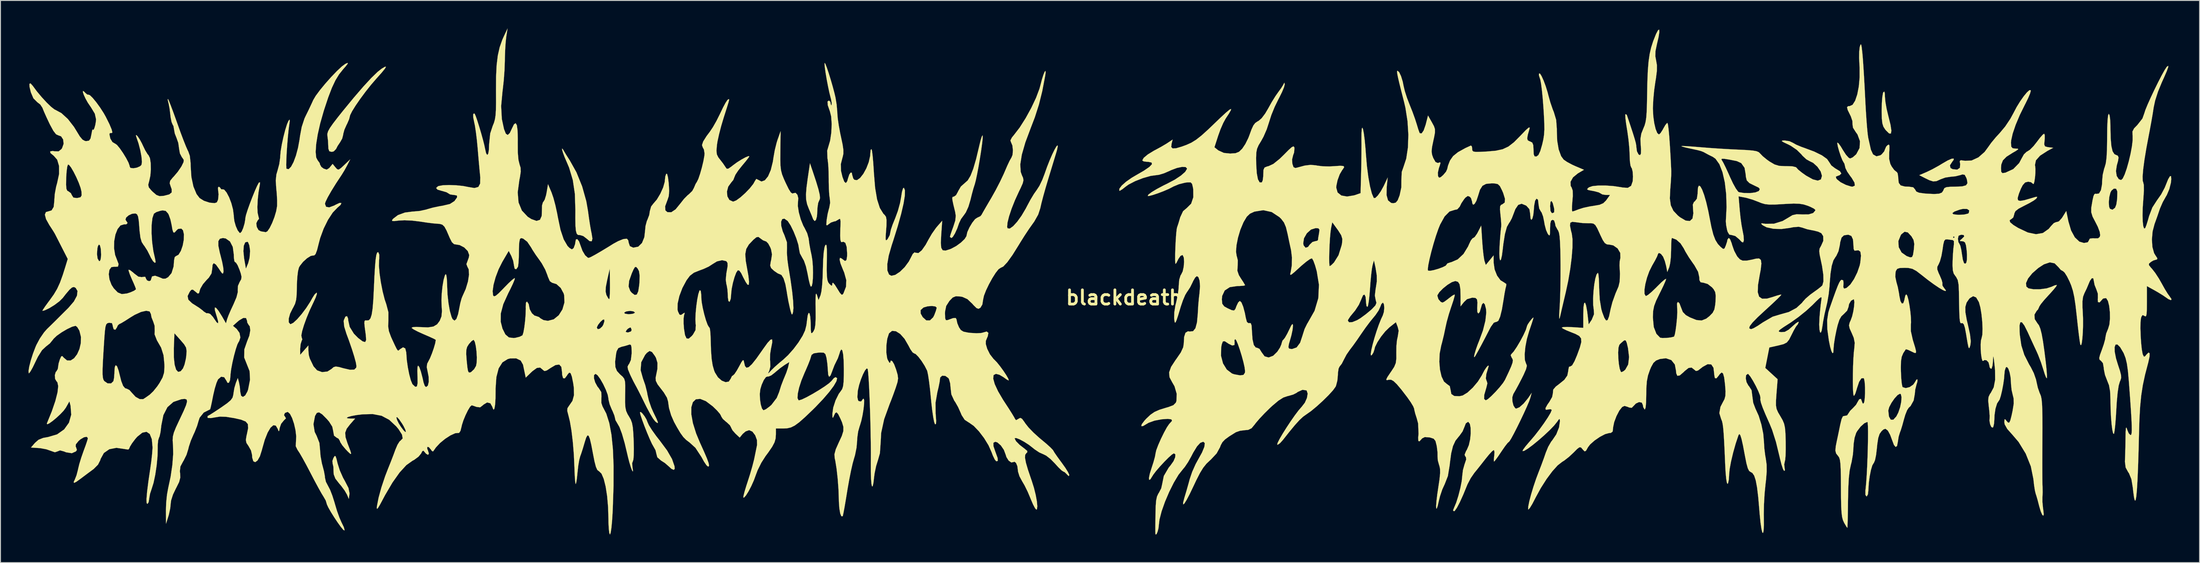
<source format=kicad_pcb>
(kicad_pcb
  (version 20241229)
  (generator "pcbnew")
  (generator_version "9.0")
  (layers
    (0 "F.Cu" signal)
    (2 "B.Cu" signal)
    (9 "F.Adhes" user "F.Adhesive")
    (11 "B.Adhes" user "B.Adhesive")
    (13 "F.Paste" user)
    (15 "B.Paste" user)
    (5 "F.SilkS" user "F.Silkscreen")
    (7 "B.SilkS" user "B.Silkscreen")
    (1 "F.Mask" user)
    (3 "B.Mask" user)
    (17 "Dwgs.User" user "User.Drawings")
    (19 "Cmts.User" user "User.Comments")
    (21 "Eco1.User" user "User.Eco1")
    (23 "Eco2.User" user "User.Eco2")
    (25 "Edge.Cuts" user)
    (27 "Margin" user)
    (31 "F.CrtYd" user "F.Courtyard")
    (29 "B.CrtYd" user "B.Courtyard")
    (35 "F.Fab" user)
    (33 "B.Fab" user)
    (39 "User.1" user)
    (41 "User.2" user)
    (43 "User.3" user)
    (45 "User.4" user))
  (footprint "blackdeath"
    (layer "F.Cu")
    (at 117.381 28.869)
    (property "Reference" "blackdeath" (at 0 0 0) (layer "F.SilkS") (effects (font (size 1.524 1.524) (thickness 0.3))))
    (attr through_hole)
    (fp_poly (pts (xy 81.515 -21.876) (xy 81.526 -21.534) (xy 81.577 -20.973) (xy 81.707 -20.235) (xy 81.884 -19.495) (xy 82.122 -18.538) (xy 82.216 -17.905) (xy 82.165 -17.595) (xy 81.97 -17.608) (xy 81.63 -17.943) (xy 81.542 -18.053) (xy 81.36 -18.337) (xy 81.25 -18.685) (xy 81.193 -19.187) (xy 81.176 -19.934) (xy 81.176 -20.14) (xy 81.195 -20.889) (xy 81.245 -21.519) (xy 81.315 -21.935) (xy 81.351 -22.025) (xy 81.461 -22.102) (xy 81.515 -21.876)) (stroke (width 0.01) (type solid)) (fill yes) (layer "F.SilkS"))
    (fp_poly (pts (xy -84.482 17) (xy -84.384 17.269) (xy -84.262 17.778) (xy -84.026 18.525) (xy -83.677 19.313) (xy -83.479 19.667) (xy -83.095 20.412) (xy -82.983 20.986) (xy -82.99 21.072) (xy -83.059 21.581) (xy -83.263 21.102) (xy -83.504 20.686) (xy -83.883 20.174) (xy -84.092 19.931) (xy -84.5 19.406) (xy -84.676 18.948) (xy -84.694 18.617) (xy -84.711 18.14) (xy -84.786 17.811) (xy -84.795 17.794) (xy -84.814 17.499) (xy -84.704 17.189) (xy -84.577 16.989) (xy -84.482 17)) (stroke (width 0.01) (type solid)) (fill yes) (layer "F.SilkS"))
    (fp_poly (pts (xy -33.359 -13.557) (xy -32.99 -12.446) (xy -32.743 -11.623) (xy -32.607 -11.046) (xy -32.573 -10.673) (xy -32.632 -10.463) (xy -32.656 -10.436) (xy -32.772 -10.151) (xy -32.846 -9.648) (xy -32.86 -9.3) (xy -32.901 -8.715) (xy -33.005 -8.337) (xy -33.146 -8.213) (xy -33.299 -8.388) (xy -33.332 -8.47) (xy -33.472 -8.828) (xy -33.689 -9.342) (xy -33.774 -9.537) (xy -33.956 -10.016) (xy -34.056 -10.498) (xy -34.077 -11.065) (xy -34.021 -11.803) (xy -33.89 -12.795) (xy -33.869 -12.935) (xy -33.65 -14.414) (xy -33.359 -13.557)) (stroke (width 0.01) (type solid)) (fill yes) (layer "F.SilkS"))
    (fp_poly (pts (xy -51.6 12.422) (xy -51.37 12.722) (xy -51.166 13.066) (xy -51.064 13.334) (xy -50.907 13.68) (xy -50.573 14.214) (xy -50.115 14.854) (xy -49.735 15.338) (xy -48.957 16.388) (xy -48.428 17.311) (xy -48.164 18.074) (xy -48.137 18.34) (xy -48.237 18.472) (xy -48.495 18.357) (xy -48.774 18.099) (xy -49.194 17.733) (xy -49.601 17.473) (xy -50.004 17.121) (xy -50.09 16.805) (xy -50.197 16.358) (xy -50.416 15.966) (xy -50.584 15.667) (xy -50.826 15.139) (xy -51.105 14.475) (xy -51.386 13.766) (xy -51.63 13.107) (xy -51.803 12.588) (xy -51.866 12.308) (xy -51.788 12.255) (xy -51.6 12.422)) (stroke (width 0.01) (type solid)) (fill yes) (layer "F.SilkS"))
    (fp_poly (pts (xy -60.1 -15.876) (xy -60.01 -15.72) (xy -59.786 -15.343) (xy -59.475 -14.855) (xy -59.398 -14.739) (xy -58.67 -13.439) (xy -58.059 -11.928) (xy -57.615 -10.346) (xy -57.437 -9.325) (xy -57.323 -8.488) (xy -57.203 -7.711) (xy -57.095 -7.11) (xy -57.049 -6.901) (xy -56.957 -6.329) (xy -57.032 -6.043) (xy -57.261 -6.06) (xy -57.553 -6.309) (xy -57.936 -6.603) (xy -58.297 -6.713) (xy -58.323 -6.71) (xy -58.512 -6.726) (xy -58.644 -6.868) (xy -58.73 -7.183) (xy -58.776 -7.719) (xy -58.79 -8.524) (xy -58.785 -9.423) (xy -58.839 -11.133) (xy -59.058 -12.609) (xy -59.455 -13.938) (xy -59.693 -14.502) (xy -59.936 -15.068) (xy -60.112 -15.542) (xy -60.208 -15.87) (xy -60.209 -16) (xy -60.1 -15.876)) (stroke (width 0.01) (type solid)) (fill yes) (layer "F.SilkS"))
    (fp_poly (pts (xy -79.188 -24.556) (xy -79.533 -24.131) (xy -80.118 -23.475) (xy -80.688 -22.813) (xy -81.276 -22.071) (xy -81.837 -21.313) (xy -82.327 -20.602) (xy -82.701 -20.001) (xy -82.916 -19.573) (xy -82.95 -19.434) (xy -83.029 -19.127) (xy -83.228 -18.668) (xy -83.305 -18.519) (xy -83.532 -18.008) (xy -83.653 -17.563) (xy -83.66 -17.478) (xy -83.766 -17.061) (xy -83.985 -16.676) (xy -84.263 -16.26) (xy -84.424 -15.942) (xy -84.674 -15.685) (xy -84.898 -15.631) (xy -85.15 -15.701) (xy -85.249 -15.976) (xy -85.259 -16.23) (xy -85.287 -16.828) (xy -85.35 -17.34) (xy -85.358 -17.572) (xy -85.28 -17.84) (xy -85.085 -18.194) (xy -84.744 -18.682) (xy -84.226 -19.356) (xy -83.707 -20.006) (xy -82.535 -21.433) (xy -81.513 -22.62) (xy -80.654 -23.552) (xy -79.97 -24.215) (xy -79.53 -24.56) (xy -79.194 -24.755) (xy -79.077 -24.759) (xy -79.188 -24.556)) (stroke (width 0.01) (type solid)) (fill yes) (layer "F.SilkS"))
    (fp_poly (pts (xy -15.14 -17.371) (xy -15.144 -17.077) (xy -15.205 -16.516) (xy -15.308 -15.771) (xy -15.441 -14.923) (xy -15.589 -14.055) (xy -15.74 -13.248) (xy -15.88 -12.585) (xy -15.995 -12.148) (xy -16.013 -12.097) (xy -16.145 -11.681) (xy -16.313 -11.062) (xy -16.455 -10.48) (xy -16.675 -9.747) (xy -16.949 -9.144) (xy -17.133 -8.881) (xy -17.465 -8.432) (xy -17.673 -7.993) (xy -17.875 -7.413) (xy -18.115 -6.888) (xy -18.342 -6.517) (xy -18.493 -6.394) (xy -18.648 -6.507) (xy -18.65 -6.528) (xy -18.591 -6.755) (xy -18.44 -7.202) (xy -18.291 -7.605) (xy -18.078 -8.27) (xy -18.029 -8.785) (xy -18.096 -9.204) (xy -18.281 -9.961) (xy -18.382 -10.439) (xy -18.403 -10.702) (xy -18.349 -10.812) (xy -18.226 -10.835) (xy -18.223 -10.835) (xy -18 -10.987) (xy -17.795 -11.358) (xy -17.775 -11.412) (xy -17.481 -11.918) (xy -17.073 -12.28) (xy -16.749 -12.568) (xy -16.447 -13.072) (xy -16.151 -13.826) (xy -15.848 -14.865) (xy -15.525 -16.222) (xy -15.519 -16.252) (xy -15.37 -16.86) (xy -15.244 -17.264) (xy -15.158 -17.403) (xy -15.14 -17.371)) (stroke (width 0.01) (type solid)) (fill yes) (layer "F.SilkS"))
    (fp_poly (pts (xy -66.189 -27.976) (xy -66.254 -27.386) (xy -66.306 -26.583) (xy -66.337 -25.709) (xy -66.341 -25.4) (xy -66.376 -24.4) (xy -66.458 -23.29) (xy -66.569 -22.282) (xy -66.591 -22.124) (xy -66.737 -20.546) (xy -66.663 -19.157) (xy -66.43 -18.073) (xy -66.236 -17.583) (xy -66.033 -17.443) (xy -65.809 -17.655) (xy -65.588 -18.124) (xy -65.36 -18.59) (xy -65.18 -18.708) (xy -65.052 -18.482) (xy -64.976 -17.917) (xy -64.954 -17.017) (xy -64.959 -16.643) (xy -64.952 -15.567) (xy -64.882 -14.762) (xy -64.768 -14.299) (xy -64.652 -13.927) (xy -64.637 -13.507) (xy -64.724 -12.917) (xy -64.787 -12.611) (xy -64.963 -11.296) (xy -64.874 -10.21) (xy -64.516 -9.338) (xy -63.884 -8.669) (xy -63.492 -8.421) (xy -62.946 -8.229) (xy -62.579 -8.343) (xy -62.391 -8.762) (xy -62.37 -9.368) (xy -62.357 -9.888) (xy -62.261 -10.224) (xy -62.215 -10.273) (xy -62.07 -10.509) (xy -61.927 -10.972) (xy -61.864 -11.282) (xy -61.716 -12.165) (xy -61.338 -11.278) (xy -61.139 -10.702) (xy -60.927 -9.908) (xy -60.735 -9.029) (xy -60.661 -8.624) (xy -60.376 -7.264) (xy -60.033 -6.243) (xy -59.629 -5.548) (xy -59.414 -5.328) (xy -59.159 -5.176) (xy -58.989 -5.297) (xy -58.96 -5.34) (xy -58.812 -5.746) (xy -58.796 -5.895) (xy -58.73 -6.235) (xy -58.578 -6.272) (xy -58.392 -6.031) (xy -58.252 -5.645) (xy -58.025 -5.021) (xy -57.737 -4.537) (xy -57.445 -4.282) (xy -57.356 -4.263) (xy -57.13 -4.354) (xy -56.662 -4.605) (xy -56.009 -4.985) (xy -55.225 -5.46) (xy -54.708 -5.783) (xy -54.182 -6.068) (xy -53.684 -6.266) (xy -53.609 -6.286) (xy -53.259 -6.319) (xy -53.114 -6.135) (xy -53.077 -5.906) (xy -52.947 -5.523) (xy -52.611 -5.371) (xy -52.552 -5.363) (xy -52.048 -5.465) (xy -51.648 -5.858) (xy -51.395 -6.481) (xy -51.327 -7.084) (xy -51.267 -7.692) (xy -51.126 -8.221) (xy -51.066 -8.348) (xy -50.869 -8.867) (xy -50.806 -9.283) (xy -50.667 -9.775) (xy -50.43 -10.082) (xy -50.057 -10.516) (xy -49.684 -11.14) (xy -49.379 -11.816) (xy -49.212 -12.406) (xy -49.199 -12.561) (xy -49.146 -13.014) (xy -49.048 -13.289) (xy -48.955 -13.26) (xy -48.864 -12.909) (xy -48.783 -12.267) (xy -48.781 -12.248) (xy -48.734 -11.45) (xy -48.778 -10.89) (xy -48.92 -10.457) (xy -48.932 -10.433) (xy -49.169 -9.788) (xy -49.138 -9.354) (xy -48.922 -9.167) (xy -48.504 -9.161) (xy -48.048 -9.467) (xy -47.53 -10.102) (xy -47.527 -10.105) (xy -47.142 -10.594) (xy -46.752 -10.988) (xy -46.621 -11.088) (xy -46.261 -11.44) (xy -46.085 -11.763) (xy -45.903 -12.192) (xy -45.766 -12.41) (xy -45.61 -12.726) (xy -45.422 -13.278) (xy -45.231 -13.952) (xy -45.068 -14.634) (xy -44.964 -15.21) (xy -44.943 -15.462) (xy -45.011 -15.883) (xy -45.133 -16.109) (xy -45.219 -16.358) (xy -45.09 -16.751) (xy -44.728 -17.326) (xy -44.376 -17.792) (xy -44.051 -18.278) (xy -43.666 -18.955) (xy -43.3 -19.687) (xy -43.26 -19.772) (xy -42.957 -20.403) (xy -42.687 -20.904) (xy -42.497 -21.188) (xy -42.465 -21.218) (xy -42.368 -21.279) (xy -42.314 -21.289) (xy -42.313 -21.193) (xy -42.378 -20.941) (xy -42.52 -20.479) (xy -42.75 -19.754) (xy -42.89 -19.316) (xy -43.157 -18.42) (xy -43.389 -17.526) (xy -43.556 -16.761) (xy -43.616 -16.377) (xy -43.667 -15.764) (xy -43.627 -15.365) (xy -43.469 -15.043) (xy -43.298 -14.823) (xy -42.964 -14.392) (xy -42.717 -14.026) (xy -42.696 -13.99) (xy -42.566 -13.82) (xy -42.388 -13.835) (xy -42.07 -14.055) (xy -41.913 -14.181) (xy -41.473 -14.505) (xy -40.989 -14.81) (xy -40.548 -15.05) (xy -40.238 -15.176) (xy -40.143 -15.157) (xy -40.25 -14.986) (xy -40.53 -14.625) (xy -40.925 -14.15) (xy -40.942 -14.13) (xy -41.344 -13.623) (xy -41.631 -13.192) (xy -41.741 -12.931) (xy -41.741 -12.93) (xy -41.864 -12.616) (xy -42.076 -12.363) (xy -42.407 -11.905) (xy -42.545 -11.374) (xy -42.501 -10.866) (xy -42.285 -10.477) (xy -41.908 -10.304) (xy -41.858 -10.302) (xy -41.543 -10.429) (xy -41.091 -10.76) (xy -40.582 -11.216) (xy -40.098 -11.72) (xy -39.72 -12.196) (xy -39.547 -12.508) (xy -39.4 -12.732) (xy -39.213 -12.641) (xy -38.846 -12.452) (xy -38.481 -12.585) (xy -38.14 -13.006) (xy -37.848 -13.681) (xy -37.626 -14.578) (xy -37.555 -15.045) (xy -37.419 -15.818) (xy -37.22 -16.619) (xy -37.111 -16.963) (xy -36.796 -17.851) (xy -36.82 -15.72) (xy -36.826 -14.804) (xy -36.808 -14.146) (xy -36.75 -13.648) (xy -36.636 -13.213) (xy -36.449 -12.741) (xy -36.249 -12.299) (xy -35.929 -11.644) (xy -35.699 -11.279) (xy -35.526 -11.161) (xy -35.424 -11.2) (xy -35.186 -11.239) (xy -34.992 -11.023) (xy -34.899 -10.654) (xy -34.929 -10.343) (xy -34.951 -9.835) (xy -34.843 -9.142) (xy -34.638 -8.394) (xy -34.368 -7.723) (xy -34.221 -7.46) (xy -33.947 -6.906) (xy -33.79 -6.344) (xy -33.78 -6.256) (xy -33.718 -5.765) (xy -33.597 -5.097) (xy -33.483 -4.569) (xy -33.393 -4.024) (xy -33.34 -3.372) (xy -33.323 -2.69) (xy -33.339 -2.054) (xy -33.386 -1.54) (xy -33.462 -1.225) (xy -33.566 -1.186) (xy -33.57 -1.19) (xy -33.659 -1.425) (xy -33.778 -1.91) (xy -33.902 -2.545) (xy -33.913 -2.609) (xy -34.081 -3.355) (xy -34.291 -3.961) (xy -34.473 -4.279) (xy -34.73 -4.753) (xy -34.814 -5.184) (xy -34.896 -5.682) (xy -35.109 -6.358) (xy -35.401 -7.087) (xy -35.721 -7.742) (xy -36.018 -8.196) (xy -36.054 -8.237) (xy -36.393 -8.473) (xy -36.625 -8.423) (xy -36.74 -8.141) (xy -36.725 -7.683) (xy -36.567 -7.105) (xy -36.393 -6.712) (xy -36.118 -5.937) (xy -36.109 -5.309) (xy -36.121 -4.804) (xy -36.07 -4.096) (xy -35.967 -3.329) (xy -35.953 -3.253) (xy -35.723 -1.851) (xy -35.554 -0.625) (xy -35.452 0.383) (xy -35.422 1.127) (xy -35.459 1.538) (xy -35.536 1.788) (xy -35.607 1.789) (xy -35.704 1.505) (xy -35.797 1.142) (xy -35.961 0.393) (xy -36.102 -0.407) (xy -36.133 -0.622) (xy -36.284 -1.449) (xy -36.48 -2.07) (xy -36.701 -2.428) (xy -36.834 -2.493) (xy -37.097 -2.602) (xy -37.473 -2.859) (xy -37.515 -2.893) (xy -37.813 -3.173) (xy -37.912 -3.442) (xy -37.851 -3.853) (xy -37.811 -4.013) (xy -37.718 -4.633) (xy -37.819 -5.182) (xy -37.899 -5.389) (xy -38.121 -5.802) (xy -38.339 -6.026) (xy -38.388 -6.039) (xy -38.678 -6.149) (xy -38.932 -6.335) (xy -39.173 -6.512) (xy -39.383 -6.481) (xy -39.698 -6.22) (xy -39.717 -6.202) (xy -40.198 -5.697) (xy -40.478 -5.219) (xy -40.581 -4.668) (xy -40.531 -3.949) (xy -40.411 -3.268) (xy -40.244 -2.327) (xy -40.177 -1.695) (xy -40.208 -1.378) (xy -40.337 -1.388) (xy -40.541 -1.687) (xy -40.808 -2.193) (xy -41.021 -2.631) (xy -41.218 -2.9) (xy -41.381 -2.934) (xy -41.551 -2.683) (xy -41.737 -2.191) (xy -41.911 -1.567) (xy -42.041 -0.924) (xy -42.096 -0.37) (xy -42.097 -0.333) (xy -42.14 0.129) (xy -42.246 0.419) (xy -42.274 0.444) (xy -42.387 0.36) (xy -42.446 -0.025) (xy -42.452 -0.244) (xy -42.487 -0.837) (xy -42.573 -1.343) (xy -42.608 -1.454) (xy -42.67 -1.929) (xy -42.607 -2.61) (xy -42.571 -2.808) (xy -42.472 -3.381) (xy -42.477 -3.709) (xy -42.593 -3.889) (xy -42.636 -3.92) (xy -43.07 -4.015) (xy -43.612 -3.888) (xy -44.125 -3.574) (xy -44.139 -3.562) (xy -44.509 -3.325) (xy -45.069 -3.069) (xy -45.443 -2.933) (xy -46.08 -2.678) (xy -46.513 -2.349) (xy -46.875 -1.864) (xy -47.319 -1.036) (xy -47.645 -0.172) (xy -47.828 0.632) (xy -47.842 1.282) (xy -47.791 1.485) (xy -47.631 1.819) (xy -47.467 1.863) (xy -47.3 1.751) (xy -47.09 1.607) (xy -47.091 1.737) (xy -47.135 1.861) (xy -47.187 2.219) (xy -47.187 2.792) (xy -47.148 3.326) (xy -47.037 4.019) (xy -46.874 4.373) (xy -46.64 4.399) (xy -46.312 4.113) (xy -46.179 3.953) (xy -45.911 3.48) (xy -45.88 2.95) (xy -45.9 2.811) (xy -45.926 2.329) (xy -45.898 1.669) (xy -45.829 0.932) (xy -45.73 0.217) (xy -45.614 -0.373) (xy -45.493 -0.74) (xy -45.458 -0.79) (xy -45.359 -0.741) (xy -45.303 -0.378) (xy -45.294 -0.039) (xy -45.251 0.469) (xy -45.137 1.108) (xy -44.978 1.788) (xy -44.797 2.419) (xy -44.618 2.911) (xy -44.465 3.175) (xy -44.422 3.197) (xy -44.365 3.36) (xy -44.317 3.79) (xy -44.289 4.398) (xy -44.287 4.485) (xy -44.251 5.671) (xy -44.183 6.574) (xy -44.075 7.264) (xy -43.918 7.814) (xy -43.834 8.023) (xy -43.508 8.545) (xy -43.101 8.903) (xy -42.688 9.064) (xy -42.344 9.001) (xy -42.148 8.703) (xy -42.009 8.416) (xy -41.901 8.348) (xy -41.743 8.203) (xy -41.492 7.827) (xy -41.262 7.416) (xy -40.992 6.917) (xy -40.835 6.704) (xy -40.752 6.74) (xy -40.711 6.927) (xy -40.613 7.335) (xy -40.455 7.517) (xy -40.215 7.455) (xy -39.869 7.136) (xy -39.396 6.542) (xy -38.772 5.658) (xy -38.672 5.512) (xy -38.196 4.852) (xy -37.876 4.508) (xy -37.708 4.478) (xy -37.685 4.764) (xy -37.802 5.364) (xy -37.821 5.441) (xy -37.923 6.075) (xy -37.931 6.683) (xy -37.912 6.832) (xy -37.896 7.394) (xy -38.011 7.841) (xy -38.134 8.101) (xy -38.095 8.11) (xy -37.859 7.862) (xy -37.805 7.802) (xy -37.431 7.436) (xy -36.91 6.978) (xy -36.532 6.668) (xy -35.998 6.171) (xy -35.41 5.507) (xy -34.891 4.815) (xy -34.873 4.788) (xy -34.436 4.086) (xy -34.173 3.52) (xy -34.03 2.953) (xy -33.973 2.49) (xy -33.891 1.894) (xy -33.793 1.634) (xy -33.696 1.692) (xy -33.617 2.05) (xy -33.572 2.691) (xy -33.568 2.931) (xy -33.556 3.508) (xy -33.52 3.783) (xy -33.437 3.809) (xy -33.288 3.641) (xy -33.15 3.354) (xy -33.07 2.893) (xy -33.04 2.188) (xy -33.043 1.599) (xy -33.046 1.341) (xy -21.799 1.341) (xy -21.789 1.705) (xy -21.571 2.092) (xy -21.187 2.439) (xy -20.799 2.444) (xy -20.453 2.114) (xy -20.329 1.871) (xy -20.159 1.42) (xy -20.074 1.103) (xy -20.071 1.071) (xy -20.222 0.941) (xy -20.59 0.894) (xy -21.044 0.929) (xy -21.456 1.048) (xy -21.504 1.072) (xy -21.799 1.341) (xy -33.046 1.341) (xy -33.054 0.636) (xy -33.049 -0.002) (xy -33.024 -0.348) (xy -32.976 -0.433) (xy -32.903 -0.289) (xy -32.867 -0.178) (xy -32.732 0.266) (xy -32.515 -0.266) (xy -32.423 -0.667) (xy -32.346 -1.341) (xy -32.291 -2.203) (xy -32.268 -3.02) (xy -32.236 -4.061) (xy -32.174 -4.878) (xy -32.087 -5.42) (xy -32.023 -5.595) (xy -31.932 -5.689) (xy -31.873 -5.584) (xy -31.842 -5.239) (xy -31.835 -4.614) (xy -31.844 -3.868) (xy -31.853 -2.948) (xy -31.836 -2.315) (xy -31.785 -1.901) (xy -31.694 -1.639) (xy -31.571 -1.477) (xy -31.341 -1.271) (xy -31.266 -1.336) (xy -31.259 -1.516) (xy -31.187 -1.605) (xy -30.98 -1.372) (xy -30.745 -0.997) (xy -30.45 -0.52) (xy -30.266 -0.315) (xy -30.14 -0.339) (xy -30.058 -0.465) (xy -29.785 -1.176) (xy -29.758 -1.879) (xy -29.979 -2.683) (xy -30.12 -3.017) (xy -30.374 -3.656) (xy -30.476 -4.086) (xy -30.428 -4.273) (xy -30.226 -4.182) (xy -30.157 -4.118) (xy -29.893 -3.928) (xy -29.738 -4.026) (xy -29.672 -4.437) (xy -29.666 -4.751) (xy -29.718 -5.45) (xy -29.86 -5.878) (xy -30.078 -6.001) (xy -30.176 -5.963) (xy -30.308 -5.958) (xy -30.385 -6.172) (xy -30.412 -6.647) (xy -30.394 -7.424) (xy -30.385 -7.638) (xy -30.373 -8.185) (xy -30.413 -8.434) (xy -30.517 -8.438) (xy -30.57 -8.393) (xy -30.907 -8.198) (xy -31.061 -8.171) (xy -31.393 -8.059) (xy -31.632 -7.89) (xy -31.82 -7.745) (xy -31.894 -7.807) (xy -31.88 -8.136) (xy -31.854 -8.379) (xy -31.754 -8.989) (xy -31.616 -9.535) (xy -31.582 -9.633) (xy -31.487 -10.175) (xy -31.525 -10.609) (xy -31.581 -11.009) (xy -31.622 -11.649) (xy -31.64 -12.413) (xy -31.64 -12.7) (xy -31.652 -13.507) (xy -31.692 -14.255) (xy -31.753 -14.819) (xy -31.777 -14.941) (xy -31.806 -15.759) (xy -31.699 -16.12) (xy -31.489 -16.835) (xy -31.361 -17.711) (xy -31.322 -18.619) (xy -31.377 -19.431) (xy -31.51 -19.968) (xy -31.745 -20.642) (xy -31.768 -21.03) (xy -31.617 -21.137) (xy -31.464 -20.991) (xy -31.439 -20.841) (xy -31.392 -20.639) (xy -31.337 -20.647) (xy -31.317 -20.866) (xy -31.393 -21.287) (xy -31.431 -21.431) (xy -31.569 -21.978) (xy -31.715 -22.664) (xy -31.856 -23.404) (xy -31.975 -24.11) (xy -32.058 -24.697) (xy -32.09 -25.079) (xy -32.077 -25.176) (xy -31.995 -25.058) (xy -31.844 -24.671) (xy -31.648 -24.09) (xy -31.431 -23.39) (xy -31.216 -22.645) (xy -31.026 -21.93) (xy -30.915 -21.46) (xy -30.795 -20.726) (xy -30.724 -19.944) (xy -30.719 -19.772) (xy -30.672 -19.206) (xy -30.559 -18.431) (xy -30.401 -17.583) (xy -30.331 -17.26) (xy -30.155 -16.427) (xy -30.07 -15.846) (xy -30.07 -15.427) (xy -30.147 -15.08) (xy -30.165 -15.027) (xy -30.346 -14.308) (xy -30.325 -13.599) (xy -30.168 -12.943) (xy -29.976 -12.437) (xy -29.807 -12.285) (xy -29.658 -12.486) (xy -29.575 -12.787) (xy -29.438 -13.201) (xy -29.282 -13.417) (xy -29.163 -13.387) (xy -29.13 -13.176) (xy -29.016 -12.787) (xy -28.894 -12.636) (xy -28.613 -12.597) (xy -28.279 -12.833) (xy -27.931 -13.278) (xy -27.609 -13.865) (xy -27.353 -14.526) (xy -27.202 -15.196) (xy -27.179 -15.527) (xy -27.141 -15.852) (xy -27.055 -15.924) (xy -27.051 -15.92) (xy -26.997 -15.706) (xy -26.935 -15.205) (xy -26.871 -14.486) (xy -26.813 -13.616) (xy -26.797 -13.333) (xy -26.668 -11.77) (xy -26.46 -10.537) (xy -26.166 -9.619) (xy -25.785 -9) (xy -25.635 -8.855) (xy -25.502 -8.66) (xy -25.444 -8.313) (xy -25.454 -7.734) (xy -25.486 -7.295) (xy -25.536 -6.626) (xy -25.542 -6.258) (xy -25.495 -6.138) (xy -25.387 -6.215) (xy -25.321 -6.295) (xy -25.102 -6.699) (xy -25.045 -6.976) (xy -24.976 -7.3) (xy -24.795 -7.833) (xy -24.54 -8.463) (xy -24.525 -8.496) (xy -24.232 -9.291) (xy -23.994 -10.158) (xy -23.881 -10.787) (xy -23.793 -11.343) (xy -23.686 -11.703) (xy -23.591 -11.791) (xy -23.474 -11.518) (xy -23.486 -10.942) (xy -23.623 -10.09) (xy -23.878 -8.987) (xy -24.246 -7.66) (xy -24.722 -6.135) (xy -24.891 -5.622) (xy -25.211 -4.512) (xy -25.366 -3.597) (xy -25.356 -2.909) (xy -25.18 -2.479) (xy -24.929 -2.343) (xy -24.512 -2.439) (xy -24.007 -2.774) (xy -23.496 -3.276) (xy -23.058 -3.873) (xy -22.871 -4.229) (xy -22.633 -4.693) (xy -22.445 -4.858) (xy -22.307 -4.809) (xy -22.028 -4.783) (xy -21.671 -5.074) (xy -21.258 -5.661) (xy -20.956 -6.217) (xy -20.588 -6.851) (xy -20.153 -7.469) (xy -20.018 -7.633) (xy -19.48 -8.249) (xy -19.588 -6.716) (xy -19.628 -5.874) (xy -19.585 -5.343) (xy -19.429 -5.08) (xy -19.128 -5.043) (xy -18.652 -5.192) (xy -18.507 -5.251) (xy -17.983 -5.532) (xy -17.475 -5.904) (xy -17.077 -6.286) (xy -16.882 -6.599) (xy -16.876 -6.65) (xy -16.787 -7.037) (xy -16.56 -7.535) (xy -16.264 -8.031) (xy -15.964 -8.412) (xy -15.744 -8.563) (xy -15.39 -8.732) (xy -15.267 -8.881) (xy -15.123 -9.142) (xy -14.844 -9.628) (xy -14.476 -10.259) (xy -14.225 -10.683) (xy -13.751 -11.53) (xy -13.276 -12.45) (xy -12.882 -13.283) (xy -12.779 -13.524) (xy -12.503 -14.162) (xy -12.26 -14.676) (xy -12.093 -14.972) (xy -12.071 -14.999) (xy -11.942 -15.318) (xy -11.906 -15.81) (xy -11.959 -16.308) (xy -12.097 -16.644) (xy -12.105 -16.652) (xy -12.175 -16.86) (xy -12.011 -17.177) (xy -11.792 -17.445) (xy -11.178 -18.245) (xy -10.541 -19.248) (xy -9.939 -20.345) (xy -9.427 -21.429) (xy -9.064 -22.394) (xy -8.97 -22.736) (xy -8.8 -23.391) (xy -8.638 -23.9) (xy -8.504 -24.223) (xy -8.418 -24.318) (xy -8.4 -24.146) (xy -8.447 -23.796) (xy -8.763 -22.141) (xy -9.12 -20.702) (xy -9.557 -19.34) (xy -9.982 -18.23) (xy -10.574 -16.648) (xy -10.951 -15.338) (xy -11.117 -14.29) (xy -11.072 -13.494) (xy -10.952 -13.148) (xy -10.815 -12.84) (xy -10.778 -12.574) (xy -10.857 -12.251) (xy -11.071 -11.767) (xy -11.252 -11.396) (xy -11.683 -10.455) (xy -12.046 -9.541) (xy -12.319 -8.717) (xy -12.486 -8.043) (xy -12.525 -7.584) (xy -12.471 -7.427) (xy -12.232 -7.411) (xy -11.876 -7.666) (xy -11.445 -8.142) (xy -10.979 -8.791) (xy -10.521 -9.567) (xy -10.388 -9.825) (xy -10.027 -10.498) (xy -9.657 -11.114) (xy -9.355 -11.542) (xy -9.348 -11.551) (xy -9.066 -11.99) (xy -8.76 -12.626) (xy -8.518 -13.256) (xy -8.245 -14.027) (xy -7.962 -14.744) (xy -7.69 -15.368) (xy -7.448 -15.866) (xy -7.255 -16.201) (xy -7.132 -16.336) (xy -7.098 -16.235) (xy -7.174 -15.863) (xy -7.266 -15.541) (xy -7.377 -15.175) (xy -7.566 -14.551) (xy -7.809 -13.751) (xy -8.082 -12.856) (xy -8.132 -12.689) (xy -8.408 -11.759) (xy -8.654 -10.882) (xy -8.846 -10.148) (xy -8.96 -9.649) (xy -8.968 -9.603) (xy -9.196 -8.908) (xy -9.622 -8.153) (xy -9.761 -7.961) (xy -10.169 -7.386) (xy -10.662 -6.641) (xy -11.149 -5.864) (xy -11.265 -5.671) (xy -11.947 -4.578) (xy -12.507 -3.798) (xy -12.94 -3.336) (xy -13.223 -3.197) (xy -13.447 -3.046) (xy -13.76 -2.648) (xy -14.117 -2.083) (xy -14.474 -1.433) (xy -14.786 -0.781) (xy -15.009 -0.206) (xy -15.098 0.209) (xy -15.098 0.22) (xy -15.182 0.742) (xy -15.388 1.085) (xy -15.59 1.195) (xy -15.803 1.12) (xy -16.112 0.819) (xy -16.263 0.647) (xy -16.779 0.159) (xy -17.309 -0.08) (xy -17.54 -0.123) (xy -18.021 -0.149) (xy -18.353 -0.014) (xy -18.706 0.348) (xy -18.707 0.35) (xy -19.052 0.888) (xy -19.178 1.502) (xy -19.183 1.72) (xy -19.165 2.208) (xy -19.089 2.415) (xy -18.921 2.415) (xy -18.872 2.397) (xy -18.333 2.202) (xy -18.044 2.179) (xy -17.943 2.329) (xy -17.94 2.386) (xy -17.861 2.751) (xy -17.682 3.18) (xy -17.485 3.475) (xy -17.206 3.646) (xy -16.735 3.745) (xy -16.409 3.783) (xy -15.802 3.817) (xy -15.313 3.793) (xy -15.112 3.744) (xy -14.711 3.632) (xy -14.532 3.784) (xy -14.606 4.164) (xy -14.654 4.263) (xy -14.806 4.635) (xy -14.808 4.987) (xy -14.66 5.489) (xy -14.656 5.499) (xy -14.368 6.075) (xy -13.982 6.573) (xy -13.895 6.654) (xy -13.615 6.943) (xy -13.273 7.368) (xy -12.921 7.853) (xy -12.614 8.317) (xy -12.405 8.683) (xy -12.35 8.871) (xy -12.368 8.881) (xy -12.562 8.782) (xy -12.897 8.543) (xy -12.918 8.526) (xy -13.346 8.273) (xy -13.724 8.171) (xy -13.977 8.304) (xy -14.017 8.681) (xy -13.854 9.272) (xy -13.496 10.044) (xy -12.954 10.966) (xy -12.801 11.2) (xy -12.363 11.871) (xy -11.999 12.447) (xy -11.756 12.854) (xy -11.681 13.003) (xy -11.567 13.142) (xy -11.338 13.014) (xy -11.318 12.998) (xy -11.12 12.894) (xy -10.93 12.99) (xy -10.671 13.338) (xy -10.584 13.474) (xy -10.232 13.922) (xy -9.694 14.478) (xy -9.073 15.041) (xy -8.903 15.182) (xy -8.342 15.65) (xy -7.894 16.054) (xy -7.628 16.33) (xy -7.587 16.392) (xy -7.445 16.631) (xy -7.146 17.064) (xy -6.751 17.606) (xy -6.682 17.698) (xy -6.289 18.25) (xy -6.001 18.715) (xy -5.87 19.004) (xy -5.867 19.03) (xy -5.93 19.141) (xy -6.109 18.961) (xy -6.362 18.712) (xy -6.503 18.65) (xy -6.692 18.525) (xy -7.03 18.199) (xy -7.407 17.784) (xy -7.877 17.306) (xy -8.342 16.943) (xy -8.641 16.795) (xy -9.085 16.598) (xy -9.589 16.261) (xy -9.72 16.153) (xy -10.186 15.789) (xy -10.699 15.457) (xy -11.179 15.198) (xy -11.546 15.056) (xy -11.719 15.072) (xy -11.723 15.094) (xy -11.579 15.386) (xy -11.192 15.783) (xy -10.653 16.2) (xy -10.371 16.435) (xy -10.373 16.596) (xy -10.468 16.675) (xy -10.592 16.854) (xy -10.608 17.185) (xy -10.51 17.711) (xy -10.287 18.474) (xy -9.934 19.516) (xy -9.894 19.627) (xy -9.652 20.395) (xy -9.463 21.159) (xy -9.338 21.845) (xy -9.29 22.379) (xy -9.33 22.688) (xy -9.392 22.736) (xy -9.533 22.582) (xy -9.748 22.177) (xy -9.993 21.604) (xy -10.02 21.534) (xy -10.321 20.818) (xy -10.656 20.137) (xy -10.923 19.679) (xy -11.204 19.155) (xy -11.36 18.649) (xy -11.371 18.527) (xy -11.43 18.069) (xy -11.572 17.724) (xy -11.745 17.59) (xy -11.826 17.628) (xy -12.076 17.678) (xy -12.364 17.474) (xy -12.601 17.097) (xy -12.679 16.845) (xy -12.875 16.322) (xy -13.2 15.847) (xy -13.567 15.526) (xy -13.797 15.453) (xy -13.997 15.567) (xy -13.991 15.924) (xy -13.78 16.546) (xy -13.766 16.58) (xy -13.548 17.185) (xy -13.523 17.505) (xy -13.689 17.551) (xy -13.691 17.55) (xy -13.85 17.359) (xy -14.056 16.934) (xy -14.192 16.572) (xy -14.52 15.835) (xy -14.995 15.06) (xy -15.546 14.336) (xy -16.104 13.754) (xy -16.601 13.403) (xy -16.633 13.388) (xy -17.073 13.1) (xy -17.396 12.604) (xy -17.509 12.336) (xy -17.778 11.736) (xy -18.084 11.198) (xy -18.19 11.05) (xy -18.5 10.379) (xy -18.575 9.74) (xy -18.631 9.177) (xy -18.755 8.737) (xy -18.82 8.624) (xy -19.152 8.387) (xy -19.484 8.369) (xy -19.694 8.559) (xy -19.716 8.689) (xy -19.759 9.035) (xy -19.87 9.593) (xy -20.004 10.154) (xy -20.196 11.266) (xy -20.184 12.429) (xy -20.177 12.518) (xy -20.129 13.176) (xy -20.143 13.521) (xy -20.221 13.59) (xy -20.261 13.558) (xy -20.347 13.317) (xy -20.449 12.791) (xy -20.555 12.049) (xy -20.655 11.161) (xy -20.688 10.809) (xy -20.782 9.858) (xy -20.887 9.002) (xy -20.989 8.319) (xy -21.079 7.888) (xy -21.104 7.815) (xy -21.365 7.304) (xy -21.699 6.781) (xy -22.042 6.332) (xy -22.331 6.042) (xy -22.481 5.982) (xy -22.653 5.871) (xy -22.899 5.517) (xy -23.097 5.138) (xy -23.517 4.414) (xy -23.982 3.891) (xy -24.445 3.598) (xy -24.856 3.563) (xy -25.168 3.817) (xy -25.194 3.863) (xy -25.371 4.416) (xy -25.465 5.141) (xy -25.47 5.887) (xy -25.379 6.501) (xy -25.321 6.661) (xy -25.155 6.956) (xy -25.064 6.998) (xy -25.059 6.972) (xy -24.984 6.741) (xy -24.832 6.811) (xy -24.633 7.146) (xy -24.42 7.71) (xy -24.42 7.711) (xy -24.261 8.258) (xy -24.209 8.658) (xy -24.27 9.063) (xy -24.449 9.627) (xy -24.484 9.73) (xy -24.727 10.409) (xy -24.968 11.049) (xy -25.105 11.388) (xy -25.702 13.035) (xy -26.02 14.5) (xy -26.072 15.453) (xy -26.154 16.678) (xy -26.359 17.407) (xy -26.564 18.066) (xy -26.725 18.845) (xy -26.775 19.228) (xy -26.854 19.892) (xy -26.931 20.224) (xy -27.002 20.244) (xy -27.063 19.975) (xy -27.107 19.439) (xy -27.131 18.656) (xy -27.131 17.651) (xy -27.129 17.54) (xy -27.124 16.624) (xy -27.133 15.541) (xy -27.153 14.348) (xy -27.183 13.101) (xy -27.221 11.858) (xy -27.265 10.675) (xy -27.313 9.608) (xy -27.362 8.715) (xy -27.412 8.052) (xy -27.46 7.675) (xy -27.469 7.638) (xy -27.58 7.593) (xy -27.758 7.815) (xy -27.973 8.231) (xy -28.191 8.767) (xy -28.38 9.351) (xy -28.509 9.908) (xy -28.53 10.056) (xy -28.57 10.674) (xy -28.496 11.016) (xy -28.407 11.109) (xy -28.167 11.132) (xy -28.104 11.044) (xy -27.952 10.847) (xy -27.904 10.835) (xy -27.843 10.992) (xy -27.851 11.402) (xy -27.913 11.972) (xy -28.017 12.608) (xy -28.149 13.216) (xy -28.295 13.705) (xy -28.322 13.772) (xy -28.488 14.356) (xy -28.586 15.066) (xy -28.597 15.358) (xy -28.661 16.091) (xy -28.823 16.895) (xy -28.927 17.246) (xy -29.076 17.778) (xy -29.255 18.565) (xy -29.443 19.512) (xy -29.622 20.522) (xy -29.664 20.782) (xy -29.813 21.696) (xy -29.947 22.479) (xy -30.056 23.067) (xy -30.127 23.395) (xy -30.144 23.441) (xy -30.286 23.445) (xy -30.409 23.146) (xy -30.502 22.598) (xy -30.554 21.853) (xy -30.559 21.581) (xy -30.596 20.533) (xy -30.679 19.421) (xy -30.796 18.366) (xy -30.936 17.49) (xy -31.004 17.18) (xy -31.024 16.779) (xy -30.885 16.261) (xy -30.573 15.559) (xy -30.239 14.839) (xy -30.074 14.312) (xy -30.068 13.862) (xy -30.212 13.374) (xy -30.369 13.011) (xy -30.622 12.498) (xy -30.8 12.295) (xy -30.947 12.381) (xy -31.078 12.656) (xy -31.187 12.89) (xy -31.235 12.829) (xy -31.25 12.482) (xy -31.16 11.797) (xy -30.909 11.018) (xy -30.563 10.319) (xy -30.346 10.024) (xy -30.198 9.807) (xy -30.102 9.504) (xy -30.047 9.042) (xy -30.022 8.349) (xy -30.018 7.681) (xy -30.039 6.754) (xy -30.095 6.073) (xy -30.181 5.663) (xy -30.291 5.547) (xy -30.416 5.75) (xy -30.485 5.987) (xy -30.657 6.495) (xy -30.826 6.838) (xy -31.026 7.246) (xy -31.23 7.781) (xy -31.256 7.86) (xy -31.447 8.352) (xy -31.595 8.493) (xy -31.693 8.282) (xy -31.735 7.771) (xy -31.781 7.126) (xy -31.868 6.515) (xy -31.885 6.43) (xy -31.993 6.059) (xy -32.175 5.902) (xy -32.549 5.884) (xy -32.747 5.897) (xy -33.243 5.973) (xy -33.478 6.139) (xy -33.533 6.306) (xy -33.63 6.626) (xy -33.84 7.167) (xy -34.123 7.828) (xy -34.224 8.051) (xy -34.568 8.885) (xy -34.817 9.659) (xy -34.959 10.312) (xy -34.982 10.78) (xy -34.872 11.003) (xy -34.823 11.013) (xy -34.515 10.919) (xy -34.001 10.673) (xy -33.368 10.325) (xy -32.7 9.927) (xy -32.084 9.529) (xy -31.604 9.182) (xy -31.346 8.938) (xy -31.344 8.935) (xy -31.089 8.633) (xy -30.902 8.526) (xy -30.74 8.641) (xy -30.815 8.966) (xy -31.106 9.469) (xy -31.59 10.117) (xy -32.245 10.879) (xy -33.047 11.723) (xy -33.407 12.078) (xy -34.198 12.833) (xy -34.803 13.367) (xy -35.282 13.717) (xy -35.692 13.919) (xy -36.091 14.012) (xy -36.485 14.032) (xy -37.301 14.032) (xy -37.301 14.666) (xy -37.331 15.109) (xy -37.449 15.521) (xy -37.695 15.988) (xy -38.109 16.593) (xy -38.412 17.001) (xy -38.86 17.703) (xy -39.259 18.509) (xy -39.441 18.991) (xy -39.661 19.592) (xy -39.939 20.214) (xy -40.235 20.779) (xy -40.507 21.213) (xy -40.712 21.438) (xy -40.785 21.442) (xy -40.769 21.248) (xy -40.656 20.798) (xy -40.466 20.169) (xy -40.339 19.782) (xy -40.072 18.944) (xy -39.827 18.1) (xy -39.646 17.397) (xy -39.61 17.229) (xy -39.479 16.589) (xy -39.364 16.022) (xy -39.316 15.787) (xy -39.328 15.273) (xy -39.516 14.76) (xy -39.816 14.366) (xy -40.163 14.21) (xy -40.54 14.341) (xy -40.854 14.609) (xy -41.178 15.009) (xy -41.637 14.578) (xy -41.946 14.231) (xy -42.094 13.949) (xy -42.097 13.924) (xy -42.23 13.682) (xy -42.557 13.375) (xy -42.629 13.322) (xy -42.981 13.012) (xy -43.157 12.74) (xy -43.162 12.704) (xy -43.286 12.473) (xy -43.612 12.095) (xy -44.069 11.651) (xy -44.07 11.651) (xy -44.803 11.098) (xy -45.408 10.856) (xy -45.874 10.9) (xy -46.195 11.206) (xy -46.36 11.75) (xy -46.363 12.508) (xy -46.193 13.456) (xy -45.844 14.57) (xy -45.44 15.542) (xy -44.995 16.527) (xy -44.693 17.233) (xy -44.52 17.704) (xy -44.461 17.979) (xy -44.503 18.101) (xy -44.569 18.117) (xy -44.739 17.971) (xy -45 17.587) (xy -45.276 17.086) (xy -45.923 16.101) (xy -46.536 15.543) (xy -46.911 15.258) (xy -47.224 14.942) (xy -47.532 14.516) (xy -47.896 13.904) (xy -48.215 13.322) (xy -48.524 12.613) (xy -48.752 11.841) (xy -48.846 11.182) (xy -48.846 11.153) (xy -48.97 10.73) (xy -49.217 10.318) (xy -39.025 10.318) (xy -39.004 10.899) (xy -38.922 11.457) (xy -38.795 11.885) (xy -38.64 12.076) (xy -38.623 12.078) (xy -38.365 11.964) (xy -37.976 11.675) (xy -37.777 11.499) (xy -37.208 10.754) (xy -36.952 10.122) (xy -36.738 9.435) (xy -36.473 8.744) (xy -36.416 8.615) (xy -36.181 8.043) (xy -36.005 7.512) (xy -35.979 7.408) (xy -35.869 6.912) (xy -36.363 7.218) (xy -36.823 7.546) (xy -37.328 7.963) (xy -37.419 8.045) (xy -37.801 8.339) (xy -38.097 8.463) (xy -38.166 8.451) (xy -38.361 8.512) (xy -38.596 8.835) (xy -38.824 9.342) (xy -38.968 9.821) (xy -39.025 10.318) (xy -49.217 10.318) (xy -49.306 10.17) (xy -49.565 9.833) (xy -49.978 9.295) (xy -50.17 8.908) (xy -50.185 8.582) (xy -50.173 8.526) (xy -49.998 7.65) (xy -49.988 6.994) (xy -50.146 6.462) (xy -50.257 6.261) (xy -50.572 5.831) (xy -50.833 5.719) (xy -51.122 5.918) (xy -51.315 6.146) (xy -51.726 6.922) (xy -51.794 7.776) (xy -51.547 8.662) (xy -51.296 9.379) (xy -51.102 10.158) (xy -51.063 10.391) (xy -50.908 11.052) (xy -50.642 11.817) (xy -50.425 12.306) (xy -50.108 12.958) (xy -49.954 13.331) (xy -49.957 13.457) (xy -50.112 13.369) (xy -50.239 13.258) (xy -50.458 12.973) (xy -50.772 12.453) (xy -51.131 11.788) (xy -51.32 11.41) (xy -51.677 10.684) (xy -52.005 10.033) (xy -52.254 9.556) (xy -52.333 9.414) (xy -52.568 8.974) (xy -52.848 8.4) (xy -52.944 8.19) (xy -53.146 7.701) (xy -53.193 7.408) (xy -53.095 7.192) (xy -53.025 7.11) (xy -52.836 6.69) (xy -52.756 6.005) (xy -52.754 5.873) (xy -52.768 5.332) (xy -52.829 5.074) (xy -52.964 5.025) (xy -53.065 5.056) (xy -53.482 5.185) (xy -53.844 5.27) (xy -54.183 5.414) (xy -54.361 5.741) (xy -54.419 6.013) (xy -54.524 6.847) (xy -54.502 7.434) (xy -54.333 7.864) (xy -54.001 8.229) (xy -53.974 8.252) (xy -53.715 8.481) (xy -53.554 8.696) (xy -53.469 8.983) (xy -53.44 9.428) (xy -53.446 10.116) (xy -53.451 10.388) (xy -53.458 11.199) (xy -53.428 11.756) (xy -53.344 12.156) (xy -53.19 12.5) (xy -53.047 12.733) (xy -52.85 13.078) (xy -52.716 13.444) (xy -52.629 13.916) (xy -52.573 14.581) (xy -52.535 15.417) (xy -52.518 16.225) (xy -52.53 16.896) (xy -52.566 17.354) (xy -52.617 17.521) (xy -52.696 17.745) (xy -52.672 18.153) (xy -52.668 18.179) (xy -52.612 18.559) (xy -52.637 18.649) (xy -52.723 18.497) (xy -52.851 18.153) (xy -53 17.665) (xy -53.15 17.085) (xy -53.201 16.863) (xy -53.5 15.606) (xy -53.791 14.598) (xy -54.062 13.874) (xy -54.286 13.485) (xy -54.49 13.135) (xy -54.53 12.946) (xy -54.607 12.634) (xy -54.799 12.166) (xy -54.885 11.99) (xy -55.111 11.441) (xy -55.233 10.933) (xy -55.241 10.822) (xy -55.32 10.41) (xy -55.524 9.862) (xy -55.805 9.269) (xy -56.114 8.728) (xy -56.402 8.33) (xy -56.62 8.171) (xy -56.625 8.171) (xy -56.786 8.307) (xy -56.792 8.647) (xy -56.663 9.089) (xy -56.424 9.53) (xy -56.279 9.709) (xy -56.012 10.124) (xy -55.988 10.631) (xy -56.001 10.72) (xy -56.006 11.278) (xy -55.878 11.66) (xy -55.473 12.435) (xy -55.153 13.443) (xy -54.918 14.702) (xy -54.764 16.229) (xy -54.69 18.045) (xy -54.695 20.167) (xy -54.776 22.614) (xy -54.801 23.135) (xy -54.856 23.985) (xy -54.924 24.69) (xy -54.997 25.182) (xy -55.068 25.396) (xy -55.077 25.4) (xy -55.149 25.235) (xy -55.204 24.794) (xy -55.237 24.153) (xy -55.242 23.757) (xy -55.279 22.466) (xy -55.382 21.284) (xy -55.54 20.259) (xy -55.745 19.439) (xy -55.986 18.875) (xy -56.253 18.613) (xy -56.269 18.608) (xy -56.434 18.478) (xy -56.583 18.146) (xy -56.736 17.559) (xy -56.891 16.768) (xy -57.077 15.788) (xy -57.23 15.141) (xy -57.364 14.809) (xy -57.492 14.773) (xy -57.628 15.014) (xy -57.788 15.513) (xy -57.802 15.563) (xy -57.99 16.201) (xy -58.17 16.756) (xy -58.269 17.024) (xy -58.371 17.404) (xy -58.473 18.012) (xy -58.553 18.719) (xy -58.557 18.759) (xy -58.62 19.377) (xy -58.688 19.815) (xy -58.746 19.993) (xy -58.755 19.991) (xy -58.797 19.787) (xy -58.838 19.309) (xy -58.872 18.638) (xy -58.887 18.167) (xy -58.948 16.819) (xy -59.055 15.498) (xy -59.198 14.292) (xy -59.368 13.284) (xy -59.52 12.663) (xy -59.649 12.167) (xy -59.637 11.864) (xy -59.477 11.615) (xy -59.462 11.597) (xy -59.098 11.069) (xy -58.932 10.459) (xy -58.947 9.671) (xy -59.019 9.168) (xy -59.159 8.469) (xy -59.295 8.1) (xy -59.444 8.036) (xy -59.628 8.254) (xy -59.681 8.348) (xy -59.919 8.66) (xy -60.1 8.634) (xy -60.2 8.283) (xy -60.214 7.987) (xy -60.287 7.425) (xy -60.514 7.174) (xy -60.912 7.228) (xy -61.421 7.529) (xy -61.841 7.804) (xy -62.084 7.875) (xy -62.248 7.765) (xy -62.276 7.729) (xy -62.562 7.495) (xy -62.911 7.54) (xy -63.375 7.877) (xy -63.526 8.018) (xy -64.102 8.577) (xy -64.201 8.107) (xy -64.317 7.553) (xy -64.393 7.187) (xy -64.645 6.743) (xy -65.127 6.51) (xy -65.764 6.516) (xy -66.027 6.585) (xy -66.599 6.941) (xy -67.004 7.582) (xy -67.248 8.521) (xy -67.334 9.767) (xy -67.333 9.976) (xy -67.343 10.833) (xy -67.385 11.482) (xy -67.454 11.89) (xy -67.542 12.021) (xy -67.642 11.842) (xy -67.674 11.724) (xy -67.893 11.329) (xy -68.237 11.239) (xy -68.624 11.469) (xy -68.67 11.519) (xy -68.987 11.763) (xy -69.369 11.72) (xy -69.4 11.708) (xy -69.747 11.586) (xy -69.898 11.545) (xy -70.064 11.697) (xy -70.298 12.084) (xy -70.554 12.608) (xy -70.785 13.169) (xy -70.944 13.667) (xy -70.975 13.817) (xy -71.093 14.285) (xy -71.241 14.504) (xy -71.295 14.508) (xy -71.653 14.538) (xy -72.164 14.769) (xy -72.74 15.142) (xy -73.292 15.596) (xy -73.733 16.072) (xy -73.863 16.262) (xy -74.035 16.499) (xy -74.168 16.433) (xy -74.255 16.297) (xy -74.489 16.028) (xy -74.653 16.005) (xy -74.657 16.213) (xy -74.593 16.356) (xy -74.48 16.711) (xy -74.565 16.859) (xy -74.785 16.736) (xy -74.875 16.628) (xy -75.065 16.408) (xy -75.194 16.476) (xy -75.314 16.717) (xy -75.591 17.054) (xy -76.053 17.394) (xy -76.242 17.496) (xy -76.894 17.961) (xy -77.613 18.745) (xy -78.378 19.824) (xy -79.17 21.172) (xy -79.363 21.536) (xy -79.714 22.194) (xy -79.933 22.559) (xy -80.042 22.659) (xy -80.062 22.52) (xy -80.048 22.38) (xy -79.87 21.457) (xy -79.564 20.341) (xy -79.168 19.154) (xy -78.871 18.384) (xy -78.567 17.626) (xy -78.272 16.86) (xy -78.06 16.284) (xy -77.842 15.773) (xy -77.618 15.419) (xy -77.512 15.332) (xy -77.286 15.096) (xy -77.361 14.682) (xy -77.734 14.099) (xy -77.979 13.804) (xy -78.733 13.098) (xy -79.225 12.837) (xy -77.965 12.837) (xy -77.897 13.1) (xy -77.713 13.477) (xy -77.458 13.881) (xy -77.2 14.222) (xy -77.006 14.406) (xy -76.944 14.397) (xy -77 14.164) (xy -77.202 13.754) (xy -77.346 13.512) (xy -77.666 13.049) (xy -77.882 12.816) (xy -77.965 12.837) (xy -79.225 12.837) (xy -79.544 12.668) (xy -80.494 12.486) (xy -81.575 12.513) (xy -82.24 12.594) (xy -82.778 12.695) (xy -83.143 12.799) (xy -83.286 12.889) (xy -83.16 12.949) (xy -82.887 12.964) (xy -82.38 12.966) (xy -82.931 13.594) (xy -83.287 14.057) (xy -83.444 14.475) (xy -83.412 14.959) (xy -83.2 15.62) (xy -83.127 15.808) (xy -82.892 16.424) (xy -82.806 16.735) (xy -82.883 16.764) (xy -83.137 16.533) (xy -83.394 16.265) (xy -83.752 15.84) (xy -83.977 15.489) (xy -84.015 15.364) (xy -84.163 15.121) (xy -84.371 15.009) (xy -84.643 14.797) (xy -84.726 14.346) (xy -84.726 14.331) (xy -84.829 13.838) (xy -85.169 13.297) (xy -85.416 13.011) (xy -85.907 12.516) (xy -86.245 12.301) (xy -86.482 12.355) (xy -86.666 12.665) (xy -86.684 12.712) (xy -86.848 13.57) (xy -86.715 14.402) (xy -86.502 14.831) (xy -86.21 15.575) (xy -86.146 16.252) (xy -86.086 16.995) (xy -85.941 17.782) (xy -85.878 18.012) (xy -85.722 18.609) (xy -85.627 19.13) (xy -85.614 19.307) (xy -85.512 19.752) (xy -85.272 20.212) (xy -85.063 20.613) (xy -84.821 21.238) (xy -84.591 21.965) (xy -84.552 22.107) (xy -84.322 22.875) (xy -84.062 23.599) (xy -83.825 24.139) (xy -83.796 24.192) (xy -83.589 24.623) (xy -83.513 24.918) (xy -83.528 24.972) (xy -83.663 24.885) (xy -83.926 24.567) (xy -84.267 24.092) (xy -84.636 23.537) (xy -84.985 22.977) (xy -85.262 22.488) (xy -85.418 22.147) (xy -85.436 22.063) (xy -85.533 21.75) (xy -85.765 21.347) (xy -85.768 21.342) (xy -85.974 21.008) (xy -86.296 20.433) (xy -86.695 19.695) (xy -87.126 18.87) (xy -87.182 18.761) (xy -87.608 17.949) (xy -88.001 17.231) (xy -88.321 16.678) (xy -88.529 16.361) (xy -88.549 16.337) (xy -88.745 15.934) (xy -88.719 15.41) (xy -88.694 14.866) (xy -88.771 14.207) (xy -88.926 13.526) (xy -89.132 12.914) (xy -89.363 12.461) (xy -89.592 12.259) (xy -89.622 12.256) (xy -89.905 12.366) (xy -90.003 12.599) (xy -89.882 12.786) (xy -89.793 12.947) (xy -90.02 13.171) (xy -90.021 13.172) (xy -90.31 13.528) (xy -90.458 13.949) (xy -90.521 14.293) (xy -90.583 14.311) (xy -90.672 14.077) (xy -90.882 13.72) (xy -91.146 13.684) (xy -91.444 13.944) (xy -91.756 14.472) (xy -92.063 15.243) (xy -92.344 16.23) (xy -92.37 16.341) (xy -92.586 17.021) (xy -92.837 17.461) (xy -93.085 17.642) (xy -93.289 17.544) (xy -93.41 17.148) (xy -93.427 16.854) (xy -93.538 16.387) (xy -93.803 15.914) (xy -93.804 15.913) (xy -94.027 15.579) (xy -94.091 15.26) (xy -94.017 14.801) (xy -93.975 14.629) (xy -93.845 13.992) (xy -93.873 13.565) (xy -94.109 13.284) (xy -94.603 13.085) (xy -95.314 12.924) (xy -96.197 12.781) (xy -96.859 12.757) (xy -97.359 12.835) (xy -97.828 12.916) (xy -98.143 12.902) (xy -98.187 12.877) (xy -98.187 12.703) (xy -98.136 12.674) (xy -97.916 12.549) (xy -97.483 12.274) (xy -96.919 11.901) (xy -96.715 11.764) (xy -96.096 11.328) (xy -95.717 11.005) (xy -95.517 10.727) (xy -95.434 10.421) (xy -95.421 10.3) (xy -95.321 9.693) (xy -95.162 9.153) (xy -94.953 8.626) (xy -94.83 9.064) (xy -94.736 9.566) (xy -94.69 10.093) (xy -94.601 10.521) (xy -94.405 10.648) (xy -94.16 10.49) (xy -93.92 10.064) (xy -93.848 9.857) (xy -93.642 8.802) (xy -93.688 7.884) (xy -93.962 7.194) (xy -94.266 6.426) (xy -94.256 5.556) (xy -93.962 4.707) (xy -93.715 4.077) (xy -93.614 3.499) (xy -93.671 3.073) (xy -93.785 2.931) (xy -93.934 2.68) (xy -93.962 2.476) (xy -94.068 2.189) (xy -94.358 2.174) (xy -94.797 2.429) (xy -94.974 2.576) (xy -95.472 3.021) (xy -95.072 3.359) (xy -94.771 3.779) (xy -94.676 4.269) (xy -94.811 4.681) (xy -94.848 4.722) (xy -94.993 5.002) (xy -95.171 5.534) (xy -95.358 6.22) (xy -95.53 6.963) (xy -95.663 7.664) (xy -95.733 8.225) (xy -95.738 8.366) (xy -95.787 8.855) (xy -95.906 9.125) (xy -96.056 9.131) (xy -96.176 8.9) (xy -96.415 8.529) (xy -96.741 8.481) (xy -97.07 8.766) (xy -97.074 8.772) (xy -97.237 9.143) (xy -97.42 9.745) (xy -97.587 10.458) (xy -97.61 10.576) (xy -97.739 11.225) (xy -97.845 11.715) (xy -97.91 11.963) (xy -97.918 11.978) (xy -98.598 12.321) (xy -99.04 12.871) (xy -99.148 13.192) (xy -99.314 13.756) (xy -99.576 14.418) (xy -99.708 14.699) (xy -99.986 15.343) (xy -100.201 15.996) (xy -100.257 16.237) (xy -100.449 16.857) (xy -100.756 17.476) (xy -100.811 17.561) (xy -101.1 18.103) (xy -101.16 18.616) (xy -101.134 18.835) (xy -101.115 19.297) (xy -101.239 19.772) (xy -101.544 20.388) (xy -101.582 20.456) (xy -101.899 21.121) (xy -102.097 21.742) (xy -102.136 22.04) (xy -102.193 22.598) (xy -102.334 23.253) (xy -102.39 23.446) (xy -102.642 24.245) (xy -102.654 22.836) (xy -102.626 21.994) (xy -102.54 21.134) (xy -102.415 20.443) (xy -102.414 20.438) (xy -102.149 19.202) (xy -101.965 17.94) (xy -101.876 16.771) (xy -101.895 15.812) (xy -101.899 15.774) (xy -101.934 15.298) (xy -101.91 14.896) (xy -101.803 14.471) (xy -101.588 13.932) (xy -101.24 13.184) (xy -101.179 13.057) (xy -100.757 12.16) (xy -100.494 11.534) (xy -100.387 11.138) (xy -100.432 10.927) (xy -100.626 10.858) (xy -100.964 10.887) (xy -100.997 10.892) (xy -101.852 11.183) (xy -102.493 11.747) (xy -102.925 12.592) (xy -103.151 13.722) (xy -103.163 13.855) (xy -103.235 14.435) (xy -103.334 14.878) (xy -103.403 15.033) (xy -103.488 15.314) (xy -103.533 15.817) (xy -103.534 16.187) (xy -103.555 17.03) (xy -103.649 18.007) (xy -103.797 18.996) (xy -103.982 19.871) (xy -104.179 20.496) (xy -104.356 21.035) (xy -104.441 21.52) (xy -104.442 21.565) (xy -104.511 21.946) (xy -104.63 22.121) (xy -104.721 22.029) (xy -104.735 21.592) (xy -104.671 20.811) (xy -104.529 19.683) (xy -104.337 18.384) (xy -104.222 17.566) (xy -104.136 16.786) (xy -104.091 16.18) (xy -104.087 16.042) (xy -104.164 15.176) (xy -104.385 14.621) (xy -104.73 14.386) (xy -105.181 14.48) (xy -105.72 14.911) (xy -105.94 15.161) (xy -106.289 15.624) (xy -106.519 16.001) (xy -106.573 16.157) (xy -106.682 16.294) (xy -107.044 16.242) (xy -107.062 16.236) (xy -107.957 16.106) (xy -108.72 16.255) (xy -109.302 16.661) (xy -109.654 17.302) (xy -109.687 17.431) (xy -109.931 17.91) (xy -110.399 18.378) (xy -110.451 18.417) (xy -111.034 18.847) (xy -111.646 19.306) (xy -111.758 19.392) (xy -112.249 19.747) (xy -112.499 19.869) (xy -112.532 19.76) (xy -112.408 19.494) (xy -112.234 19.053) (xy -112.085 18.484) (xy -112.065 18.384) (xy -111.936 17.849) (xy -111.72 17.143) (xy -111.477 16.448) (xy -111.251 15.833) (xy -111.087 15.346) (xy -111.015 15.083) (xy -111.014 15.072) (xy -111.134 14.921) (xy -111.431 14.971) (xy -111.812 15.194) (xy -112.015 15.372) (xy -112.305 15.732) (xy -112.32 15.987) (xy -112.277 16.051) (xy -112.192 16.333) (xy -112.297 16.488) (xy -112.735 16.683) (xy -113.35 16.585) (xy -113.576 16.493) (xy -113.999 16.38) (xy -114.26 16.485) (xy -114.549 16.583) (xy -114.972 16.435) (xy -114.977 16.432) (xy -115.458 16.265) (xy -116.08 16.148) (xy -116.287 16.129) (xy -117.115 16.075) (xy -116.685 15.577) (xy -116.306 15.244) (xy -115.808 15.044) (xy -115.26 14.944) (xy -114.312 14.662) (xy -113.559 14.132) (xy -113.041 13.41) (xy -112.798 12.55) (xy -112.869 11.61) (xy -112.992 11.121) (xy -113.38 11.808) (xy -113.613 12.125) (xy -113.968 12.5) (xy -114.382 12.885) (xy -114.795 13.227) (xy -115.145 13.477) (xy -115.371 13.584) (xy -115.411 13.497) (xy -115.403 13.475) (xy -114.881 12.195) (xy -114.501 11.082) (xy -114.269 10.169) (xy -114.194 9.487) (xy -114.282 9.071) (xy -114.366 8.984) (xy -114.525 8.717) (xy -114.558 8.317) (xy -114.527 8.209) (xy -109.44 8.209) (xy -109.413 8.551) (xy -109.359 8.773) (xy -109.276 8.923) (xy -109.253 8.951) (xy -108.898 9.195) (xy -108.529 9.198) (xy -108.281 8.958) (xy -108.28 8.955) (xy -108.209 8.598) (xy -108.173 8.082) (xy -108.172 7.989) (xy -108.133 7.445) (xy -108.031 7.241) (xy -107.887 7.371) (xy -107.72 7.829) (xy -107.646 8.132) (xy -107.439 8.949) (xy -107.241 9.461) (xy -107.026 9.716) (xy -106.838 9.769) (xy -106.567 9.906) (xy -106.279 10.231) (xy -105.902 10.64) (xy -105.468 10.879) (xy -105.095 10.885) (xy -105.064 10.87) (xy -104.806 10.702) (xy -104.421 10.43) (xy -104.388 10.406) (xy -104.012 10.048) (xy -103.586 9.519) (xy -103.338 9.151) (xy -103.012 8.565) (xy -102.853 8.056) (xy -102.81 7.442) (xy -102.814 7.171) (xy -102.908 6.183) (xy -103.155 5.401) (xy -101.806 5.401) (xy -101.804 6.42) (xy -101.718 7.204) (xy -101.561 7.726) (xy -101.342 7.964) (xy -101.072 7.893) (xy -100.826 7.593) (xy -100.661 7.183) (xy -100.522 6.592) (xy -100.476 6.273) (xy -100.436 5.731) (xy -100.494 5.358) (xy -100.702 5.006) (xy -101.06 4.586) (xy -101.745 3.819) (xy -101.806 5.401) (xy -103.155 5.401) (xy -103.167 5.362) (xy -103.621 4.572) (xy -103.868 3.939) (xy -103.852 3.58) (xy -103.865 3.021) (xy -104.008 2.585) (xy -104.194 2.122) (xy -104.264 1.756) (xy -104.398 1.48) (xy -104.765 1.408) (xy -105.316 1.532) (xy -105.998 1.843) (xy -106.481 2.136) (xy -107.019 2.483) (xy -107.441 2.735) (xy -107.661 2.841) (xy -107.668 2.842) (xy -107.815 2.988) (xy -107.906 3.2) (xy -108.072 3.445) (xy -108.248 3.391) (xy -108.347 3.076) (xy -108.35 2.997) (xy -108.438 2.729) (xy -108.749 2.696) (xy -108.926 2.742) (xy -109.047 2.863) (xy -109.131 3.123) (xy -109.192 3.584) (xy -109.249 4.31) (xy -109.276 4.707) (xy -109.357 5.997) (xy -109.412 6.979) (xy -109.44 7.701) (xy -109.44 8.209) (xy -114.527 8.209) (xy -114.461 7.978) (xy -114.389 7.904) (xy -114.238 7.653) (xy -114.211 7.461) (xy -114.149 7.051) (xy -114.02 6.628) (xy -113.872 6.3) (xy -113.746 6.271) (xy -113.601 6.439) (xy -113.24 6.738) (xy -112.859 6.739) (xy -112.492 6.499) (xy -112.167 6.07) (xy -111.916 5.508) (xy -111.77 4.869) (xy -111.759 4.205) (xy -111.915 3.572) (xy -111.947 3.5) (xy -112.153 3.159) (xy -112.328 3.021) (xy -112.707 3.12) (xy -113.246 3.377) (xy -113.831 3.722) (xy -114.349 4.087) (xy -114.684 4.404) (xy -114.722 4.46) (xy -115.083 4.904) (xy -115.513 5.246) (xy -115.929 5.635) (xy -116.368 6.336) (xy -116.635 6.884) (xy -116.924 7.481) (xy -117.165 7.914) (xy -117.32 8.113) (xy -117.346 8.115) (xy -117.376 7.871) (xy -117.296 7.383) (xy -117.13 6.733) (xy -116.899 6.007) (xy -116.626 5.289) (xy -116.527 5.062) (xy -116.161 4.379) (xy -115.716 3.731) (xy -115.404 3.375) (xy -114.928 2.913) (xy -114.487 2.479) (xy -114.352 2.344) (xy -114.008 2) (xy -113.527 1.52) (xy -113.104 1.101) (xy -112.516 0.414) (xy -112.202 -0.172) (xy -100.331 -0.172) (xy -100.251 0.223) (xy -99.849 0.607) (xy -99.588 0.772) (xy -99.091 1.09) (xy -98.706 1.383) (xy -98.598 1.489) (xy -98.31 1.671) (xy -98.145 1.666) (xy -97.91 1.748) (xy -97.609 2.077) (xy -97.516 2.219) (xy -97.218 2.65) (xy -97.063 2.759) (xy -97.056 2.551) (xy -97.202 2.032) (xy -97.233 1.939) (xy -97.407 1.349) (xy -97.422 1.066) (xy -97.29 1.087) (xy -97.025 1.406) (xy -96.638 2.021) (xy -96.557 2.163) (xy -96.221 2.753) (xy -96.093 2.301) (xy -95.951 1.912) (xy -95.703 1.334) (xy -95.413 0.714) (xy -95.096 -0.03) (xy -94.953 -0.592) (xy -94.959 -0.815) (xy -94.934 -1.269) (xy -94.758 -1.668) (xy -94.591 -1.963) (xy -94.55 -2.234) (xy -94.638 -2.612) (xy -94.775 -3.008) (xy -94.975 -3.482) (xy -95.154 -3.763) (xy -95.237 -3.799) (xy -95.318 -3.906) (xy -95.371 -4.278) (xy -95.383 -4.641) (xy -95.43 -4.987) (xy -94.353 -4.987) (xy -94.28 -4.233) (xy -94.269 -4.171) (xy -94.084 -3.108) (xy -93.836 -3.706) (xy -93.691 -4.272) (xy -93.637 -4.941) (xy -93.643 -5.113) (xy -93.719 -5.613) (xy -93.85 -5.939) (xy -93.917 -5.995) (xy -94.16 -5.927) (xy -94.309 -5.571) (xy -94.353 -4.987) (xy -95.43 -4.987) (xy -95.49 -5.439) (xy -95.789 -6.024) (xy -96.248 -6.347) (xy -96.55 -6.394) (xy -96.877 -6.316) (xy -97.038 -6.053) (xy -97.037 -5.565) (xy -96.879 -4.808) (xy -96.796 -4.5) (xy -96.624 -3.811) (xy -96.511 -3.212) (xy -96.479 -2.82) (xy -96.482 -2.79) (xy -96.536 -2.582) (xy -96.643 -2.612) (xy -96.856 -2.912) (xy -96.952 -3.064) (xy -97.298 -3.548) (xy -97.531 -3.698) (xy -97.659 -3.514) (xy -97.692 -3.099) (xy -97.772 -2.59) (xy -98.059 -2.139) (xy -98.293 -1.9) (xy -98.69 -1.439) (xy -98.965 -0.965) (xy -99.012 -0.824) (xy -99.111 -0.479) (xy -99.244 -0.44) (xy -99.493 -0.644) (xy -99.768 -0.863) (xy -99.94 -0.835) (xy -100.106 -0.63) (xy -100.331 -0.172) (xy -112.202 -0.172) (xy -112.185 -0.204) (xy -112.127 -0.713) (xy -112.319 -1.043) (xy -112.505 -1.142) (xy -112.71 -1.092) (xy -112.984 -0.854) (xy -113.379 -0.388) (xy -113.71 0.038) (xy -114.067 0.392) (xy -114.582 0.778) (xy -115.142 1.125) (xy -115.634 1.36) (xy -115.89 1.421) (xy -115.83 1.292) (xy -115.599 0.947) (xy -115.241 0.454) (xy -115.115 0.287) (xy -114.662 -0.346) (xy -114.308 -0.944) (xy -114.004 -1.607) (xy -113.705 -2.435) (xy -113.68 -2.514) (xy -108.778 -2.514) (xy -108.704 -1.952) (xy -108.484 -1.372) (xy -108.241 -0.998) (xy -107.811 -0.555) (xy -107.38 -0.381) (xy -106.831 -0.446) (xy -106.453 -0.569) (xy -106.062 -0.741) (xy -105.868 -0.889) (xy -105.863 -0.906) (xy -105.932 -1.123) (xy -106.112 -1.555) (xy -106.3 -1.973) (xy -106.52 -2.491) (xy -106.645 -2.867) (xy -106.653 -2.999) (xy -106.487 -2.942) (xy -106.173 -2.698) (xy -106.055 -2.59) (xy -105.608 -2.253) (xy -105.233 -2.198) (xy -105.169 -2.215) (xy -104.872 -2.238) (xy -104.797 -2.055) (xy -104.684 -1.855) (xy -104.456 -1.767) (xy -104.28 -1.838) (xy -104.262 -1.909) (xy -104.144 -2.272) (xy -103.816 -2.351) (xy -103.402 -2.207) (xy -102.987 -2.031) (xy -102.699 -2.039) (xy -102.417 -2.192) (xy -102.051 -2.63) (xy -101.832 -3.335) (xy -101.778 -4.019) (xy -101.713 -4.342) (xy -101.597 -4.441) (xy -101.304 -4.6) (xy -101.051 -5.013) (xy -100.856 -5.581) (xy -100.74 -6.204) (xy -100.723 -6.784) (xy -100.824 -7.223) (xy -101.004 -7.406) (xy -101.348 -7.371) (xy -101.512 -7.223) (xy -101.721 -6.985) (xy -101.858 -6.999) (xy -101.959 -7.3) (xy -102.038 -7.771) (xy -102.168 -8.373) (xy -102.351 -8.888) (xy -102.425 -9.026) (xy -102.678 -9.306) (xy -103.014 -9.356) (xy -103.255 -9.314) (xy -103.684 -9.174) (xy -103.94 -9.003) (xy -103.944 -8.998) (xy -104.102 -8.528) (xy -104.184 -7.802) (xy -104.192 -6.908) (xy -104.129 -5.934) (xy -103.997 -4.971) (xy -103.806 -4.13) (xy -103.756 -3.798) (xy -103.848 -3.735) (xy -104.034 -3.907) (xy -104.266 -4.285) (xy -104.359 -4.485) (xy -104.644 -5.049) (xy -104.958 -5.538) (xy -105.046 -5.647) (xy -105.249 -5.967) (xy -105.385 -6.434) (xy -105.474 -7.134) (xy -105.502 -7.511) (xy -105.562 -8.248) (xy -105.637 -8.699) (xy -105.746 -8.935) (xy -105.908 -9.026) (xy -105.916 -9.027) (xy -106.281 -8.996) (xy -106.65 -8.824) (xy -106.919 -8.587) (xy -106.986 -8.356) (xy -106.948 -8.296) (xy -106.761 -8.008) (xy -106.894 -7.865) (xy -107.135 -7.862) (xy -107.519 -7.745) (xy -107.835 -7.352) (xy -108.066 -6.762) (xy -108.197 -6.051) (xy -108.212 -5.295) (xy -108.095 -4.571) (xy -107.916 -4.106) (xy -107.724 -3.6) (xy -107.788 -3.332) (xy -108.106 -3.307) (xy -108.152 -3.318) (xy -108.499 -3.275) (xy -108.709 -2.981) (xy -108.778 -2.514) (xy -113.68 -2.514) (xy -113.44 -3.273) (xy -113.173 -4.149) (xy -113.441 -4.674) (xy -110.04 -4.674) (xy -109.976 -4.196) (xy -109.825 -3.932) (xy -109.75 -3.908) (xy -109.655 -4.066) (xy -109.601 -4.464) (xy -109.596 -4.663) (xy -109.632 -5.241) (xy -109.719 -5.601) (xy -109.832 -5.703) (xy -109.945 -5.511) (xy -109.998 -5.266) (xy -110.04 -4.674) (xy -113.441 -4.674) (xy -113.814 -5.405) (xy -114.129 -6.023) (xy -114.387 -6.528) (xy -114.54 -6.827) (xy -114.555 -6.856) (xy -114.707 -7.111) (xy -114.981 -7.538) (xy -115.144 -7.785) (xy -115.499 -8.423) (xy -115.623 -8.9) (xy -115.511 -9.179) (xy -115.299 -9.236) (xy -114.904 -9.354) (xy -114.68 -9.728) (xy -114.609 -10.395) (xy -114.609 -10.489) (xy -114.559 -11.133) (xy -114.418 -11.89) (xy -114.364 -12.086) (xy -113.35 -12.086) (xy -113.314 -11.667) (xy -113.222 -11.461) (xy -113.105 -11.403) (xy -112.837 -11.205) (xy -112.733 -10.99) (xy -112.566 -10.729) (xy -112.199 -10.682) (xy -112.137 -10.689) (xy -111.8 -10.766) (xy -111.682 -10.97) (xy -111.696 -11.345) (xy -111.794 -11.769) (xy -111.994 -12.322) (xy -112.259 -12.925) (xy -112.547 -13.498) (xy -112.82 -13.964) (xy -113.039 -14.241) (xy -113.15 -14.273) (xy -113.228 -14.032) (xy -113.294 -13.537) (xy -113.338 -12.887) (xy -113.341 -12.789) (xy -113.35 -12.086) (xy -114.364 -12.086) (xy -114.306 -12.301) (xy -114.1 -13.263) (xy -114.102 -14.116) (xy -114.303 -14.793) (xy -114.667 -15.211) (xy -115.021 -15.503) (xy -115.059 -15.685) (xy -114.784 -15.727) (xy -114.583 -15.696) (xy -114.153 -15.685) (xy -113.855 -15.923) (xy -113.779 -16.032) (xy -113.615 -16.497) (xy -113.663 -16.959) (xy -113.886 -17.3) (xy -114.184 -17.407) (xy -114.427 -17.521) (xy -114.713 -17.889) (xy -115.073 -18.551) (xy -115.144 -18.695) (xy -115.454 -19.353) (xy -115.71 -19.927) (xy -115.866 -20.31) (xy -115.88 -20.354) (xy -116.117 -20.713) (xy -116.438 -20.963) (xy -116.852 -21.378) (xy -117.124 -22.013) (xy -117.266 -22.604) (xy -117.273 -22.934) (xy -117.155 -22.977) (xy -116.917 -22.708) (xy -116.914 -22.704) (xy -116.481 -22.12) (xy -115.965 -21.503) (xy -115.434 -20.927) (xy -114.956 -20.464) (xy -114.599 -20.185) (xy -114.512 -20.144) (xy -113.851 -19.788) (xy -113.161 -19.157) (xy -112.51 -18.32) (xy -112.249 -17.895) (xy -111.878 -17.287) (xy -111.59 -16.943) (xy -111.326 -16.8) (xy -111.183 -16.785) (xy -110.891 -16.838) (xy -110.732 -17.062) (xy -110.64 -17.496) (xy -110.566 -17.892) (xy -110.508 -18.05) (xy -110.494 -18.029) (xy -110.422 -17.971) (xy -110.32 -18.167) (xy -110.22 -18.52) (xy -110.151 -18.934) (xy -110.138 -19.125) (xy -110.272 -19.73) (xy -110.709 -20.452) (xy -110.743 -20.497) (xy -111.023 -20.91) (xy -111.267 -21.348) (xy -111.452 -21.747) (xy -111.551 -22.043) (xy -111.541 -22.173) (xy -111.396 -22.073) (xy -111.319 -21.984) (xy -111.087 -21.779) (xy -110.973 -21.77) (xy -110.805 -21.714) (xy -110.503 -21.42) (xy -110.12 -20.957) (xy -109.708 -20.389) (xy -109.318 -19.783) (xy -109.101 -19.397) (xy -108.71 -18.614) (xy -108.47 -18.041) (xy -108.39 -17.708) (xy -108.48 -17.646) (xy -108.508 -17.662) (xy -108.675 -17.634) (xy -108.705 -17.495) (xy -108.61 -17.056) (xy -108.385 -16.684) (xy -108.114 -16.519) (xy -108.102 -16.519) (xy -107.898 -16.376) (xy -107.593 -16.007) (xy -107.247 -15.506) (xy -106.917 -14.965) (xy -106.663 -14.476) (xy -106.543 -14.131) (xy -106.543 -14.065) (xy -106.448 -13.909) (xy -106.147 -13.873) (xy -105.763 -13.939) (xy -105.42 -14.091) (xy -105.273 -14.234) (xy -105.223 -14.553) (xy -105.27 -15.109) (xy -105.398 -15.803) (xy -105.587 -16.535) (xy -105.789 -17.125) (xy -105.871 -17.405) (xy -105.812 -17.433) (xy -105.654 -17.261) (xy -105.442 -16.94) (xy -105.219 -16.524) (xy -105.134 -16.337) (xy -104.875 -15.802) (xy -104.625 -15.391) (xy -104.511 -15.259) (xy -104.365 -14.956) (xy -104.283 -14.415) (xy -104.268 -13.749) (xy -104.322 -13.072) (xy -104.447 -12.496) (xy -104.456 -12.468) (xy -104.551 -12.099) (xy -104.484 -11.818) (xy -104.207 -11.487) (xy -104.079 -11.36) (xy -103.675 -11.012) (xy -103.333 -10.883) (xy -102.895 -10.917) (xy -102.866 -10.922) (xy -102.297 -11.069) (xy -102.035 -11.281) (xy -102.033 -11.62) (xy -102.129 -11.89) (xy -102.249 -12.256) (xy -102.2 -12.528) (xy -101.943 -12.851) (xy -101.821 -12.977) (xy -101.386 -13.491) (xy -101.009 -14.044) (xy -100.965 -14.123) (xy -100.766 -14.531) (xy -100.745 -14.778) (xy -100.899 -15.009) (xy -100.943 -15.059) (xy -101.155 -15.467) (xy -101.246 -15.989) (xy -101.246 -16) (xy -101.329 -16.596) (xy -101.512 -17.116) (xy -101.704 -17.603) (xy -101.778 -18.013) (xy -101.846 -18.402) (xy -101.939 -18.57) (xy -102.048 -18.835) (xy -102.145 -19.319) (xy -102.182 -19.627) (xy -102.259 -20.249) (xy -102.359 -20.791) (xy -102.403 -20.959) (xy -102.468 -21.25) (xy -102.43 -21.304) (xy -102.335 -21.11) (xy -102.148 -20.641) (xy -101.891 -19.956) (xy -101.588 -19.118) (xy -101.419 -18.642) (xy -101.087 -17.717) (xy -100.774 -16.886) (xy -100.508 -16.218) (xy -100.316 -15.785) (xy -100.261 -15.684) (xy -100.096 -15.214) (xy -100.011 -14.468) (xy -100.001 -14.071) (xy -99.924 -12.926) (xy -99.708 -11.914) (xy -99.374 -11.11) (xy -99.045 -10.677) (xy -98.581 -10.386) (xy -97.995 -10.193) (xy -97.896 -10.177) (xy -97.431 -10.136) (xy -97.198 -10.217) (xy -97.081 -10.469) (xy -97.06 -10.546) (xy -97.011 -11.083) (xy -97.055 -11.457) (xy -97.08 -11.793) (xy -96.985 -11.901) (xy -96.811 -11.764) (xy -96.804 -11.713) (xy -96.697 -11.602) (xy -96.64 -11.626) (xy -96.416 -11.585) (xy -96.154 -11.272) (xy -95.886 -10.764) (xy -95.647 -10.137) (xy -95.469 -9.469) (xy -95.386 -8.835) (xy -95.383 -8.722) (xy -95.323 -8.216) (xy -95.17 -7.678) (xy -94.97 -7.22) (xy -94.764 -6.954) (xy -94.69 -6.927) (xy -94.541 -7.082) (xy -94.374 -7.465) (xy -94.229 -7.954) (xy -94.147 -8.427) (xy -94.141 -8.552) (xy -94.076 -8.857) (xy -93.907 -9.39) (xy -93.668 -10.061) (xy -93.394 -10.778) (xy -93.119 -11.453) (xy -92.879 -11.994) (xy -92.708 -12.311) (xy -92.681 -12.345) (xy -92.572 -12.361) (xy -92.598 -12.063) (xy -92.614 -11.99) (xy -92.739 -11.261) (xy -92.821 -10.474) (xy -92.854 -9.73) (xy -92.835 -9.131) (xy -92.758 -8.78) (xy -92.758 -8.779) (xy -92.677 -8.456) (xy -92.835 -8.262) (xy -92.971 -7.977) (xy -92.921 -7.585) (xy -92.734 -7.243) (xy -92.471 -7.105) (xy -92.063 -7.042) (xy -91.975 -7.013) (xy -91.782 -7.112) (xy -91.536 -7.47) (xy -91.273 -8.005) (xy -91.029 -8.632) (xy -90.84 -9.268) (xy -90.743 -9.828) (xy -90.741 -9.858) (xy -90.739 -10.427) (xy -90.778 -11.162) (xy -90.832 -11.723) (xy -90.887 -12.557) (xy -90.817 -13.216) (xy -90.688 -13.655) (xy -90.509 -14.323) (xy -90.413 -15.013) (xy -90.407 -15.165) (xy -90.359 -15.705) (xy -90.237 -16.429) (xy -90.064 -17.228) (xy -89.867 -17.994) (xy -89.672 -18.617) (xy -89.515 -18.972) (xy -89.401 -19.101) (xy -89.384 -18.943) (xy -89.424 -18.65) (xy -89.508 -18.024) (xy -89.587 -17.25) (xy -89.657 -16.406) (xy -89.714 -15.569) (xy -89.751 -14.817) (xy -89.765 -14.227) (xy -89.75 -13.877) (xy -89.731 -13.818) (xy -89.505 -13.778) (xy -89.247 -14.037) (xy -88.978 -14.541) (xy -88.721 -15.237) (xy -88.498 -16.074) (xy -88.33 -16.997) (xy -88.291 -17.304) (xy -88.106 -18.302) (xy -87.809 -19.209) (xy -87.697 -19.45) (xy -87.351 -20.153) (xy -87.001 -20.902) (xy -86.872 -21.189) (xy -86.604 -21.643) (xy -86.149 -22.256) (xy -85.575 -22.953) (xy -84.948 -23.659) (xy -84.334 -24.298) (xy -83.801 -24.796) (xy -83.438 -25.064) (xy -83.19 -25.176) (xy -83.169 -25.101) (xy -83.384 -24.815) (xy -83.668 -24.492) (xy -84.104 -23.944) (xy -84.497 -23.299) (xy -84.874 -22.497) (xy -85.264 -21.476) (xy -85.695 -20.177) (xy -85.755 -19.983) (xy -86.122 -18.694) (xy -86.39 -17.506) (xy -86.555 -16.466) (xy -86.611 -15.622) (xy -86.551 -15.021) (xy -86.399 -14.731) (xy -86.181 -14.432) (xy -86.147 -14.283) (xy -86.006 -14.024) (xy -85.759 -13.837) (xy -85.426 -13.729) (xy -85.166 -13.889) (xy -85.082 -13.987) (xy -84.793 -14.344) (xy -84.494 -13.975) (xy -84.305 -13.767) (xy -84.139 -13.732) (xy -83.898 -13.896) (xy -83.551 -14.219) (xy -82.908 -14.831) (xy -83.223 -14.21) (xy -83.518 -13.667) (xy -83.816 -13.179) (xy -83.84 -13.144) (xy -84.427 -12.254) (xy -84.93 -11.442) (xy -85.316 -10.764) (xy -85.553 -10.276) (xy -85.614 -10.062) (xy -85.495 -9.742) (xy -85.156 -9.68) (xy -84.624 -9.877) (xy -84.485 -9.955) (xy -84.039 -10.163) (xy -83.85 -10.144) (xy -83.946 -9.94) (xy -84.273 -9.651) (xy -84.778 -9.128) (xy -85.288 -8.348) (xy -85.753 -7.406) (xy -86.126 -6.394) (xy -86.275 -5.832) (xy -86.461 -5.094) (xy -86.621 -4.67) (xy -86.772 -4.521) (xy -86.829 -4.528) (xy -87.128 -4.478) (xy -87.539 -4.221) (xy -87.964 -3.835) (xy -88.307 -3.4) (xy -88.404 -3.223) (xy -88.502 -2.834) (xy -88.578 -2.204) (xy -88.621 -1.445) (xy -88.626 -1.155) (xy -88.644 -0.338) (xy -88.701 0.231) (xy -88.817 0.659) (xy -89.012 1.054) (xy -89.073 1.155) (xy -89.351 1.718) (xy -89.495 2.244) (xy -89.494 2.645) (xy -89.336 2.837) (xy -89.288 2.842) (xy -89.003 2.7) (xy -88.594 2.321) (xy -88.116 1.771) (xy -87.627 1.119) (xy -87.183 0.432) (xy -86.968 0.044) (xy -86.729 -0.335) (xy -86.523 -0.527) (xy -86.495 -0.533) (xy -86.481 -0.39) (xy -86.609 -0.012) (xy -86.852 0.52) (xy -86.88 0.577) (xy -87.25 1.363) (xy -87.584 2.173) (xy -87.861 2.936) (xy -88.056 3.584) (xy -88.146 4.048) (xy -88.111 4.257) (xy -88.041 4.477) (xy -88.107 4.623) (xy -88.22 4.974) (xy -88.27 5.47) (xy -88.27 5.506) (xy -88.267 6.128) (xy -87.39 5.131) (xy -87.39 5.676) (xy -87.342 6.175) (xy -87.241 6.53) (xy -87.059 6.909) (xy -86.836 7.371) (xy -86.457 7.797) (xy -85.92 7.987) (xy -85.346 7.923) (xy -84.921 7.655) (xy -84.69 7.454) (xy -84.457 7.386) (xy -84.102 7.441) (xy -83.65 7.569) (xy -82.924 7.736) (xy -82.473 7.718) (xy -82.264 7.509) (xy -82.241 7.332) (xy -82.303 6.952) (xy -82.474 6.319) (xy -82.728 5.51) (xy -83.042 4.602) (xy -83.313 3.873) (xy -83.549 3.111) (xy -83.609 2.534) (xy -83.59 2.407) (xy -83.426 2.039) (xy -83.25 1.983) (xy -83.137 2.241) (xy -83.127 2.407) (xy -82.966 3.134) (xy -82.516 3.864) (xy -82.054 4.331) (xy -81.579 4.689) (xy -81.306 4.766) (xy -81.203 4.546) (xy -81.237 4.013) (xy -81.246 3.952) (xy -81.347 3.21) (xy -81.393 2.755) (xy -81.379 2.519) (xy -81.299 2.439) (xy -81.15 2.447) (xy -81.128 2.45) (xy -80.909 2.421) (xy -80.739 2.225) (xy -80.609 1.824) (xy -80.51 1.18) (xy -80.434 0.255) (xy -80.375 -0.922) (xy -80.313 -2.282) (xy -80.252 -3.319) (xy -80.187 -4.065) (xy -80.115 -4.552) (xy -80.032 -4.813) (xy -79.934 -4.879) (xy -79.898 -4.865) (xy -79.797 -4.618) (xy -79.802 -4.135) (xy -79.817 -4.018) (xy -79.832 -3.415) (xy -79.762 -2.582) (xy -79.623 -1.629) (xy -79.435 -0.665) (xy -79.214 0.2) (xy -79.041 0.71) (xy -78.816 1.571) (xy -78.818 2.46) (xy -78.845 3.069) (xy -78.763 3.598) (xy -78.539 4.206) (xy -78.406 4.502) (xy -78.11 5.138) (xy -77.925 5.508) (xy -77.809 5.667) (xy -77.717 5.667) (xy -77.607 5.564) (xy -77.582 5.539) (xy -77.245 5.326) (xy -77.011 5.446) (xy -76.901 5.883) (xy -76.896 5.995) (xy -76.846 6.696) (xy -76.735 7.476) (xy -76.585 8.232) (xy -76.417 8.861) (xy -76.252 9.258) (xy -76.223 9.299) (xy -75.94 9.561) (xy -75.764 9.524) (xy -75.686 9.171) (xy -75.696 8.489) (xy -75.699 8.437) (xy -75.718 7.85) (xy -75.695 7.434) (xy -75.638 7.283) (xy -75.507 7.449) (xy -75.34 7.914) (xy -75.155 8.624) (xy -75.05 9.103) (xy -74.924 9.457) (xy -74.779 9.592) (xy -74.587 9.435) (xy -74.493 9.03) (xy -74.508 8.472) (xy -74.599 8.002) (xy -74.708 7.459) (xy -74.665 7.089) (xy -74.551 6.868) (xy -74.358 6.496) (xy -74.183 6.064) (xy -70.48 6.064) (xy -70.428 6.769) (xy -70.424 6.811) (xy -70.354 7.489) (xy -70.285 7.875) (xy -70.191 8.033) (xy -70.049 8.023) (xy -69.954 7.978) (xy -69.634 7.678) (xy -69.424 7.316) (xy -69.354 6.936) (xy -69.342 6.387) (xy -69.378 5.771) (xy -69.453 5.189) (xy -69.556 4.743) (xy -69.677 4.534) (xy -69.698 4.529) (xy -69.903 4.658) (xy -70.186 4.971) (xy -70.203 4.995) (xy -70.38 5.28) (xy -70.468 5.603) (xy -70.48 6.064) (xy -74.183 6.064) (xy -74.147 5.976) (xy -73.951 5.413) (xy -73.806 4.913) (xy -73.747 4.581) (xy -73.761 4.511) (xy -73.955 4.405) (xy -74.389 4.205) (xy -74.975 3.95) (xy -75.063 3.913) (xy -75.659 3.644) (xy -76.109 3.409) (xy -76.327 3.252) (xy -76.334 3.239) (xy -76.205 3.164) (xy -75.815 3.14) (xy -75.414 3.159) (xy -74.575 3.19) (xy -73.996 3.1) (xy -73.598 2.862) (xy -73.317 2.484) (xy -73.129 2.012) (xy -73.078 1.438) (xy -73.111 0.924) (xy -73.134 0.28) (xy -73.099 -0.471) (xy -73.019 -1.23) (xy -72.906 -1.895) (xy -72.772 -2.368) (xy -72.685 -2.52) (xy -72.614 -2.43) (xy -72.559 -2.059) (xy -72.528 -1.478) (xy -72.525 -1.291) (xy -72.483 -0.339) (xy -72.379 0.604) (xy -72.23 1.44) (xy -72.05 2.073) (xy -71.94 2.308) (xy -71.731 2.468) (xy -71.532 2.288) (xy -71.351 1.782) (xy -71.234 1.203) (xy -71.114 0.59) (xy -70.977 0.085) (xy -70.897 -0.116) (xy -70.637 -0.694) (xy -67.649 -0.694) (xy -67.6 -0.241) (xy -67.501 -0.136) (xy -67.314 -0.203) (xy -66.993 -0.476) (xy -66.493 -0.985) (xy -66.422 -1.061) (xy -65.938 -1.554) (xy -65.547 -1.915) (xy -65.309 -2.09) (xy -65.269 -2.094) (xy -65.306 -1.908) (xy -65.482 -1.482) (xy -65.765 -0.888) (xy -65.981 -0.464) (xy -66.509 0.7) (xy -66.773 1.697) (xy -66.783 2.589) (xy -66.596 3.319) (xy -66.283 3.946) (xy -65.905 4.268) (xy -65.394 4.332) (xy -65.217 4.311) (xy -64.758 4.197) (xy -64.469 4.051) (xy -64.446 4.025) (xy -64.349 3.723) (xy -64.34 3.668) (xy -53.401 3.668) (xy -53.217 3.729) (xy -53.131 3.73) (xy -52.825 3.624) (xy -52.754 3.464) (xy -52.838 3.227) (xy -52.91 3.197) (xy -53.141 3.319) (xy -53.287 3.464) (xy -53.401 3.668) (xy -64.34 3.668) (xy -64.26 3.217) (xy -56.484 3.217) (xy -56.385 3.384) (xy -56.159 3.328) (xy -55.907 3.096) (xy -55.795 2.908) (xy -55.676 2.538) (xy -55.693 2.331) (xy -55.858 2.375) (xy -56.111 2.608) (xy -56.353 2.915) (xy -56.481 3.183) (xy -56.484 3.217) (xy -64.26 3.217) (xy -64.253 3.177) (xy -64.171 2.497) (xy -64.115 1.793) (xy -64.097 1.176) (xy -64.102 1.006) (xy -64.087 0.558) (xy -63.982 0.426) (xy -63.952 0.439) (xy -63.78 0.702) (xy -63.766 0.801) (xy -63.671 1.256) (xy -63.44 1.676) (xy -63.156 1.929) (xy -63.049 1.954) (xy -62.683 2.082) (xy -62.523 2.22) (xy -62.199 2.408) (xy -61.729 2.487) (xy -61.726 2.487) (xy -61.101 2.324) (xy -60.567 1.89) (xy -60.382 1.599) (xy -53.553 1.599) (xy -53.478 1.719) (xy -53.116 1.775) (xy -53.031 1.776) (xy -52.616 1.732) (xy -52.405 1.624) (xy -52.399 1.599) (xy -52.553 1.473) (xy -52.921 1.421) (xy -53.331 1.476) (xy -53.553 1.599) (xy -60.382 1.599) (xy -60.171 1.266) (xy -59.959 0.534) (xy -59.979 -0.226) (xy -60.04 -0.455) (xy -60.155 -0.668) (xy -55.547 -0.668) (xy -55.467 -0.306) (xy -55.448 -0.261) (xy -55.271 0.061) (xy -55.156 0.178) (xy -55.117 0.013) (xy -55.09 -0.428) (xy -55.079 -1.069) (xy -55.079 -1.193) (xy -53.082 -1.193) (xy -52.909 -0.722) (xy -52.736 -0.515) (xy -52.425 -0.286) (xy -52.2 -0.335) (xy -52.045 -0.685) (xy -51.943 -1.359) (xy -51.92 -1.627) (xy -51.896 -2.363) (xy -51.969 -2.846) (xy -52.103 -3.108) (xy -52.268 -3.294) (xy -52.397 -3.284) (xy -52.551 -3.032) (xy -52.74 -2.605) (xy -53.026 -1.798) (xy -53.082 -1.193) (xy -55.079 -1.193) (xy -55.08 -1.465) (xy -55.098 -3.108) (xy -55.373 -1.904) (xy -55.517 -1.168) (xy -55.547 -0.668) (xy -60.155 -0.668) (xy -60.356 -1.043) (xy -60.811 -1.454) (xy -61.282 -1.599) (xy -61.524 -1.771) (xy -61.739 -2.271) (xy -61.774 -2.394) (xy -62.012 -3.003) (xy -62.383 -3.676) (xy -62.618 -4.016) (xy -63.026 -4.583) (xy -63.384 -5.133) (xy -63.535 -5.397) (xy -63.942 -5.998) (xy -64.384 -6.336) (xy -64.61 -6.389) (xy -64.731 -6.271) (xy -64.803 -5.886) (xy -64.831 -5.195) (xy -64.832 -4.988) (xy -64.845 -4.284) (xy -64.88 -3.697) (xy -64.929 -3.336) (xy -64.94 -3.301) (xy -65.122 -3.041) (xy -65.288 -3.101) (xy -65.365 -3.452) (xy -65.365 -3.472) (xy -65.448 -3.953) (xy -65.645 -4.467) (xy -65.926 -5.009) (xy -66.615 -3.83) (xy -67.01 -3.043) (xy -67.331 -2.196) (xy -67.553 -1.382) (xy -67.649 -0.694) (xy -70.637 -0.694) (xy -70.534 -0.922) (xy -70.29 -1.734) (xy -70.179 -2.467) (xy -70.215 -3.039) (xy -70.355 -3.32) (xy -70.458 -3.596) (xy -70.355 -3.877) (xy -70.196 -4.319) (xy -70.161 -4.576) (xy -70.315 -4.998) (xy -70.697 -5.386) (xy -71.187 -5.64) (xy -71.466 -5.684) (xy -71.781 -5.735) (xy -72.012 -5.946) (xy -72.243 -6.397) (xy -72.298 -6.528) (xy -72.589 -7.202) (xy -72.814 -7.613) (xy -73.035 -7.825) (xy -73.313 -7.909) (xy -73.556 -7.925) (xy -74.034 -7.965) (xy -74.717 -8.051) (xy -75.458 -8.163) (xy -75.477 -8.166) (xy -76.281 -8.262) (xy -77.086 -8.297) (xy -77.683 -8.268) (xy -78.195 -8.209) (xy -78.418 -8.223) (xy -78.412 -8.329) (xy -78.317 -8.454) (xy -77.798 -8.85) (xy -77.052 -9.125) (xy -76.199 -9.236) (xy -76.139 -9.236) (xy -75.453 -9.297) (xy -74.77 -9.446) (xy -74.665 -9.481) (xy -74.066 -9.651) (xy -73.34 -9.804) (xy -73.011 -9.857) (xy -72.222 -10.044) (xy -71.747 -10.351) (xy -71.732 -10.368) (xy -71.462 -10.748) (xy -71.471 -10.947) (xy -71.767 -11.012) (xy -71.838 -11.013) (xy -72.208 -11.07) (xy -72.369 -11.17) (xy -72.594 -11.305) (xy -73.019 -11.43) (xy -73.09 -11.445) (xy -73.554 -11.585) (xy -73.703 -11.757) (xy -73.517 -11.934) (xy -73.432 -11.971) (xy -72.988 -12.052) (xy -72.319 -12.077) (xy -71.549 -12.049) (xy -70.803 -11.972) (xy -70.266 -11.868) (xy -69.598 -11.755) (xy -69.182 -11.869) (xy -68.985 -12.239) (xy -68.972 -12.897) (xy -68.986 -13.045) (xy -69.042 -13.597) (xy -69.114 -14.386) (xy -69.193 -15.297) (xy -69.251 -15.996) (xy -69.337 -16.901) (xy -69.441 -17.755) (xy -69.547 -18.449) (xy -69.624 -18.811) (xy -69.724 -19.311) (xy -69.73 -19.654) (xy -69.647 -19.764) (xy -69.566 -19.701) (xy -69.46 -19.466) (xy -69.291 -18.979) (xy -69.087 -18.331) (xy -68.875 -17.615) (xy -68.683 -16.921) (xy -68.537 -16.342) (xy -68.473 -16.03) (xy -68.353 -15.496) (xy -68.229 -15.3) (xy -68.122 -15.426) (xy -68.049 -15.858) (xy -68.029 -16.407) (xy -67.909 -17.606) (xy -67.647 -18.403) (xy -67.503 -18.76) (xy -67.402 -19.122) (xy -67.336 -19.555) (xy -67.299 -20.127) (xy -67.285 -20.907) (xy -67.289 -21.963) (xy -67.29 -22.181) (xy -67.281 -23.705) (xy -67.219 -24.945) (xy -67.094 -25.971) (xy -66.895 -26.852) (xy -66.613 -27.655) (xy -66.43 -28.064) (xy -66.051 -28.864) (xy -66.189 -27.976)) (stroke (width 0.01) (type solid)) (fill yes) (layer "F.SilkS"))
    (fp_poly (pts (xy 57.356 -28.495) (xy 57.267 -27.926) (xy 57.097 -27.197) (xy 56.943 -26.455) (xy 56.925 -25.885) (xy 57.011 -25.42) (xy 57.096 -24.924) (xy 57.091 -24.327) (xy 56.991 -23.527) (xy 56.931 -23.17) (xy 56.8 -22.243) (xy 56.705 -21.237) (xy 56.665 -20.353) (xy 56.664 -20.27) (xy 56.704 -19.472) (xy 56.807 -18.717) (xy 56.956 -18.083) (xy 57.132 -17.65) (xy 57.311 -17.496) (xy 57.478 -17.64) (xy 57.708 -17.997) (xy 57.771 -18.117) (xy 58 -18.514) (xy 58.183 -18.727) (xy 58.215 -18.739) (xy 58.275 -18.567) (xy 58.342 -18.072) (xy 58.415 -17.286) (xy 58.489 -16.242) (xy 58.564 -14.971) (xy 58.631 -13.588) (xy 58.626 -13.155) (xy 58.592 -12.499) (xy 58.535 -11.75) (xy 58.523 -11.625) (xy 58.48 -10.637) (xy 58.582 -9.896) (xy 58.86 -9.314) (xy 59.344 -8.801) (xy 59.564 -8.624) (xy 60.174 -8.263) (xy 60.626 -8.218) (xy 60.906 -8.482) (xy 60.998 -9.043) (xy 60.966 -9.466) (xy 60.941 -9.976) (xy 61.06 -10.256) (xy 61.164 -10.333) (xy 61.375 -10.61) (xy 61.455 -11.162) (xy 61.457 -11.298) (xy 61.495 -11.815) (xy 61.597 -12.015) (xy 61.75 -11.928) (xy 61.941 -11.582) (xy 62.155 -11.008) (xy 62.378 -10.234) (xy 62.597 -9.29) (xy 62.723 -8.638) (xy 62.934 -7.558) (xy 63.137 -6.762) (xy 63.358 -6.184) (xy 63.623 -5.755) (xy 63.921 -5.438) (xy 64.192 -5.222) (xy 64.338 -5.274) (xy 64.472 -5.583) (xy 64.606 -5.987) (xy 64.655 -6.228) (xy 64.781 -6.391) (xy 64.811 -6.394) (xy 64.944 -6.239) (xy 65.099 -5.846) (xy 65.161 -5.626) (xy 65.376 -5.016) (xy 65.668 -4.468) (xy 65.741 -4.366) (xy 65.996 -4.097) (xy 66.285 -3.966) (xy 66.695 -3.965) (xy 67.314 -4.084) (xy 67.693 -4.177) (xy 68.036 -4.205) (xy 68.231 -4.046) (xy 68.288 -3.661) (xy 68.217 -3.008) (xy 68.101 -2.399) (xy 67.922 -1.339) (xy 67.899 -0.582) (xy 68.043 -0.104) (xy 68.37 0.117) (xy 68.892 0.104) (xy 69.465 -0.06) (xy 69.977 -0.228) (xy 70.331 -0.319) (xy 70.43 -0.323) (xy 70.328 -0.189) (xy 70.007 0.135) (xy 69.514 0.604) (xy 68.894 1.174) (xy 68.726 1.327) (xy 67.899 2.094) (xy 67.341 2.665) (xy 67.039 3.057) (xy 66.981 3.287) (xy 67.152 3.373) (xy 67.201 3.375) (xy 67.457 3.277) (xy 67.901 3.02) (xy 68.437 2.66) (xy 68.446 2.653) (xy 69.493 2.044) (xy 70.314 1.796) (xy 71.231 1.539) (xy 72.045 1.104) (xy 72.64 0.556) (xy 72.715 0.451) (xy 73.021 0.109) (xy 73.502 -0.305) (xy 73.844 -0.555) (xy 74.329 -0.902) (xy 74.692 -1.192) (xy 74.821 -1.32) (xy 74.937 -1.741) (xy 74.924 -2.448) (xy 74.786 -3.395) (xy 74.677 -3.913) (xy 74.537 -4.572) (xy 74.486 -4.991) (xy 74.526 -5.269) (xy 74.656 -5.51) (xy 74.677 -5.541) (xy 74.919 -6.087) (xy 74.909 -6.598) (xy 74.706 -6.914) (xy 74.371 -7.075) (xy 73.87 -7.202) (xy 73.774 -7.216) (xy 73.211 -7.33) (xy 72.737 -7.484) (xy 72.694 -7.503) (xy 72.292 -7.6) (xy 71.713 -7.555) (xy 71.323 -7.477) (xy 70.438 -7.36) (xy 69.577 -7.385) (xy 68.851 -7.541) (xy 68.437 -7.758) (xy 68.259 -7.925) (xy 68.337 -7.97) (xy 68.717 -7.917) (xy 68.72 -7.917) (xy 69.625 -7.926) (xy 70.56 -8.216) (xy 71.186 -8.585) (xy 71.622 -8.848) (xy 72.07 -8.945) (xy 72.646 -8.921) (xy 73.34 -8.926) (xy 73.795 -9.061) (xy 88.742 -9.061) (xy 88.862 -8.94) (xy 89.326 -8.884) (xy 89.501 -8.881) (xy 90.036 -8.917) (xy 90.413 -9.008) (xy 90.508 -9.074) (xy 90.556 -9.355) (xy 90.326 -9.51) (xy 89.88 -9.517) (xy 89.535 -9.439) (xy 88.967 -9.231) (xy 88.742 -9.061) (xy 73.795 -9.061) (xy 73.833 -9.072) (xy 74.06 -9.339) (xy 74.069 -9.412) (xy 73.918 -9.546) (xy 73.534 -9.74) (xy 73.264 -9.851) (xy 72.815 -9.994) (xy 72.339 -10.071) (xy 71.737 -10.088) (xy 70.91 -10.051) (xy 70.625 -10.033) (xy 69.752 -9.983) (xy 69.136 -9.979) (xy 68.678 -10.029) (xy 68.282 -10.142) (xy 68.004 -10.256) (xy 67.359 -10.502) (xy 66.704 -10.695) (xy 66.531 -10.732) (xy 65.845 -10.861) (xy 65.968 -9.387) (xy 66.05 -8.586) (xy 66.155 -7.82) (xy 66.262 -7.237) (xy 66.277 -7.172) (xy 66.38 -6.63) (xy 66.408 -6.188) (xy 66.399 -6.102) (xy 66.329 -5.918) (xy 66.186 -5.967) (xy 65.902 -6.266) (xy 65.494 -6.607) (xy 65.119 -6.711) (xy 65.116 -6.71) (xy 64.847 -6.762) (xy 64.67 -7.061) (xy 64.606 -7.283) (xy 64.508 -7.791) (xy 64.478 -8.191) (xy 64.48 -8.215) (xy 64.556 -9.7) (xy 64.516 -11.099) (xy 64.368 -12.365) (xy 64.122 -13.451) (xy 63.788 -14.309) (xy 63.422 -14.826) (xy 63.998 -14.826) (xy 64.06 -14.723) (xy 64.215 -14.457) (xy 64.465 -13.952) (xy 64.768 -13.293) (xy 64.927 -12.93) (xy 65.246 -12.25) (xy 65.549 -11.705) (xy 65.791 -11.372) (xy 65.88 -11.308) (xy 66.458 -11.217) (xy 67.089 -11.212) (xy 67.644 -11.285) (xy 67.998 -11.426) (xy 68.029 -11.457) (xy 68.12 -11.647) (xy 67.982 -11.809) (xy 67.563 -12.009) (xy 67.009 -12.283) (xy 66.72 -12.575) (xy 66.618 -12.984) (xy 66.611 -13.18) (xy 66.484 -13.923) (xy 66.126 -14.428) (xy 65.655 -14.645) (xy 64.841 -14.806) (xy 64.326 -14.888) (xy 64.061 -14.894) (xy 63.998 -14.826) (xy 63.422 -14.826) (xy 63.374 -14.893) (xy 63.089 -15.095) (xy 62.645 -15.313) (xy 62.345 -15.475) (xy 62.086 -15.617) (xy 61.812 -15.724) (xy 61.418 -15.827) (xy 60.797 -15.961) (xy 60.689 -15.983) (xy 60.152 -16.103) (xy 59.8 -16.203) (xy 59.712 -16.252) (xy 59.901 -16.26) (xy 60.37 -16.239) (xy 61.044 -16.191) (xy 61.724 -16.134) (xy 62.77 -16.051) (xy 63.985 -15.969) (xy 65.184 -15.901) (xy 65.8 -15.873) (xy 66.725 -15.828) (xy 67.358 -15.775) (xy 67.765 -15.702) (xy 68.01 -15.598) (xy 68.156 -15.453) (xy 68.437 -15.161) (xy 68.891 -14.791) (xy 69.161 -14.599) (xy 69.699 -14.282) (xy 70.196 -14.133) (xy 70.835 -14.102) (xy 70.956 -14.104) (xy 71.611 -14.084) (xy 71.99 -13.989) (xy 72.059 -13.92) (xy 72.241 -13.718) (xy 72.634 -13.401) (xy 73.084 -13.083) (xy 73.799 -12.684) (xy 74.332 -12.548) (xy 74.665 -12.676) (xy 74.779 -13.062) (xy 74.639 -13.534) (xy 74.288 -14.041) (xy 73.834 -14.454) (xy 73.47 -14.632) (xy 73.103 -14.836) (xy 72.691 -15.219) (xy 72.564 -15.373) (xy 72.084 -15.846) (xy 71.441 -16.284) (xy 71.165 -16.427) (xy 70.669 -16.661) (xy 70.47 -16.787) (xy 70.536 -16.841) (xy 70.783 -16.854) (xy 71.289 -16.776) (xy 71.653 -16.608) (xy 72.015 -16.405) (xy 72.563 -16.174) (xy 72.896 -16.056) (xy 73.95 -15.663) (xy 74.773 -15.259) (xy 75.323 -14.866) (xy 75.555 -14.528) (xy 75.782 -14.176) (xy 76.19 -13.865) (xy 76.231 -13.844) (xy 76.708 -13.551) (xy 76.851 -13.307) (xy 76.655 -13.126) (xy 76.533 -13.087) (xy 76.264 -12.976) (xy 76.306 -12.793) (xy 76.393 -12.681) (xy 76.778 -12.375) (xy 77.333 -12.094) (xy 77.876 -11.921) (xy 78.059 -11.901) (xy 78.298 -12.01) (xy 78.265 -12.328) (xy 77.964 -12.838) (xy 77.799 -13.055) (xy 77.482 -13.512) (xy 77.291 -13.9) (xy 77.266 -14.021) (xy 77.179 -14.38) (xy 77.11 -14.485) (xy 76.964 -14.746) (xy 76.785 -15.198) (xy 76.611 -15.726) (xy 76.476 -16.216) (xy 76.418 -16.553) (xy 76.431 -16.632) (xy 76.557 -16.54) (xy 76.793 -16.211) (xy 77.026 -15.821) (xy 77.342 -15.334) (xy 77.633 -15.007) (xy 77.793 -14.92) (xy 78.077 -15.046) (xy 78.424 -15.352) (xy 78.459 -15.392) (xy 78.808 -16.049) (xy 78.848 -16.784) (xy 78.583 -17.502) (xy 78.407 -17.745) (xy 78.103 -18.223) (xy 78.049 -18.6) (xy 78.051 -18.607) (xy 78.035 -18.956) (xy 77.871 -19.438) (xy 77.798 -19.586) (xy 77.534 -20.125) (xy 77.464 -20.423) (xy 77.587 -20.537) (xy 77.747 -20.54) (xy 78.057 -20.681) (xy 78.333 -21.119) (xy 78.56 -21.794) (xy 78.725 -22.649) (xy 78.813 -23.626) (xy 78.812 -24.665) (xy 78.793 -24.956) (xy 78.759 -25.707) (xy 78.769 -26.386) (xy 78.821 -26.862) (xy 78.833 -26.91) (xy 78.913 -27.145) (xy 78.975 -27.144) (xy 79.033 -26.868) (xy 79.102 -26.279) (xy 79.109 -26.208) (xy 79.158 -25.636) (xy 79.217 -24.79) (xy 79.282 -23.75) (xy 79.347 -22.597) (xy 79.407 -21.412) (xy 79.407 -21.412) (xy 79.467 -20.273) (xy 79.535 -19.21) (xy 79.605 -18.292) (xy 79.672 -17.586) (xy 79.731 -17.162) (xy 79.735 -17.141) (xy 79.875 -16.514) (xy 80.008 -15.919) (xy 80.022 -15.858) (xy 80.252 -15.362) (xy 80.615 -15.155) (xy 81.043 -15.266) (xy 81.186 -15.376) (xy 81.447 -15.688) (xy 81.529 -15.903) (xy 81.653 -16.19) (xy 81.792 -16.339) (xy 81.94 -16.421) (xy 82.006 -16.305) (xy 82.005 -15.93) (xy 81.982 -15.589) (xy 81.975 -14.872) (xy 82.103 -14.341) (xy 82.248 -14.06) (xy 82.516 -13.692) (xy 82.739 -13.505) (xy 82.769 -13.499) (xy 82.884 -13.342) (xy 82.946 -12.95) (xy 82.95 -12.808) (xy 83.003 -12.312) (xy 83.211 -12.035) (xy 83.647 -11.918) (xy 84.098 -11.901) (xy 84.559 -11.83) (xy 84.764 -11.592) (xy 84.771 -11.568) (xy 84.889 -11.376) (xy 85.171 -11.255) (xy 85.696 -11.178) (xy 85.991 -11.153) (xy 86.797 -11.113) (xy 87.319 -11.145) (xy 87.623 -11.263) (xy 87.777 -11.483) (xy 87.801 -11.562) (xy 87.898 -11.747) (xy 88.123 -11.85) (xy 88.559 -11.893) (xy 89.067 -11.901) (xy 89.792 -11.93) (xy 90.21 -12.044) (xy 90.367 -12.277) (xy 90.307 -12.667) (xy 90.245 -12.845) (xy 90.074 -13.169) (xy 89.835 -13.216) (xy 89.604 -13.142) (xy 89.077 -13.012) (xy 88.578 -12.965) (xy 87.992 -12.877) (xy 87.503 -12.699) (xy 87.061 -12.499) (xy 86.704 -12.46) (xy 86.287 -12.591) (xy 85.891 -12.783) (xy 85.204 -13.133) (xy 85.987 -13.469) (xy 86.604 -13.768) (xy 87.304 -14.154) (xy 87.647 -14.363) (xy 88.242 -14.708) (xy 88.671 -14.895) (xy 88.897 -14.916) (xy 88.881 -14.763) (xy 88.75 -14.595) (xy 88.486 -14.185) (xy 88.552 -13.899) (xy 88.786 -13.774) (xy 89.275 -13.728) (xy 89.559 -13.927) (xy 89.586 -14.334) (xy 89.584 -14.342) (xy 89.534 -14.633) (xy 89.643 -14.732) (xy 89.996 -14.693) (xy 90.111 -14.672) (xy 90.815 -14.709) (xy 91.537 -15.041) (xy 92.199 -15.62) (xy 92.559 -16.108) (xy 92.909 -16.599) (xy 93.4 -17.193) (xy 93.842 -17.673) (xy 94.409 -18.353) (xy 94.964 -19.183) (xy 95.301 -19.805) (xy 95.635 -20.439) (xy 96.014 -21.054) (xy 96.396 -21.596) (xy 96.739 -22.012) (xy 97.002 -22.247) (xy 97.141 -22.248) (xy 97.153 -22.185) (xy 97.076 -21.898) (xy 96.869 -21.401) (xy 96.572 -20.794) (xy 96.523 -20.702) (xy 95.976 -19.593) (xy 95.53 -18.532) (xy 95.211 -17.591) (xy 95.045 -16.845) (xy 95.028 -16.604) (xy 95.06 -16.186) (xy 95.212 -16.016) (xy 95.516 -15.984) (xy 95.774 -15.968) (xy 95.795 -15.898) (xy 95.552 -15.73) (xy 95.206 -15.531) (xy 94.548 -15.113) (xy 94.164 -14.723) (xy 93.992 -14.28) (xy 93.962 -13.89) (xy 93.986 -13.487) (xy 94.113 -13.353) (xy 94.429 -13.4) (xy 94.44 -13.403) (xy 95.272 -13.785) (xy 95.907 -14.434) (xy 96.151 -14.894) (xy 96.413 -15.365) (xy 96.712 -15.649) (xy 96.779 -15.676) (xy 97.065 -15.863) (xy 97.451 -16.256) (xy 97.783 -16.676) (xy 98.144 -17.149) (xy 98.435 -17.477) (xy 98.58 -17.585) (xy 98.65 -17.429) (xy 98.648 -17.042) (xy 98.631 -16.888) (xy 98.591 -16.438) (xy 98.673 -16.226) (xy 98.939 -16.145) (xy 99.047 -16.131) (xy 99.557 -16.07) (xy 98.936 -15.737) (xy 98.144 -15.225) (xy 97.7 -14.723) (xy 97.599 -14.223) (xy 97.616 -14.135) (xy 97.651 -13.802) (xy 97.643 -13.348) (xy 97.601 -12.867) (xy 97.539 -12.452) (xy 97.466 -12.198) (xy 97.393 -12.197) (xy 97.388 -12.212) (xy 97.169 -12.382) (xy 96.87 -12.434) (xy 96.548 -12.354) (xy 96.287 -12.064) (xy 96.089 -11.679) (xy 95.88 -11.155) (xy 95.756 -10.723) (xy 95.742 -10.61) (xy 95.802 -10.429) (xy 96.023 -10.374) (xy 96.46 -10.448) (xy 97.168 -10.652) (xy 97.23 -10.672) (xy 97.675 -10.803) (xy 97.841 -10.809) (xy 97.784 -10.682) (xy 97.723 -10.605) (xy 97.471 -10.414) (xy 97.001 -10.139) (xy 96.458 -9.862) (xy 95.847 -9.542) (xy 95.51 -9.28) (xy 95.388 -9.026) (xy 95.383 -8.956) (xy 95.276 -8.601) (xy 95.117 -8.462) (xy 94.885 -8.303) (xy 94.935 -8.089) (xy 95.282 -7.794) (xy 95.804 -7.473) (xy 96.838 -6.985) (xy 97.712 -6.804) (xy 98.448 -6.931) (xy 99.065 -7.367) (xy 99.316 -7.673) (xy 99.62 -7.994) (xy 99.889 -8.11) (xy 99.924 -8.102) (xy 100.166 -8.183) (xy 100.474 -8.525) (xy 100.557 -8.652) (xy 100.954 -9.293) (xy 101.18 -8.181) (xy 101.468 -7.204) (xy 101.869 -6.466) (xy 102.355 -6.006) (xy 102.852 -5.862) (xy 103.264 -5.939) (xy 103.376 -6.139) (xy 103.477 -6.331) (xy 103.824 -6.371) (xy 103.953 -6.361) (xy 104.363 -6.363) (xy 104.543 -6.519) (xy 104.588 -6.706) (xy 104.532 -7.068) (xy 104.331 -7.601) (xy 104.09 -8.076) (xy 103.769 -8.694) (xy 103.627 -9.161) (xy 103.628 -9.609) (xy 103.644 -9.718) (xy 103.732 -10.236) (xy 105.512 -10.236) (xy 105.539 -9.766) (xy 105.626 -9.532) (xy 105.904 -9.427) (xy 106.18 -9.636) (xy 106.316 -9.982) (xy 106.402 -10.559) (xy 106.421 -11.244) (xy 106.414 -11.412) (xy 106.294 -11.678) (xy 106.052 -11.693) (xy 105.793 -11.478) (xy 105.681 -11.267) (xy 105.561 -10.784) (xy 105.512 -10.236) (xy 103.732 -10.236) (xy 103.768 -10.449) (xy 103.869 -10.89) (xy 103.969 -11.103) (xy 104.092 -11.148) (xy 104.18 -11.124) (xy 104.462 -11.172) (xy 104.67 -11.525) (xy 104.783 -12.137) (xy 104.797 -12.516) (xy 104.859 -13.186) (xy 105.013 -13.834) (xy 105.064 -13.971) (xy 105.184 -14.386) (xy 105.266 -14.991) (xy 105.313 -15.837) (xy 105.33 -16.978) (xy 105.33 -17.162) (xy 105.342 -18.218) (xy 105.376 -19.017) (xy 105.431 -19.527) (xy 105.504 -19.716) (xy 105.508 -19.716) (xy 105.595 -19.55) (xy 105.657 -19.094) (xy 105.686 -18.413) (xy 105.687 -18.251) (xy 105.712 -17.091) (xy 105.786 -16.25) (xy 105.915 -15.695) (xy 106.107 -15.392) (xy 106.245 -15.32) (xy 106.473 -15.223) (xy 106.556 -15.032) (xy 106.501 -14.662) (xy 106.368 -14.185) (xy 106.276 -13.575) (xy 106.357 -13.048) (xy 106.582 -12.699) (xy 106.827 -12.611) (xy 107.003 -12.774) (xy 107.212 -13.213) (xy 107.434 -13.851) (xy 107.649 -14.614) (xy 107.84 -15.424) (xy 107.985 -16.206) (xy 108.067 -16.885) (xy 108.066 -17.383) (xy 108.055 -17.453) (xy 108.042 -17.815) (xy 108.216 -18.15) (xy 108.572 -18.518) (xy 109.113 -19.206) (xy 109.311 -19.759) (xy 109.428 -20.125) (xy 109.671 -20.718) (xy 110.005 -21.462) (xy 110.391 -22.279) (xy 110.791 -23.093) (xy 111.169 -23.825) (xy 111.488 -24.4) (xy 111.71 -24.739) (xy 111.737 -24.769) (xy 111.875 -24.864) (xy 111.873 -24.713) (xy 111.724 -24.297) (xy 111.421 -23.596) (xy 111.187 -23.081) (xy 110.782 -22.093) (xy 110.473 -21.128) (xy 110.318 -20.4) (xy 110.212 -19.71) (xy 110.059 -18.822) (xy 109.886 -17.886) (xy 109.81 -17.496) (xy 109.538 -16.052) (xy 109.331 -14.798) (xy 109.195 -13.768) (xy 109.132 -12.996) (xy 109.147 -12.516) (xy 109.192 -12.386) (xy 109.263 -12.086) (xy 109.271 -11.481) (xy 109.215 -10.611) (xy 109.203 -10.48) (xy 109.143 -9.617) (xy 109.125 -8.822) (xy 109.147 -8.152) (xy 109.204 -7.662) (xy 109.292 -7.411) (xy 109.407 -7.453) (xy 109.415 -7.467) (xy 109.537 -7.774) (xy 109.701 -8.296) (xy 109.825 -8.743) (xy 110.177 -9.668) (xy 110.682 -10.451) (xy 110.689 -10.459) (xy 111.118 -11.068) (xy 111.499 -11.785) (xy 111.613 -12.063) (xy 111.87 -12.699) (xy 112.064 -13.023) (xy 112.18 -13.028) (xy 112.204 -12.708) (xy 112.164 -12.319) (xy 111.996 -11.646) (xy 111.723 -11.002) (xy 111.621 -10.831) (xy 111.291 -10.245) (xy 110.998 -9.571) (xy 110.941 -9.41) (xy 110.712 -8.731) (xy 110.466 -8.045) (xy 110.413 -7.904) (xy 110.204 -7.109) (xy 110.128 -6.246) (xy 110.181 -5.431) (xy 110.361 -4.778) (xy 110.494 -4.553) (xy 110.711 -4.224) (xy 110.676 -4.092) (xy 110.617 -4.085) (xy 110.288 -3.986) (xy 110.027 -3.832) (xy 109.818 -3.652) (xy 109.813 -3.483) (xy 110.029 -3.209) (xy 110.151 -3.077) (xy 110.486 -2.648) (xy 110.879 -2.044) (xy 111.18 -1.516) (xy 111.512 -0.919) (xy 111.824 -0.415) (xy 112.026 -0.138) (xy 112.231 0.163) (xy 112.171 0.271) (xy 111.894 0.16) (xy 111.707 0.029) (xy 111.3 -0.252) (xy 110.741 -0.595) (xy 110.437 -0.769) (xy 109.593 -1.236) (xy 109.593 0.469) (xy 109.587 1.255) (xy 109.561 1.738) (xy 109.507 1.973) (xy 109.416 2.012) (xy 109.334 1.96) (xy 109.132 1.863) (xy 109.005 2.045) (xy 108.955 2.222) (xy 108.909 2.643) (xy 108.9 3.296) (xy 108.924 4.072) (xy 108.974 4.858) (xy 109.045 5.545) (xy 109.131 6.021) (xy 109.159 6.108) (xy 109.28 6.341) (xy 109.414 6.275) (xy 109.531 6.121) (xy 109.765 5.887) (xy 109.881 5.965) (xy 109.873 6.329) (xy 109.739 6.955) (xy 109.711 7.056) (xy 109.394 8.267) (xy 109.155 9.383) (xy 108.983 10.498) (xy 108.866 11.706) (xy 108.789 13.1) (xy 108.751 14.387) (xy 108.698 16.484) (xy 108.642 18.228) (xy 108.582 19.623) (xy 108.518 20.67) (xy 108.449 21.373) (xy 108.376 21.735) (xy 108.299 21.758) (xy 108.215 21.444) (xy 108.127 20.798) (xy 108.084 20.389) (xy 107.932 19.469) (xy 107.675 18.839) (xy 107.585 18.711) (xy 107.314 18.215) (xy 107.237 17.593) (xy 107.243 17.416) (xy 107.264 16.844) (xy 107.284 16.069) (xy 107.298 15.241) (xy 107.3 15.098) (xy 107.314 14.396) (xy 107.341 14.015) (xy 107.386 13.921) (xy 107.458 14.08) (xy 107.483 14.165) (xy 107.648 14.555) (xy 107.83 14.74) (xy 107.849 14.743) (xy 107.913 14.694) (xy 107.955 14.525) (xy 107.973 14.205) (xy 107.967 13.699) (xy 107.935 12.975) (xy 107.876 12) (xy 107.789 10.742) (xy 107.672 9.167) (xy 107.653 8.914) (xy 107.559 7.857) (xy 107.448 7.073) (xy 107.307 6.478) (xy 107.118 5.99) (xy 107.075 5.902) (xy 106.719 5.302) (xy 106.434 5.022) (xy 106.234 5.033) (xy 106.133 5.306) (xy 106.145 5.81) (xy 106.283 6.516) (xy 106.48 7.163) (xy 106.708 7.855) (xy 106.821 8.311) (xy 106.83 8.628) (xy 106.744 8.902) (xy 106.693 9.007) (xy 106.569 9.432) (xy 106.458 10.17) (xy 106.365 11.179) (xy 106.316 11.99) (xy 106.261 12.898) (xy 106.197 13.679) (xy 106.132 14.263) (xy 106.071 14.583) (xy 106.053 14.618) (xy 105.968 14.538) (xy 105.884 14.165) (xy 105.808 13.559) (xy 105.745 12.783) (xy 105.703 11.899) (xy 105.687 10.968) (xy 105.687 10.961) (xy 105.651 10.062) (xy 105.533 9.396) (xy 105.33 8.881) (xy 105.101 8.285) (xy 104.98 7.684) (xy 104.975 7.565) (xy 104.881 7.024) (xy 104.676 6.778) (xy 104.522 6.658) (xy 104.484 6.473) (xy 104.569 6.133) (xy 104.765 5.599) (xy 104.974 4.997) (xy 105.115 4.486) (xy 105.152 4.238) (xy 105.232 3.842) (xy 105.426 3.361) (xy 105.437 3.339) (xy 105.575 2.876) (xy 105.635 2.246) (xy 105.625 1.55) (xy 105.55 0.888) (xy 105.42 0.361) (xy 105.239 0.069) (xy 105.203 0.05) (xy 104.898 0.094) (xy 104.766 0.239) (xy 104.523 0.512) (xy 104.345 0.472) (xy 104.323 0.153) (xy 104.338 0.087) (xy 104.332 -0.44) (xy 104.179 -0.881) (xy 103.987 -1.361) (xy 103.909 -1.767) (xy 103.847 -2.08) (xy 103.691 -2.084) (xy 103.487 -1.799) (xy 103.382 -1.554) (xy 103.139 -0.974) (xy 102.893 -0.465) (xy 102.753 -0.101) (xy 102.689 0.38) (xy 102.692 1.07) (xy 102.721 1.577) (xy 102.75 2.286) (xy 102.749 3.025) (xy 102.725 3.735) (xy 102.68 4.354) (xy 102.622 4.824) (xy 102.553 5.085) (xy 102.479 5.076) (xy 102.446 4.973) (xy 102.39 4.641) (xy 102.309 4.032) (xy 102.212 3.224) (xy 102.11 2.293) (xy 102.074 1.954) (xy 101.944 0.815) (xy 101.814 -0.053) (xy 101.666 -0.734) (xy 101.481 -1.311) (xy 101.306 -1.732) (xy 101.028 -2.288) (xy 100.776 -2.686) (xy 100.604 -2.842) (xy 100.602 -2.842) (xy 100.364 -2.977) (xy 100.121 -3.263) (xy 99.705 -3.68) (xy 99.192 -3.784) (xy 98.559 -3.572) (xy 97.955 -3.179) (xy 97.305 -2.609) (xy 96.86 -2.055) (xy 96.641 -1.566) (xy 96.673 -1.189) (xy 96.908 -0.996) (xy 97.442 -0.898) (xy 98.145 -0.901) (xy 98.844 -0.993) (xy 99.362 -1.159) (xy 99.733 -1.322) (xy 99.943 -1.359) (xy 99.949 -1.355) (xy 99.87 -1.202) (xy 99.596 -0.861) (xy 99.181 -0.395) (xy 99.036 -0.241) (xy 98.575 0.268) (xy 98.229 0.695) (xy 98.057 0.964) (xy 98.049 1) (xy 97.924 1.271) (xy 97.781 1.421) (xy 97.545 1.82) (xy 97.575 2.307) (xy 97.856 2.741) (xy 98.024 2.963) (xy 98.175 3.333) (xy 98.317 3.893) (xy 98.459 4.684) (xy 98.611 5.749) (xy 98.765 6.994) (xy 98.839 7.702) (xy 98.88 8.265) (xy 98.882 8.599) (xy 98.869 8.652) (xy 98.782 8.542) (xy 98.638 8.171) (xy 98.491 7.698) (xy 98.243 6.935) (xy 97.939 6.142) (xy 97.777 5.773) (xy 97.48 5.136) (xy 97.12 4.355) (xy 96.811 3.677) (xy 96.463 2.986) (xy 96.203 2.639) (xy 96.03 2.636) (xy 95.946 2.976) (xy 95.952 3.66) (xy 95.976 3.988) (xy 96.14 5.13) (xy 96.455 6.135) (xy 96.975 7.163) (xy 97.154 7.46) (xy 97.475 8.098) (xy 97.711 8.778) (xy 97.765 9.033) (xy 97.904 9.659) (xy 98.104 10.232) (xy 98.153 10.334) (xy 98.24 10.558) (xy 98.306 10.876) (xy 98.353 11.335) (xy 98.383 11.977) (xy 98.399 12.847) (xy 98.402 13.989) (xy 98.396 15.244) (xy 98.39 16.493) (xy 98.387 17.655) (xy 98.388 18.673) (xy 98.393 19.489) (xy 98.402 20.047) (xy 98.41 20.249) (xy 98.424 20.857) (xy 98.4 21.403) (xy 98.399 21.921) (xy 98.459 22.555) (xy 98.487 22.736) (xy 98.54 23.216) (xy 98.495 23.391) (xy 98.38 23.29) (xy 98.223 22.94) (xy 98.053 22.369) (xy 98.034 22.292) (xy 97.883 21.702) (xy 97.738 21.209) (xy 97.682 21.048) (xy 97.595 20.695) (xy 97.504 20.115) (xy 97.43 19.45) (xy 97.156 18.092) (xy 96.608 16.726) (xy 95.842 15.473) (xy 95.185 14.705) (xy 94.628 14.079) (xy 94.355 13.59) (xy 94.317 13.368) (xy 94.334 13.052) (xy 94.423 13.056) (xy 94.557 13.226) (xy 94.719 13.406) (xy 94.844 13.401) (xy 94.959 13.166) (xy 95.09 12.655) (xy 95.201 12.135) (xy 95.322 11.38) (xy 95.316 10.829) (xy 95.227 10.466) (xy 95.095 9.899) (xy 95.03 9.248) (xy 95.028 9.148) (xy 94.988 8.549) (xy 94.884 8.011) (xy 94.743 7.612) (xy 94.589 7.428) (xy 94.474 7.487) (xy 94.362 7.834) (xy 94.32 8.249) (xy 94.284 8.724) (xy 94.194 9.335) (xy 94.072 9.976) (xy 93.938 10.539) (xy 93.816 10.92) (xy 93.757 11.016) (xy 93.542 11.339) (xy 93.368 11.903) (xy 93.267 12.595) (xy 93.252 12.968) (xy 93.219 13.493) (xy 93.136 13.856) (xy 93.079 13.94) (xy 92.926 13.876) (xy 92.794 13.587) (xy 92.726 13.202) (xy 92.74 12.946) (xy 92.744 12.643) (xy 92.703 12.121) (xy 92.652 11.679) (xy 92.59 11.058) (xy 92.624 10.655) (xy 92.771 10.34) (xy 92.869 10.208) (xy 93.181 9.62) (xy 93.33 8.83) (xy 93.323 7.789) (xy 93.268 7.194) (xy 93.194 6.585) (xy 93.148 6.309) (xy 93.121 6.344) (xy 93.103 6.67) (xy 93.099 6.794) (xy 93.051 7.286) (xy 92.957 7.59) (xy 92.897 7.638) (xy 92.749 7.49) (xy 92.719 7.304) (xy 92.623 6.941) (xy 92.404 6.712) (xy 92.162 6.695) (xy 92.069 6.785) (xy 91.973 6.777) (xy 91.889 6.505) (xy 91.824 6.057) (xy 91.785 5.525) (xy 91.78 4.999) (xy 91.817 4.569) (xy 91.875 4.363) (xy 91.961 3.979) (xy 91.984 3.352) (xy 91.951 2.586) (xy 91.871 1.786) (xy 91.752 1.058) (xy 91.601 0.506) (xy 91.583 0.462) (xy 91.296 -0.023) (xy 90.978 -0.157) (xy 90.619 0.056) (xy 90.547 0.133) (xy 90.273 0.532) (xy 90.141 0.989) (xy 90.148 1.583) (xy 90.29 2.39) (xy 90.417 2.923) (xy 90.64 3.941) (xy 90.721 4.667) (xy 90.683 5.068) (xy 90.603 5.341) (xy 90.537 5.431) (xy 90.471 5.3) (xy 90.387 4.908) (xy 90.27 4.215) (xy 90.226 3.94) (xy 90.098 3.247) (xy 89.974 2.859) (xy 89.838 2.726) (xy 89.77 2.736) (xy 89.677 2.753) (xy 89.607 2.695) (xy 89.555 2.517) (xy 89.519 2.174) (xy 89.493 1.621) (xy 89.473 0.814) (xy 89.455 -0.291) (xy 89.45 -0.647) (xy 89.416 -1.393) (xy 89.324 -1.885) (xy 89.152 -2.219) (xy 89.084 -2.302) (xy 88.895 -2.576) (xy 88.796 -2.935) (xy 88.768 -3.481) (xy 88.778 -3.964) (xy 88.812 -4.673) (xy 88.861 -5.297) (xy 88.912 -5.699) (xy 88.911 -6.076) (xy 88.774 -6.178) (xy 88.408 -6.222) (xy 88.194 -6.252) (xy 87.999 -6.239) (xy 87.87 -6.078) (xy 87.775 -5.697) (xy 87.697 -5.151) (xy 87.579 -4.48) (xy 87.42 -3.901) (xy 87.282 -3.587) (xy 87.136 -3.308) (xy 87.13 -3.035) (xy 87.277 -2.638) (xy 87.4 -2.378) (xy 87.602 -1.9) (xy 87.69 -1.56) (xy 87.677 -1.471) (xy 87.696 -1.275) (xy 87.861 -1.036) (xy 88.058 -0.773) (xy 88.008 -0.703) (xy 87.751 -0.804) (xy 87.323 -1.054) (xy 86.761 -1.432) (xy 86.105 -1.915) (xy 85.438 -2.442) (xy 84.89 -2.863) (xy 84.463 -3.092) (xy 84.027 -3.184) (xy 83.648 -3.197) (xy 83.119 -3.178) (xy 82.84 -3.088) (xy 82.704 -2.876) (xy 82.661 -2.726) (xy 82.639 -2.226) (xy 82.751 -1.679) (xy 82.753 -1.673) (xy 82.902 -1.138) (xy 83.032 -0.465) (xy 83.071 -0.184) (xy 83.184 0.363) (xy 83.336 0.631) (xy 83.491 0.599) (xy 83.609 0.246) (xy 83.628 0.12) (xy 83.711 -0.229) (xy 83.814 -0.355) (xy 83.922 -0.194) (xy 84.04 0.229) (xy 84.152 0.819) (xy 84.246 1.483) (xy 84.307 2.127) (xy 84.322 2.658) (xy 84.3 2.894) (xy 84.301 3.591) (xy 84.509 4.525) (xy 84.543 4.637) (xy 84.759 5.338) (xy 84.86 5.752) (xy 84.837 5.929) (xy 84.683 5.922) (xy 84.388 5.782) (xy 84.354 5.764) (xy 83.979 5.59) (xy 83.772 5.533) (xy 83.762 5.538) (xy 83.488 5.95) (xy 83.323 6.342) (xy 83.245 6.823) (xy 83.23 7.5) (xy 83.237 7.911) (xy 83.27 8.624) (xy 83.325 9.199) (xy 83.394 9.545) (xy 83.422 9.598) (xy 83.751 9.7) (xy 84.176 9.592) (xy 84.559 9.327) (xy 84.712 9.108) (xy 84.905 8.786) (xy 85.012 8.777) (xy 84.995 9.04) (xy 84.908 9.312) (xy 84.769 9.868) (xy 84.726 10.325) (xy 84.601 11.03) (xy 84.272 11.621) (xy 84.069 11.814) (xy 83.899 12.073) (xy 83.704 12.564) (xy 83.559 13.057) (xy 83.388 13.688) (xy 83.223 14.22) (xy 83.126 14.476) (xy 82.996 14.902) (xy 82.912 15.437) (xy 82.911 15.453) (xy 82.823 15.903) (xy 82.675 16.015) (xy 82.488 15.795) (xy 82.284 15.251) (xy 82.284 15.251) (xy 82.087 14.718) (xy 81.863 14.305) (xy 81.795 14.222) (xy 81.573 14.062) (xy 81.356 14.141) (xy 81.157 14.325) (xy 80.95 14.616) (xy 80.806 15.054) (xy 80.704 15.721) (xy 80.662 16.151) (xy 80.575 16.877) (xy 80.462 17.428) (xy 80.34 17.722) (xy 80.318 17.742) (xy 80.172 17.989) (xy 80.023 18.494) (xy 79.892 19.16) (xy 79.796 19.89) (xy 79.754 20.587) (xy 79.753 20.649) (xy 79.705 21.086) (xy 79.585 21.306) (xy 79.552 21.315) (xy 79.434 21.158) (xy 79.433 20.679) (xy 79.456 20.471) (xy 79.516 19.85) (xy 79.572 19.042) (xy 79.62 18.109) (xy 79.66 17.114) (xy 79.69 16.12) (xy 79.708 15.189) (xy 79.712 14.384) (xy 79.701 13.766) (xy 79.673 13.4) (xy 79.645 13.326) (xy 79.314 13.473) (xy 78.916 13.834) (xy 78.552 14.312) (xy 78.439 14.512) (xy 78.272 15.029) (xy 78.169 15.698) (xy 78.154 16.034) (xy 78.097 16.801) (xy 77.954 17.623) (xy 77.876 17.924) (xy 77.746 18.523) (xy 77.655 19.345) (xy 77.597 20.435) (xy 77.569 21.776) (xy 77.558 22.748) (xy 77.543 23.583) (xy 77.526 24.221) (xy 77.509 24.604) (xy 77.497 24.69) (xy 77.392 24.551) (xy 77.19 24.208) (xy 77.137 24.112) (xy 77.02 23.849) (xy 76.934 23.514) (xy 76.876 23.051) (xy 76.839 22.401) (xy 76.819 21.507) (xy 76.812 20.404) (xy 76.804 19.252) (xy 76.786 18.403) (xy 76.753 17.804) (xy 76.7 17.403) (xy 76.623 17.149) (xy 76.516 16.988) (xy 76.501 16.972) (xy 76.295 16.713) (xy 76.216 16.409) (xy 76.253 15.955) (xy 76.363 15.399) (xy 76.494 14.786) (xy 76.649 14.039) (xy 76.734 13.62) (xy 76.879 13.022) (xy 77.021 12.726) (xy 77.188 12.68) (xy 77.199 12.684) (xy 77.469 12.63) (xy 77.574 12.475) (xy 77.798 12.136) (xy 77.83 12.104) (xy 81.884 12.104) (xy 81.957 12.76) (xy 82.15 13.091) (xy 82.424 13.089) (xy 82.742 12.746) (xy 82.956 12.33) (xy 83.155 11.744) (xy 83.273 11.157) (xy 83.301 10.663) (xy 83.231 10.357) (xy 83.14 10.302) (xy 82.882 10.446) (xy 82.552 10.807) (xy 82.226 11.276) (xy 81.978 11.748) (xy 81.884 12.104) (xy 77.83 12.104) (xy 78.089 11.852) (xy 78.428 11.493) (xy 78.599 11.186) (xy 78.77 10.897) (xy 78.953 10.858) (xy 79.042 11.09) (xy 79.042 11.101) (xy 79.138 11.338) (xy 79.22 11.368) (xy 79.306 11.208) (xy 79.363 10.798) (xy 79.392 10.241) (xy 79.391 9.642) (xy 79.36 9.104) (xy 79.297 8.731) (xy 79.24 8.627) (xy 79 8.656) (xy 78.758 9.027) (xy 78.524 9.726) (xy 78.497 9.831) (xy 78.357 10.282) (xy 78.23 10.514) (xy 78.173 10.512) (xy 78.126 10.255) (xy 78.097 9.726) (xy 78.086 9.004) (xy 78.091 8.172) (xy 78.111 7.311) (xy 78.147 6.503) (xy 78.195 5.828) (xy 78.238 5.469) (xy 78.288 4.843) (xy 78.182 4.303) (xy 77.974 3.814) (xy 77.747 3.31) (xy 77.675 2.977) (xy 77.746 2.672) (xy 77.857 2.43) (xy 78.01 2.009) (xy 78.136 1.471) (xy 78.221 0.921) (xy 78.249 0.463) (xy 78.207 0.203) (xy 78.168 0.178) (xy 77.891 0.33) (xy 77.679 0.689) (xy 77.621 1) (xy 77.474 1.397) (xy 77.13 1.746) (xy 76.854 2.003) (xy 76.644 2.371) (xy 76.46 2.941) (xy 76.328 3.49) (xy 76.177 4.242) (xy 76.068 4.94) (xy 76.02 5.449) (xy 76.019 5.497) (xy 75.991 5.889) (xy 75.909 5.961) (xy 75.791 5.74) (xy 75.652 5.256) (xy 75.518 4.598) (xy 75.353 3.397) (xy 75.333 2.428) (xy 75.46 1.595) (xy 75.577 1.205) (xy 75.961 0.107) (xy 76.252 -0.699) (xy 76.468 -1.259) (xy 76.629 -1.616) (xy 76.752 -1.817) (xy 76.857 -1.906) (xy 76.881 -1.916) (xy 77.062 -1.848) (xy 77.084 -1.574) (xy 77.066 -1.125) (xy 77.146 -0.964) (xy 77.367 -1.026) (xy 77.438 -1.063) (xy 77.818 -1.408) (xy 78.214 -1.993) (xy 78.567 -2.709) (xy 78.82 -3.449) (xy 78.885 -3.762) (xy 78.959 -4.5) (xy 78.893 -4.932) (xy 78.678 -5.084) (xy 78.488 -5.056) (xy 78.263 -5.037) (xy 78.169 -5.231) (xy 78.154 -5.569) (xy 78.115 -6.069) (xy 82.964 -6.069) (xy 83 -5.413) (xy 83.308 -4.842) (xy 83.854 -4.457) (xy 84.223 -4.323) (xy 84.427 -4.347) (xy 84.535 -4.592) (xy 84.616 -5.121) (xy 84.621 -5.158) (xy 84.668 -5.762) (xy 84.592 -6.184) (xy 84.516 -6.316) (xy 89.344 -6.316) (xy 89.4 -5.947) (xy 89.496 -5.788) (xy 89.603 -5.571) (xy 89.707 -5.121) (xy 89.755 -4.797) (xy 89.871 -4.064) (xy 90.005 -3.681) (xy 90.159 -3.646) (xy 90.247 -3.763) (xy 90.309 -4.073) (xy 90.316 -4.601) (xy 90.287 -5.03) (xy 90.21 -5.609) (xy 90.106 -5.915) (xy 89.937 -6.032) (xy 89.808 -6.045) (xy 89.549 -6.07) (xy 89.613 -6.183) (xy 89.744 -6.286) (xy 90.021 -6.562) (xy 89.964 -6.715) (xy 89.699 -6.75) (xy 89.418 -6.643) (xy 89.344 -6.316) (xy 84.516 -6.316) (xy 84.42 -6.483) (xy 88.811 -6.483) (xy 88.9 -6.394) (xy 88.989 -6.483) (xy 88.9 -6.572) (xy 88.811 -6.483) (xy 84.42 -6.483) (xy 84.366 -6.579) (xy 83.978 -6.995) (xy 83.632 -7.068) (xy 83.294 -6.802) (xy 83.226 -6.71) (xy 82.964 -6.069) (xy 78.115 -6.069) (xy 78.102 -6.239) (xy 77.93 -6.615) (xy 77.614 -6.746) (xy 77.558 -6.747) (xy 77.133 -6.681) (xy 76.877 -6.44) (xy 76.734 -5.952) (xy 76.69 -5.628) (xy 76.549 -4.98) (xy 76.31 -4.47) (xy 76.243 -4.385) (xy 76.004 -4) (xy 75.823 -3.41) (xy 75.691 -2.569) (xy 75.598 -1.428) (xy 75.588 -1.243) (xy 75.502 -0.408) (xy 75.351 0.488) (xy 75.238 0.977) (xy 75.055 1.752) (xy 74.9 2.571) (xy 74.839 2.988) (xy 74.748 3.534) (xy 74.653 3.76) (xy 74.568 3.703) (xy 74.507 3.398) (xy 74.483 2.88) (xy 74.509 2.185) (xy 74.513 2.131) (xy 74.577 1.397) (xy 74.647 0.733) (xy 74.707 0.279) (xy 74.709 0.266) (xy 74.739 0.024) (xy 74.69 -0.056) (xy 74.518 0.051) (xy 74.179 0.37) (xy 73.753 0.799) (xy 73.082 1.415) (xy 72.259 2.078) (xy 71.442 2.661) (xy 71.299 2.753) (xy 70.655 3.166) (xy 70.28 3.431) (xy 70.139 3.584) (xy 70.198 3.662) (xy 70.405 3.7) (xy 70.8 3.668) (xy 71.206 3.441) (xy 71.604 3.086) (xy 71.979 2.754) (xy 72.228 2.595) (xy 72.292 2.618) (xy 72.176 2.886) (xy 72.137 2.917) (xy 71.982 3.119) (xy 71.742 3.543) (xy 71.533 3.961) (xy 71.26 4.499) (xy 71.011 4.808) (xy 70.666 4.985) (xy 70.111 5.127) (xy 69.138 5.345) (xy 68.707 7.538) (xy 69.366 8.143) (xy 70.026 8.747) (xy 69.905 10.294) (xy 69.852 11.05) (xy 69.85 11.562) (xy 69.917 11.941) (xy 70.073 12.298) (xy 70.318 12.715) (xy 70.561 13.138) (xy 70.72 13.517) (xy 70.814 13.951) (xy 70.865 14.537) (xy 70.892 15.371) (xy 70.894 15.463) (xy 70.898 16.26) (xy 70.878 16.935) (xy 70.838 17.401) (xy 70.797 17.56) (xy 70.733 17.891) (xy 70.773 18.231) (xy 70.806 18.537) (xy 70.712 18.573) (xy 70.595 18.359) (xy 70.441 17.888) (xy 70.278 17.253) (xy 70.243 17.093) (xy 69.848 15.467) (xy 69.433 14.165) (xy 69.179 13.544) (xy 68.731 12.535) (xy 68.425 11.797) (xy 68.245 11.281) (xy 68.173 10.94) (xy 68.186 10.748) (xy 68.14 10.485) (xy 67.961 10.032) (xy 67.697 9.482) (xy 67.398 8.932) (xy 67.114 8.475) (xy 66.896 8.206) (xy 66.83 8.172) (xy 66.653 8.311) (xy 66.612 8.649) (xy 66.696 9.063) (xy 66.893 9.428) (xy 66.964 9.503) (xy 67.234 9.925) (xy 67.319 10.577) (xy 67.319 10.586) (xy 67.414 11.284) (xy 67.654 11.915) (xy 67.665 11.935) (xy 67.998 12.669) (xy 68.285 13.603) (xy 68.486 14.584) (xy 68.562 15.457) (xy 68.562 15.461) (xy 68.6 16.135) (xy 68.697 16.912) (xy 68.759 17.262) (xy 68.85 17.918) (xy 68.858 18.65) (xy 68.782 19.57) (xy 68.73 20) (xy 68.63 21.023) (xy 68.564 22.172) (xy 68.544 23.235) (xy 68.548 23.471) (xy 68.555 24.398) (xy 68.525 24.984) (xy 68.467 25.24) (xy 68.387 25.176) (xy 68.295 24.805) (xy 68.196 24.136) (xy 68.1 23.182) (xy 68.067 22.773) (xy 67.95 21.404) (xy 67.824 20.356) (xy 67.682 19.595) (xy 67.515 19.087) (xy 67.317 18.797) (xy 67.145 18.703) (xy 66.976 18.587) (xy 66.83 18.298) (xy 66.687 17.778) (xy 66.526 16.967) (xy 66.514 16.903) (xy 66.319 15.866) (xy 66.161 15.157) (xy 66.033 14.751) (xy 65.927 14.622) (xy 65.836 14.743) (xy 65.535 15.646) (xy 65.26 16.626) (xy 65.035 17.577) (xy 64.884 18.397) (xy 64.832 18.96) (xy 64.802 19.499) (xy 64.725 19.877) (xy 64.665 19.976) (xy 64.589 19.853) (xy 64.516 19.42) (xy 64.453 18.724) (xy 64.409 17.899) (xy 64.349 16.498) (xy 64.296 15.407) (xy 64.246 14.583) (xy 64.195 13.98) (xy 64.139 13.555) (xy 64.074 13.263) (xy 63.996 13.06) (xy 63.977 13.023) (xy 63.782 12.383) (xy 63.902 11.713) (xy 64.142 11.247) (xy 64.336 10.883) (xy 64.432 10.518) (xy 64.446 10.035) (xy 64.393 9.318) (xy 64.393 9.316) (xy 64.299 8.559) (xy 64.182 8.135) (xy 64.028 8.024) (xy 63.821 8.206) (xy 63.725 8.348) (xy 63.467 8.658) (xy 63.301 8.625) (xy 63.234 8.252) (xy 63.234 8.185) (xy 63.153 7.515) (xy 62.917 7.164) (xy 62.529 7.134) (xy 61.997 7.427) (xy 61.847 7.547) (xy 61.487 7.819) (xy 61.271 7.865) (xy 61.101 7.725) (xy 60.807 7.496) (xy 60.484 7.541) (xy 60.063 7.875) (xy 59.954 7.987) (xy 59.541 8.343) (xy 59.281 8.382) (xy 59.16 8.103) (xy 59.148 7.882) (xy 59.013 7.167) (xy 58.637 6.696) (xy 58.059 6.5) (xy 57.409 6.582) (xy 57.001 6.744) (xy 56.72 6.997) (xy 56.474 7.442) (xy 56.345 7.747) (xy 56.137 8.348) (xy 56.015 8.977) (xy 55.96 9.756) (xy 55.951 10.406) (xy 55.934 11.247) (xy 55.884 11.783) (xy 55.803 11.993) (xy 55.773 11.99) (xy 55.624 11.739) (xy 55.596 11.535) (xy 55.475 11.258) (xy 55.187 11.198) (xy 54.843 11.352) (xy 54.646 11.561) (xy 54.398 11.814) (xy 54.115 11.782) (xy 54.003 11.726) (xy 53.627 11.61) (xy 53.373 11.725) (xy 53.065 12.114) (xy 52.758 12.706) (xy 52.515 13.353) (xy 52.401 13.91) (xy 52.399 13.977) (xy 52.352 14.364) (xy 52.156 14.507) (xy 51.974 14.521) (xy 51.545 14.636) (xy 50.985 14.93) (xy 50.411 15.324) (xy 49.938 15.742) (xy 49.713 16.037) (xy 49.503 16.408) (xy 49.358 16.493) (xy 49.181 16.324) (xy 49.116 16.239) (xy 48.953 16.06) (xy 48.79 16.046) (xy 48.546 16.231) (xy 48.172 16.608) (xy 47.672 17.075) (xy 47.164 17.471) (xy 46.937 17.613) (xy 46.457 17.989) (xy 45.885 18.625) (xy 45.269 19.455) (xy 44.657 20.414) (xy 44.099 21.437) (xy 44.048 21.539) (xy 43.74 22.129) (xy 43.489 22.543) (xy 43.331 22.72) (xy 43.301 22.707) (xy 43.309 22.403) (xy 43.42 21.843) (xy 43.613 21.107) (xy 43.865 20.272) (xy 44.154 19.415) (xy 44.409 18.739) (xy 44.705 17.975) (xy 44.99 17.198) (xy 45.191 16.616) (xy 45.443 16.002) (xy 45.754 15.46) (xy 45.893 15.284) (xy 46.312 14.665) (xy 46.607 13.919) (xy 46.705 13.251) (xy 46.683 13.015) (xy 46.59 13.051) (xy 46.398 13.322) (xy 46.074 13.723) (xy 45.593 14.221) (xy 45.014 14.766) (xy 44.395 15.308) (xy 43.794 15.799) (xy 43.271 16.188) (xy 42.884 16.425) (xy 42.691 16.462) (xy 42.759 16.299) (xy 43.019 15.947) (xy 43.418 15.475) (xy 43.522 15.359) (xy 44.004 14.792) (xy 44.513 14.136) (xy 44.999 13.462) (xy 45.413 12.843) (xy 45.705 12.349) (xy 45.826 12.052) (xy 45.827 12.039) (xy 45.688 11.955) (xy 45.471 11.99) (xy 45.188 12.024) (xy 45.152 11.857) (xy 45.365 11.469) (xy 45.57 11.18) (xy 45.871 10.651) (xy 45.956 10.206) (xy 45.951 10.175) (xy 45.987 9.859) (xy 46.258 9.539) (xy 46.574 9.3) (xy 47.172 8.816) (xy 47.495 8.354) (xy 47.602 7.821) (xy 47.603 7.744) (xy 47.673 7.416) (xy 47.825 7.376) (xy 48.009 7.262) (xy 48.261 6.827) (xy 48.538 6.172) (xy 48.648 5.871) (xy 52.942 5.871) (xy 52.957 6.481) (xy 53.014 7.096) (xy 53.104 7.614) (xy 53.221 7.936) (xy 53.297 7.993) (xy 53.525 7.881) (xy 53.704 7.728) (xy 54.016 7.172) (xy 54.111 6.369) (xy 53.996 5.411) (xy 53.869 4.861) (xy 53.76 4.6) (xy 53.626 4.569) (xy 53.494 4.653) (xy 53.188 4.926) (xy 53.067 5.062) (xy 52.976 5.364) (xy 52.942 5.871) (xy 48.648 5.871) (xy 48.842 5.339) (xy 48.993 4.764) (xy 48.974 4.377) (xy 48.768 4.108) (xy 48.359 3.887) (xy 47.958 3.73) (xy 47.41 3.508) (xy 47.025 3.319) (xy 46.892 3.212) (xy 47.054 3.161) (xy 47.476 3.145) (xy 48.047 3.165) (xy 49.201 3.239) (xy 49.204 1.753) (xy 49.23 0.999) (xy 49.296 0.594) (xy 49.391 0.537) (xy 49.502 0.824) (xy 49.617 1.455) (xy 49.665 1.832) (xy 49.783 2.865) (xy 50.115 2.365) (xy 50.355 1.778) (xy 50.331 1.332) (xy 50.265 0.784) (xy 50.257 0.09) (xy 50.299 -0.666) (xy 50.38 -1.402) (xy 50.491 -2.035) (xy 50.624 -2.483) (xy 50.768 -2.663) (xy 50.777 -2.663) (xy 50.827 -2.498) (xy 50.869 -2.056) (xy 50.897 -1.415) (xy 50.904 -1.02) (xy 50.97 0.206) (xy 51.135 1.219) (xy 51.229 1.554) (xy 51.462 2.171) (xy 51.652 2.456) (xy 51.815 2.404) (xy 51.967 2.008) (xy 52.125 1.263) (xy 52.128 1.243) (xy 52.326 0.478) (xy 52.659 -0.449) (xy 52.833 -0.853) (xy 55.76 -0.853) (xy 55.766 -0.403) (xy 55.887 -0.186) (xy 55.934 -0.178) (xy 56.149 -0.298) (xy 56.53 -0.618) (xy 57.003 -1.073) (xy 57.113 -1.186) (xy 57.562 -1.631) (xy 57.901 -1.925) (xy 58.072 -2.02) (xy 58.083 -2.003) (xy 58.006 -1.767) (xy 57.802 -1.301) (xy 57.507 -0.69) (xy 57.372 -0.422) (xy 57.01 0.323) (xy 56.795 0.895) (xy 56.691 1.425) (xy 56.662 2.043) (xy 56.662 2.131) (xy 56.755 3.148) (xy 57.039 3.88) (xy 57.435 4.291) (xy 57.687 4.332) (xy 58.124 4.32) (xy 58.582 4.268) (xy 58.898 4.191) (xy 58.935 4.17) (xy 59.014 3.952) (xy 59.1 3.483) (xy 59.18 2.868) (xy 59.244 2.211) (xy 59.279 1.617) (xy 59.275 1.191) (xy 59.267 1.128) (xy 59.242 0.634) (xy 59.342 0.457) (xy 59.51 0.608) (xy 59.676 1.046) (xy 59.868 1.537) (xy 60.192 1.872) (xy 60.628 2.117) (xy 61.341 2.403) (xy 61.888 2.451) (xy 62.376 2.256) (xy 62.729 1.98) (xy 63.064 1.633) (xy 63.251 1.264) (xy 63.345 0.737) (xy 63.371 0.426) (xy 63.397 -0.195) (xy 63.34 -0.595) (xy 63.169 -0.907) (xy 62.993 -1.11) (xy 62.533 -1.466) (xy 62.088 -1.599) (xy 61.776 -1.647) (xy 61.653 -1.863) (xy 61.635 -2.188) (xy 61.507 -2.771) (xy 61.107 -3.478) (xy 60.956 -3.688) (xy 60.531 -4.304) (xy 60.149 -4.934) (xy 59.961 -5.298) (xy 59.619 -5.824) (xy 59.17 -6.222) (xy 58.727 -6.393) (xy 58.696 -6.394) (xy 58.657 -6.231) (xy 58.629 -5.8) (xy 58.616 -5.188) (xy 58.615 -5.074) (xy 58.588 -4.348) (xy 58.515 -3.698) (xy 58.414 -3.262) (xy 58.41 -3.253) (xy 58.205 -2.753) (xy 58.088 -3.375) (xy 57.943 -3.926) (xy 57.758 -4.389) (xy 57.754 -4.396) (xy 57.52 -4.697) (xy 57.302 -4.798) (xy 57.195 -4.659) (xy 57.194 -4.631) (xy 57.109 -4.405) (xy 56.886 -3.97) (xy 56.574 -3.424) (xy 56.275 -2.821) (xy 56.03 -2.14) (xy 55.853 -1.458) (xy 55.76 -0.853) (xy 52.833 -0.853) (xy 52.98 -1.194) (xy 53.104 -1.724) (xy 53.135 -2.553) (xy 53.086 -3.464) (xy 53.11 -3.915) (xy 53.181 -4.271) (xy 53.164 -4.799) (xy 52.882 -5.278) (xy 52.42 -5.604) (xy 52.023 -5.684) (xy 51.732 -5.715) (xy 51.511 -5.855) (xy 51.295 -6.174) (xy 51.02 -6.743) (xy 50.976 -6.843) (xy 50.698 -7.444) (xy 50.491 -7.788) (xy 50.282 -7.945) (xy 50 -7.982) (xy 49.784 -7.977) (xy 49.12 -7.998) (xy 48.456 -8.083) (xy 48.447 -8.084) (xy 48.035 -8.133) (xy 47.819 -8.036) (xy 47.777 -7.738) (xy 47.886 -7.185) (xy 47.973 -6.864) (xy 48.051 -6.261) (xy 48.045 -5.385) (xy 47.962 -4.306) (xy 47.809 -3.093) (xy 47.593 -1.818) (xy 47.338 -0.622) (xy 47.137 0.231) (xy 46.946 1.048) (xy 46.793 1.708) (xy 46.738 1.954) (xy 46.663 2.235) (xy 46.625 2.24) (xy 46.622 1.947) (xy 46.652 1.335) (xy 46.681 0.888) (xy 46.721 0.036) (xy 46.751 -1.054) (xy 46.768 -2.265) (xy 46.77 -3.479) (xy 46.765 -3.976) (xy 46.745 -5.132) (xy 46.713 -5.983) (xy 46.666 -6.579) (xy 46.598 -6.97) (xy 46.506 -7.206) (xy 46.455 -7.276) (xy 46.231 -7.688) (xy 46.182 -7.963) (xy 46.078 -8.276) (xy 45.915 -8.348) (xy 45.751 -8.257) (xy 45.669 -7.938) (xy 45.649 -7.421) (xy 45.641 -6.896) (xy 45.601 -6.676) (xy 45.507 -6.708) (xy 45.392 -6.859) (xy 45.219 -7.248) (xy 45.068 -7.823) (xy 45.015 -8.139) (xy 44.9 -8.702) (xy 44.742 -9.127) (xy 44.65 -9.255) (xy 44.483 -9.56) (xy 44.443 -9.805) (xy 45.649 -9.805) (xy 45.69 -9.294) (xy 45.826 -9.076) (xy 45.911 -9.059) (xy 46.081 -9.147) (xy 46.093 -9.464) (xy 46.065 -9.636) (xy 45.93 -10.157) (xy 45.796 -10.372) (xy 45.693 -10.267) (xy 45.649 -9.831) (xy 45.649 -9.805) (xy 44.443 -9.805) (xy 44.406 -10.03) (xy 44.406 -10.072) (xy 44.352 -10.511) (xy 44.191 -10.616) (xy 44.184 -10.614) (xy 44.042 -10.394) (xy 43.943 -9.876) (xy 43.909 -9.444) (xy 43.848 -8.859) (xy 43.75 -8.479) (xy 43.644 -8.34) (xy 43.557 -8.475) (xy 43.518 -8.919) (xy 43.517 -8.966) (xy 43.432 -9.487) (xy 43.122 -9.84) (xy 43.055 -9.886) (xy 42.601 -10.071) (xy 42.234 -9.947) (xy 41.928 -9.497) (xy 41.755 -9.044) (xy 41.553 -8.518) (xy 41.342 -8.12) (xy 41.272 -8.031) (xy 41.019 -7.586) (xy 40.805 -6.804) (xy 40.633 -5.701) (xy 40.588 -5.286) (xy 40.49 -4.516) (xy 40.39 -4.088) (xy 40.301 -3.989) (xy 40.238 -4.207) (xy 40.212 -4.728) (xy 40.237 -5.54) (xy 40.242 -5.626) (xy 40.293 -6.392) (xy 40.345 -7.029) (xy 40.388 -7.452) (xy 40.408 -7.566) (xy 40.419 -7.836) (xy 40.389 -8.338) (xy 40.338 -8.842) (xy 40.279 -9.446) (xy 40.292 -9.786) (xy 40.392 -9.949) (xy 40.532 -10.007) (xy 40.787 -10.197) (xy 40.818 -10.592) (xy 40.623 -11.222) (xy 40.503 -11.501) (xy 40.27 -11.962) (xy 40.038 -12.183) (xy 39.676 -12.251) (xy 39.374 -12.256) (xy 38.794 -12.202) (xy 38.405 -11.996) (xy 38.135 -11.569) (xy 37.919 -10.878) (xy 37.748 -10.373) (xy 37.559 -10.052) (xy 37.398 -9.96) (xy 37.307 -10.141) (xy 37.301 -10.266) (xy 37.182 -10.661) (xy 37.052 -10.82) (xy 36.83 -10.904) (xy 36.581 -10.731) (xy 36.438 -10.561) (xy 36.146 -10.129) (xy 35.964 -9.755) (xy 35.706 -9.47) (xy 35.434 -9.414) (xy 34.873 -9.238) (xy 34.35 -8.711) (xy 33.866 -7.836) (xy 33.677 -7.371) (xy 33.415 -6.616) (xy 33.159 -5.778) (xy 32.925 -4.93) (xy 32.733 -4.144) (xy 32.6 -3.494) (xy 32.545 -3.052) (xy 32.568 -2.898) (xy 32.783 -2.876) (xy 33.189 -2.953) (xy 33.678 -3.094) (xy 34.14 -3.264) (xy 34.467 -3.427) (xy 34.553 -3.543) (xy 34.644 -3.668) (xy 34.984 -3.787) (xy 35.073 -3.806) (xy 35.753 -4.101) (xy 36.372 -4.685) (xy 36.864 -5.491) (xy 36.947 -5.688) (xy 37.153 -6.121) (xy 37.341 -6.363) (xy 37.4 -6.383) (xy 37.574 -6.503) (xy 37.816 -6.849) (xy 37.918 -7.036) (xy 38.269 -7.727) (xy 38.376 -6.039) (xy 38.438 -5.252) (xy 38.513 -4.559) (xy 38.589 -4.065) (xy 38.622 -3.929) (xy 38.76 -3.506) (xy 39.597 -4.529) (xy 39.604 -3.73) (xy 39.707 -3.016) (xy 39.969 -2.359) (xy 40.335 -1.864) (xy 40.694 -1.645) (xy 40.954 -1.467) (xy 40.948 -1.283) (xy 40.87 -0.976) (xy 40.768 -0.437) (xy 40.674 0.159) (xy 40.486 1.274) (xy 40.297 2.046) (xy 40.103 2.486) (xy 39.898 2.605) (xy 39.868 2.597) (xy 39.619 2.688) (xy 39.305 3.125) (xy 39.191 3.337) (xy 38.724 4.243) (xy 38.296 5.058) (xy 37.936 5.725) (xy 37.676 6.186) (xy 37.548 6.384) (xy 37.502 6.337) (xy 37.559 6.04) (xy 37.695 5.578) (xy 37.886 5.034) (xy 38.052 4.618) (xy 38.456 3.52) (xy 38.715 2.486) (xy 38.811 1.607) (xy 38.785 1.215) (xy 38.657 0.719) (xy 38.502 0.555) (xy 38.346 0.73) (xy 38.25 1.069) (xy 38.108 1.541) (xy 37.961 1.705) (xy 37.857 1.554) (xy 37.841 1.131) (xy 37.865 0.518) (xy 37.815 0.179) (xy 37.655 0.033) (xy 37.346 0.000098) (xy 37.314 0) (xy 36.749 0.164) (xy 36.425 0.468) (xy 36.057 0.936) (xy 36.057 -0.139) (xy 36.034 -0.931) (xy 35.951 -1.429) (xy 35.788 -1.691) (xy 35.523 -1.775) (xy 35.479 -1.776) (xy 35.12 -1.661) (xy 34.651 -1.371) (xy 34.173 -0.987) (xy 33.783 -0.591) (xy 33.58 -0.264) (xy 33.571 -0.201) (xy 33.682 0.164) (xy 33.933 0.457) (xy 34.125 0.533) (xy 34.331 0.428) (xy 34.685 0.167) (xy 34.808 0.067) (xy 35.168 -0.208) (xy 35.4 -0.333) (xy 35.432 -0.329) (xy 35.411 -0.141) (xy 35.29 0.293) (xy 35.094 0.883) (xy 35.059 0.981) (xy 34.803 1.77) (xy 34.575 2.592) (xy 34.44 3.197) (xy 34.277 3.979) (xy 34.072 4.82) (xy 33.984 5.139) (xy 33.82 5.981) (xy 33.778 6.868) (xy 33.849 7.72) (xy 34.019 8.457) (xy 34.277 8.997) (xy 34.57 9.245) (xy 34.9 9.489) (xy 34.992 9.923) (xy 35.068 10.333) (xy 35.353 10.53) (xy 35.423 10.55) (xy 35.934 10.571) (xy 36.288 10.493) (xy 36.798 10.181) (xy 37.371 9.649) (xy 37.914 9.001) (xy 38.333 8.335) (xy 38.388 8.222) (xy 38.614 7.793) (xy 38.835 7.465) (xy 39.004 7.288) (xy 39.074 7.312) (xy 39.006 7.564) (xy 38.821 8.174) (xy 38.764 8.663) (xy 38.847 8.936) (xy 38.861 8.946) (xy 38.929 9.189) (xy 38.811 9.686) (xy 38.798 9.723) (xy 38.593 10.43) (xy 38.579 10.865) (xy 38.755 11.013) (xy 38.755 11.013) (xy 38.982 10.886) (xy 39.353 10.558) (xy 39.797 10.108) (xy 40.239 9.614) (xy 40.605 9.155) (xy 40.812 8.827) (xy 41.216 7.974) (xy 41.48 7.38) (xy 41.622 6.986) (xy 41.662 6.734) (xy 41.618 6.564) (xy 41.549 6.465) (xy 41.427 6.184) (xy 41.486 6.07) (xy 41.743 5.787) (xy 42.083 5.285) (xy 42.451 4.664) (xy 42.791 4.025) (xy 43.048 3.468) (xy 43.164 3.092) (xy 43.166 3.066) (xy 43.252 2.874) (xy 43.448 2.582) (xy 43.67 2.3) (xy 43.834 2.137) (xy 43.869 2.145) (xy 43.816 2.349) (xy 43.672 2.801) (xy 43.466 3.41) (xy 43.411 3.566) (xy 43.163 4.421) (xy 42.998 5.285) (xy 42.924 6.074) (xy 42.949 6.703) (xy 43.079 7.09) (xy 43.101 7.115) (xy 43.161 7.311) (xy 43.071 7.677) (xy 42.815 8.264) (xy 42.61 8.676) (xy 42.269 9.334) (xy 41.966 9.892) (xy 41.755 10.257) (xy 41.715 10.318) (xy 41.602 10.672) (xy 41.614 11.134) (xy 41.725 11.574) (xy 41.91 11.858) (xy 42.024 11.901) (xy 42.367 11.756) (xy 42.809 11.366) (xy 43.278 10.796) (xy 43.375 10.657) (xy 43.676 10.213) (xy 43.529 10.76) (xy 43.396 11.134) (xy 43.154 11.704) (xy 42.837 12.402) (xy 42.478 13.16) (xy 42.111 13.907) (xy 41.77 14.576) (xy 41.487 15.098) (xy 41.297 15.403) (xy 41.243 15.454) (xy 41.092 15.592) (xy 40.81 15.955) (xy 40.456 16.467) (xy 40.421 16.52) (xy 40.069 17.041) (xy 39.793 17.42) (xy 39.648 17.583) (xy 39.643 17.585) (xy 39.616 17.431) (xy 39.651 17.052) (xy 39.664 16.963) (xy 39.693 16.555) (xy 39.635 16.348) (xy 39.614 16.341) (xy 39.436 16.472) (xy 39.118 16.813) (xy 38.742 17.274) (xy 38.275 17.871) (xy 37.813 18.452) (xy 37.534 18.793) (xy 37.145 19.358) (xy 36.806 20.004) (xy 36.755 20.125) (xy 36.349 21.119) (xy 35.979 21.936) (xy 35.667 22.532) (xy 35.436 22.861) (xy 35.35 22.913) (xy 35.251 22.812) (xy 35.36 22.533) (xy 35.589 21.987) (xy 35.826 21.234) (xy 36.036 20.411) (xy 36.184 19.656) (xy 36.235 19.134) (xy 36.309 18.495) (xy 36.489 17.854) (xy 36.505 17.814) (xy 36.662 17.345) (xy 36.631 17.095) (xy 36.569 17.038) (xy 36.488 16.846) (xy 36.638 16.471) (xy 36.742 16.294) (xy 36.944 15.819) (xy 37.08 15.214) (xy 37.146 14.57) (xy 37.138 13.98) (xy 37.054 13.535) (xy 36.889 13.327) (xy 36.852 13.322) (xy 36.62 13.482) (xy 36.475 13.855) (xy 36.274 14.343) (xy 35.927 14.828) (xy 35.88 14.877) (xy 35.511 15.339) (xy 35.243 15.92) (xy 35.052 16.695) (xy 34.913 17.737) (xy 34.894 17.94) (xy 34.698 19.128) (xy 34.365 19.983) (xy 34.098 20.569) (xy 33.852 21.304) (xy 33.739 21.759) (xy 33.601 22.352) (xy 33.504 22.624) (xy 33.45 22.604) (xy 33.439 22.323) (xy 33.475 21.813) (xy 33.559 21.104) (xy 33.662 20.412) (xy 33.799 19.491) (xy 33.865 18.842) (xy 33.862 18.389) (xy 33.794 18.057) (xy 33.761 17.97) (xy 33.619 17.455) (xy 33.592 17.033) (xy 33.587 16.586) (xy 33.518 16.005) (xy 33.492 15.857) (xy 33.37 15.374) (xy 33.179 15.129) (xy 32.817 15.007) (xy 32.721 14.988) (xy 32.228 14.951) (xy 31.936 15.094) (xy 31.88 15.162) (xy 31.65 15.413) (xy 31.533 15.366) (xy 31.517 15.003) (xy 31.553 14.609) (xy 31.512 13.5) (xy 31.37 12.966) (xy 31.201 12.438) (xy 31.1 12.026) (xy 31.087 11.917) (xy 30.984 11.657) (xy 30.718 11.214) (xy 30.346 10.683) (xy 30.339 10.674) (xy 29.706 9.85) (xy 29.232 9.288) (xy 28.879 8.949) (xy 28.609 8.8) (xy 28.385 8.803) (xy 28.154 8.853) (xy 28.095 8.774) (xy 28.22 8.516) (xy 28.545 8.033) (xy 28.636 7.903) (xy 28.949 7.422) (xy 29.116 7.013) (xy 29.176 6.529) (xy 29.172 5.904) (xy 29.182 5.197) (xy 29.244 4.556) (xy 29.327 4.178) (xy 29.424 3.548) (xy 29.323 3.139) (xy 29.128 2.636) (xy 28.431 3.188) (xy 27.99 3.617) (xy 27.54 4.178) (xy 27.151 4.771) (xy 26.891 5.293) (xy 26.821 5.584) (xy 26.722 5.881) (xy 26.564 6.138) (xy 26.45 6.208) (xy 26.436 6.001) (xy 26.506 5.578) (xy 26.643 4.997) (xy 26.831 4.32) (xy 27.054 3.605) (xy 27.296 2.912) (xy 27.539 2.301) (xy 27.723 1.912) (xy 27.839 1.543) (xy 27.882 1.101) (xy 27.851 0.72) (xy 27.746 0.535) (xy 27.728 0.533) (xy 27.572 0.684) (xy 27.457 0.981) (xy 27.273 1.382) (xy 26.935 1.876) (xy 26.757 2.092) (xy 26.357 2.581) (xy 25.871 3.23) (xy 25.404 3.901) (xy 25.399 3.908) (xy 24.965 4.544) (xy 24.545 5.132) (xy 24.226 5.552) (xy 24.209 5.572) (xy 23.842 6.1) (xy 23.548 6.658) (xy 23.547 6.661) (xy 23.331 7.085) (xy 23.127 7.348) (xy 23.109 7.36) (xy 22.991 7.597) (xy 22.921 8.053) (xy 22.913 8.279) (xy 22.857 8.893) (xy 22.716 9.44) (xy 22.665 9.556) (xy 22.39 9.937) (xy 21.912 10.462) (xy 21.31 11.057) (xy 20.663 11.646) (xy 20.048 12.157) (xy 19.543 12.514) (xy 19.53 12.522) (xy 19.186 12.767) (xy 18.792 13.134) (xy 18.309 13.667) (xy 17.696 14.409) (xy 17.017 15.27) (xy 16.704 15.615) (xy 16.47 15.772) (xy 16.414 15.762) (xy 16.455 15.573) (xy 16.662 15.163) (xy 16.993 14.597) (xy 17.405 13.94) (xy 17.855 13.26) (xy 18.301 12.621) (xy 18.701 12.09) (xy 19.011 11.732) (xy 19.026 11.717) (xy 19.371 11.27) (xy 19.598 10.758) (xy 19.675 10.29) (xy 19.572 9.975) (xy 19.529 9.941) (xy 19.119 9.885) (xy 18.612 10.113) (xy 18.473 10.218) (xy 18.126 10.392) (xy 17.62 10.539) (xy 17.534 10.555) (xy 17.07 10.712) (xy 16.539 11.049) (xy 15.873 11.611) (xy 15.647 11.821) (xy 15.052 12.407) (xy 14.51 12.983) (xy 14.108 13.454) (xy 14.011 13.587) (xy 13.664 14.005) (xy 13.3 14.183) (xy 12.966 14.211) (xy 12.429 14.277) (xy 11.99 14.429) (xy 11.981 14.434) (xy 11.28 14.871) (xy 10.823 15.205) (xy 10.54 15.502) (xy 10.362 15.827) (xy 10.283 16.043) (xy 9.92 16.706) (xy 9.295 17.374) (xy 9.233 17.427) (xy 8.834 17.803) (xy 8.483 18.241) (xy 8.131 18.816) (xy 7.729 19.605) (xy 7.467 20.161) (xy 7.033 21.067) (xy 6.693 21.714) (xy 6.456 22.089) (xy 6.333 22.179) (xy 6.333 21.972) (xy 6.468 21.456) (xy 6.497 21.359) (xy 6.696 20.693) (xy 6.918 19.905) (xy 7.041 19.45) (xy 7.304 18.676) (xy 7.672 17.85) (xy 7.914 17.407) (xy 8.355 16.611) (xy 8.606 15.999) (xy 8.656 15.603) (xy 8.499 15.454) (xy 8.484 15.453) (xy 8.17 15.571) (xy 7.823 15.947) (xy 7.415 16.615) (xy 7.2 17.03) (xy 6.866 17.628) (xy 6.516 18.15) (xy 6.317 18.389) (xy 5.842 18.988) (xy 5.336 19.832) (xy 4.839 20.828) (xy 4.389 21.885) (xy 4.028 22.909) (xy 3.795 23.81) (xy 3.727 24.397) (xy 3.686 24.761) (xy 3.591 25.113) (xy 3.48 25.36) (xy 3.39 25.409) (xy 3.362 25.311) (xy 3.356 25.069) (xy 3.356 24.554) (xy 3.361 23.85) (xy 3.368 23.269) (xy 3.391 22.376) (xy 3.44 21.758) (xy 3.529 21.335) (xy 3.67 21.025) (xy 3.739 20.922) (xy 3.985 20.449) (xy 4.085 20.001) (xy 4.261 19.125) (xy 4.782 18.234) (xy 4.98 17.994) (xy 5.303 17.539) (xy 5.484 17.113) (xy 5.497 16.804) (xy 5.343 16.697) (xy 5.137 16.821) (xy 4.773 17.146) (xy 4.322 17.598) (xy 3.851 18.105) (xy 3.432 18.592) (xy 3.132 18.987) (xy 3.058 19.108) (xy 2.824 19.481) (xy 2.693 19.546) (xy 2.669 19.336) (xy 2.759 18.886) (xy 2.942 18.298) (xy 3.155 17.64) (xy 3.31 17.076) (xy 3.375 16.721) (xy 3.375 16.707) (xy 3.455 16.357) (xy 3.665 15.801) (xy 3.956 15.14) (xy 4.281 14.477) (xy 4.59 13.912) (xy 4.837 13.548) (xy 4.89 13.494) (xy 5.142 13.215) (xy 5.078 13.052) (xy 4.688 13) (xy 4.05 13.045) (xy 3.273 13.19) (xy 2.64 13.416) (xy 2.442 13.531) (xy 2.028 13.777) (xy 1.847 13.781) (xy 1.9 13.575) (xy 2.19 13.19) (xy 2.39 12.974) (xy 2.834 12.555) (xy 3.265 12.258) (xy 3.795 12.024) (xy 4.536 11.795) (xy 4.75 11.736) (xy 5.28 11.536) (xy 5.55 11.263) (xy 5.614 11.088) (xy 5.645 10.318) (xy 5.409 9.506) (xy 5.152 9.061) (xy 4.873 8.535) (xy 4.831 8.014) (xy 5.04 7.428) (xy 5.512 6.702) (xy 5.595 6.591) (xy 5.838 6.238) (xy 10.392 6.238) (xy 10.604 7.054) (xy 11.01 7.714) (xy 11.572 8.139) (xy 11.812 8.221) (xy 12.439 8.334) (xy 12.799 8.284) (xy 12.951 8.052) (xy 12.966 7.869) (xy 12.918 7.475) (xy 12.79 6.902) (xy 12.61 6.239) (xy 12.404 5.573) (xy 12.201 4.993) (xy 12.026 4.586) (xy 11.912 4.441) (xy 11.825 4.582) (xy 11.849 4.796) (xy 11.828 5.081) (xy 11.591 5.131) (xy 11.195 4.939) (xy 11.112 4.879) (xy 10.779 4.666) (xy 10.586 4.698) (xy 10.468 5.017) (xy 10.41 5.34) (xy 10.392 6.238) (xy 5.838 6.238) (xy 6.085 5.878) (xy 6.34 5.32) (xy 6.397 4.946) (xy 6.442 4.203) (xy 6.582 3.771) (xy 6.836 3.612) (xy 7.043 3.632) (xy 7.394 3.6) (xy 7.649 3.285) (xy 7.815 2.668) (xy 7.902 1.725) (xy 7.908 1.599) (xy 7.954 0.804) (xy 8.009 0.188) (xy 10.48 0.188) (xy 10.526 0.656) (xy 10.731 0.936) (xy 11.084 1.134) (xy 11.545 1.344) (xy 11.79 1.38) (xy 11.931 1.214) (xy 12.052 0.888) (xy 12.229 0.519) (xy 12.403 0.356) (xy 12.411 0.355) (xy 12.582 0.521) (xy 12.768 0.974) (xy 12.947 1.648) (xy 13.047 2.168) (xy 13.165 2.609) (xy 13.337 2.743) (xy 13.417 2.726) (xy 13.579 2.74) (xy 13.665 2.982) (xy 13.698 3.489) (xy 13.763 4.459) (xy 13.904 5.082) (xy 14.12 5.358) (xy 14.237 5.37) (xy 14.512 5.491) (xy 14.742 5.859) (xy 15.061 6.294) (xy 15.493 6.418) (xy 15.979 6.234) (xy 16.421 5.8) (xy 16.707 5.361) (xy 16.864 4.996) (xy 16.874 4.923) (xy 16.979 4.604) (xy 17.063 4.523) (xy 17.236 4.306) (xy 17.484 3.872) (xy 17.67 3.491) (xy 17.905 3.006) (xy 18.038 2.825) (xy 18.095 2.92) (xy 18.101 3.02) (xy 18.057 3.452) (xy 17.931 4.041) (xy 17.849 4.336) (xy 17.671 4.95) (xy 17.61 5.3) (xy 17.679 5.46) (xy 17.889 5.504) (xy 18.025 5.506) (xy 18.494 5.34) (xy 18.866 4.839) (xy 19.144 3.999) (xy 19.151 3.966) (xy 19.347 3.356) (xy 19.618 2.804) (xy 19.671 2.723) (xy 19.818 2.464) (xy 23.979 2.464) (xy 24.111 2.643) (xy 24.461 2.625) (xy 24.963 2.422) (xy 25.331 2.203) (xy 25.911 1.777) (xy 26.477 1.305) (xy 26.585 1.204) (xy 26.933 0.833) (xy 27.043 0.558) (xy 26.966 0.265) (xy 26.873 -0.228) (xy 26.959 -0.956) (xy 26.976 -1.039) (xy 27.082 -1.73) (xy 27.075 -2.406) (xy 26.948 -3.213) (xy 26.875 -3.552) (xy 26.775 -3.997) (xy 26.628 -3.48) (xy 26.556 -3.089) (xy 26.477 -2.444) (xy 26.403 -1.645) (xy 26.359 -1.032) (xy 26.296 -0.24) (xy 26.221 0.413) (xy 26.143 0.85) (xy 26.085 0.993) (xy 25.983 0.905) (xy 25.931 0.566) (xy 25.93 0.499) (xy 25.885 -0.07) (xy 25.77 -0.329) (xy 25.612 -0.264) (xy 25.433 0.14) (xy 25.42 0.182) (xy 25.16 0.766) (xy 24.763 1.378) (xy 24.59 1.587) (xy 24.24 2.011) (xy 24.019 2.349) (xy 23.979 2.464) (xy 19.818 2.464) (xy 20.414 1.411) (xy 20.817 0.053) (xy 20.883 -1.385) (xy 20.648 -2.831) (xy 20.467 -3.469) (xy 20.288 -3.956) (xy 20.145 -4.203) (xy 20.125 -4.216) (xy 19.915 -4.132) (xy 19.523 -3.853) (xy 19.019 -3.432) (xy 18.818 -3.25) (xy 18.285 -2.764) (xy 17.968 -2.5) (xy 17.823 -2.438) (xy 17.808 -2.553) (xy 17.859 -2.753) (xy 17.977 -3.469) (xy 17.988 -4.242) (xy 21.98 -4.242) (xy 21.987 -3.71) (xy 22.016 -3.411) (xy 22.039 -3.375) (xy 22.217 -3.493) (xy 22.498 -3.774) (xy 22.98 -4.546) (xy 23.311 -5.6) (xy 23.362 -5.863) (xy 23.389 -6.295) (xy 23.268 -6.694) (xy 22.955 -7.194) (xy 22.89 -7.284) (xy 22.31 -8.082) (xy 22.183 -7.46) (xy 22.121 -7.019) (xy 22.066 -6.394) (xy 22.022 -5.667) (xy 21.993 -4.921) (xy 21.98 -4.242) (xy 17.988 -4.242) (xy 17.989 -4.321) (xy 17.894 -5.106) (xy 17.884 -5.151) (xy 17.795 -5.55) (xy 17.738 -5.816) (xy 19.197 -5.816) (xy 19.247 -5.596) (xy 19.452 -5.35) (xy 19.711 -5.434) (xy 19.894 -5.684) (xy 20.187 -5.968) (xy 20.433 -6.039) (xy 20.718 -6.105) (xy 20.782 -6.195) (xy 20.814 -6.465) (xy 20.892 -6.9) (xy 20.893 -6.905) (xy 20.94 -7.288) (xy 20.821 -7.437) (xy 20.545 -7.46) (xy 20.033 -7.302) (xy 19.587 -6.902) (xy 19.283 -6.37) (xy 19.197 -5.816) (xy 17.738 -5.816) (xy 17.664 -6.161) (xy 17.525 -6.829) (xy 17.348 -7.557) (xy 17.137 -8.057) (xy 16.833 -8.455) (xy 16.643 -8.639) (xy 15.822 -9.18) (xy 14.925 -9.377) (xy 13.979 -9.226) (xy 13.957 -9.218) (xy 13.493 -9.004) (xy 13.154 -8.681) (xy 12.831 -8.141) (xy 12.781 -8.043) (xy 12.46 -7.273) (xy 12.21 -6.433) (xy 12.049 -5.621) (xy 11.997 -4.931) (xy 12.07 -4.459) (xy 12.087 -4.425) (xy 12.192 -3.996) (xy 12.178 -3.444) (xy 12.171 -3.4) (xy 12.145 -2.88) (xy 12.303 -2.414) (xy 12.513 -2.073) (xy 12.785 -1.657) (xy 12.947 -1.377) (xy 12.966 -1.324) (xy 12.807 -1.277) (xy 12.403 -1.248) (xy 12.134 -1.243) (xy 11.331 -1.124) (xy 10.788 -0.768) (xy 10.514 -0.184) (xy 10.48 0.188) (xy 8.009 0.188) (xy 8.028 -0.014) (xy 8.084 -0.474) (xy 8.142 -1.21) (xy 8.1 -1.811) (xy 7.968 -2.2) (xy 7.803 -2.309) (xy 7.626 -2.16) (xy 7.41 -1.789) (xy 7.345 -1.643) (xy 7.084 -1.113) (xy 6.798 -0.673) (xy 6.755 -0.622) (xy 6.552 -0.282) (xy 6.31 0.287) (xy 6.076 0.971) (xy 6.048 1.066) (xy 5.796 1.906) (xy 5.622 2.433) (xy 5.508 2.673) (xy 5.436 2.656) (xy 5.39 2.41) (xy 5.369 2.186) (xy 5.388 1.564) (xy 5.502 0.837) (xy 5.585 0.51) (xy 5.752 -0.229) (xy 5.85 -1.014) (xy 5.862 -1.306) (xy 5.914 -1.929) (xy 6.053 -2.382) (xy 6.115 -2.473) (xy 6.283 -2.81) (xy 6.393 -3.309) (xy 6.435 -3.847) (xy 6.402 -4.304) (xy 6.284 -4.558) (xy 6.259 -4.571) (xy 6.047 -4.477) (xy 5.815 -4.137) (xy 5.778 -4.056) (xy 5.608 -3.719) (xy 5.506 -3.618) (xy 5.497 -3.641) (xy 5.476 -4.045) (xy 5.479 -4.668) (xy 5.502 -5.41) (xy 5.54 -6.169) (xy 5.588 -6.846) (xy 5.642 -7.342) (xy 5.681 -7.529) (xy 5.822 -7.946) (xy 5.985 -8.497) (xy 6.018 -8.615) (xy 6.324 -9.271) (xy 6.735 -9.622) (xy 7.189 -10.073) (xy 7.421 -10.76) (xy 7.413 -11.629) (xy 7.383 -11.813) (xy 7.292 -12.2) (xy 7.14 -12.362) (xy 6.813 -12.364) (xy 6.519 -12.323) (xy 5.886 -12.164) (xy 5.294 -11.92) (xy 5.213 -11.875) (xy 4.791 -11.658) (xy 4.232 -11.418) (xy 3.63 -11.189) (xy 3.082 -11.006) (xy 2.684 -10.903) (xy 2.536 -10.904) (xy 2.61 -11.05) (xy 2.951 -11.308) (xy 3.504 -11.643) (xy 4.211 -12.02) (xy 4.629 -12.224) (xy 5.43 -12.647) (xy 6.089 -13.083) (xy 6.548 -13.486) (xy 6.746 -13.808) (xy 6.75 -13.846) (xy 6.603 -14.004) (xy 6.216 -14.021) (xy 5.672 -13.908) (xy 5.052 -13.676) (xy 4.87 -13.589) (xy 4.287 -13.336) (xy 3.754 -13.175) (xy 3.527 -13.145) (xy 2.855 -13.055) (xy 2.031 -12.821) (xy 1.195 -12.495) (xy 0.488 -12.129) (xy 0.185 -11.912) (xy -0.195 -11.613) (xy -0.452 -11.461) (xy -0.505 -11.459) (xy -0.502 -11.679) (xy -0.244 -12.02) (xy 0.214 -12.427) (xy 0.817 -12.85) (xy 1.196 -13.074) (xy 2.119 -13.608) (xy 2.717 -14.018) (xy 2.993 -14.31) (xy 2.954 -14.49) (xy 2.603 -14.563) (xy 2.487 -14.565) (xy 2.112 -14.609) (xy 1.954 -14.713) (xy 1.954 -14.715) (xy 2.11 -14.992) (xy 2.542 -15.353) (xy 3.194 -15.754) (xy 3.388 -15.856) (xy 3.981 -16.178) (xy 4.534 -16.505) (xy 4.692 -16.607) (xy 5.209 -16.953) (xy 5.088 -16.47) (xy 5.061 -16.151) (xy 5.209 -16.001) (xy 5.571 -16.017) (xy 6.188 -16.198) (xy 6.689 -16.381) (xy 7.209 -16.615) (xy 7.725 -16.934) (xy 8.305 -17.391) (xy 9.017 -18.035) (xy 9.469 -18.468) (xy 10.31 -19.277) (xy 10.915 -19.837) (xy 11.297 -20.155) (xy 11.469 -20.237) (xy 11.442 -20.091) (xy 11.229 -19.721) (xy 10.891 -19.209) (xy 10.63 -18.731) (xy 10.337 -18.059) (xy 10.088 -17.37) (xy 9.687 -16.127) (xy 10.103 -15.79) (xy 10.701 -15.519) (xy 11.372 -15.453) (xy 11.943 -15.489) (xy 12.32 -15.64) (xy 12.658 -15.969) (xy 12.667 -15.979) (xy 12.999 -16.476) (xy 13.312 -17.109) (xy 13.409 -17.356) (xy 13.658 -18.037) (xy 13.855 -18.464) (xy 14.051 -18.722) (xy 14.3 -18.896) (xy 14.419 -18.957) (xy 14.74 -19.235) (xy 15.123 -19.742) (xy 15.445 -20.289) (xy 15.822 -20.965) (xy 16.222 -21.609) (xy 16.514 -22.025) (xy 16.837 -22.468) (xy 17.062 -22.831) (xy 17.101 -22.913) (xy 17.183 -23.058) (xy 17.215 -22.862) (xy 17.215 -22.861) (xy 17.14 -22.561) (xy 16.928 -22.052) (xy 16.621 -21.429) (xy 16.532 -21.262) (xy 16.143 -20.466) (xy 15.789 -19.598) (xy 15.545 -18.843) (xy 15.541 -18.828) (xy 15.288 -18.049) (xy 14.942 -17.255) (xy 14.687 -16.792) (xy 14.416 -16.345) (xy 14.253 -15.97) (xy 14.172 -15.554) (xy 14.151 -14.987) (xy 14.161 -14.331) (xy 14.221 -13.353) (xy 14.345 -12.691) (xy 14.531 -12.358) (xy 14.763 -12.357) (xy 14.86 -12.58) (xy 14.915 -13.023) (xy 14.92 -13.221) (xy 14.942 -13.706) (xy 15.055 -13.951) (xy 15.333 -14.068) (xy 15.483 -14.1) (xy 15.998 -14.34) (xy 16.672 -14.881) (xy 17.123 -15.321) (xy 17.642 -15.844) (xy 17.969 -16.135) (xy 18.152 -16.223) (xy 18.237 -16.14) (xy 18.259 -16.04) (xy 18.223 -15.566) (xy 18.117 -15.274) (xy 18.006 -14.817) (xy 18.034 -14.361) (xy 18.159 -13.993) (xy 18.36 -13.902) (xy 18.535 -13.941) (xy 19.355 -14.162) (xy 19.986 -14.24) (xy 20.559 -14.189) (xy 20.693 -14.16) (xy 21.27 -14.088) (xy 22.006 -14.072) (xy 22.514 -14.098) (xy 23.165 -14.142) (xy 23.509 -14.115) (xy 23.588 -13.997) (xy 23.446 -13.767) (xy 23.382 -13.691) (xy 23.109 -13.227) (xy 22.876 -12.593) (xy 22.745 -11.97) (xy 22.736 -11.798) (xy 22.881 -11.277) (xy 23.284 -10.953) (xy 23.894 -10.845) (xy 24.661 -10.971) (xy 24.812 -11.02) (xy 25.344 -11.205) (xy 25.402 -13.374) (xy 25.424 -14.39) (xy 25.439 -15.442) (xy 25.443 -16.386) (xy 25.44 -16.945) (xy 25.443 -17.697) (xy 25.477 -18.119) (xy 25.534 -18.231) (xy 25.608 -18.056) (xy 25.693 -17.615) (xy 25.781 -16.931) (xy 25.867 -16.025) (xy 25.915 -15.364) (xy 26.025 -14.093) (xy 26.175 -12.929) (xy 26.354 -11.932) (xy 26.551 -11.166) (xy 26.755 -10.69) (xy 26.764 -10.676) (xy 26.927 -10.69) (xy 27.193 -10.953) (xy 27.507 -11.396) (xy 27.812 -11.951) (xy 27.831 -11.99) (xy 28.249 -12.878) (xy 28.145 -11.866) (xy 28.127 -10.997) (xy 28.285 -10.429) (xy 28.624 -10.155) (xy 28.843 -10.124) (xy 29.115 -10.189) (xy 29.32 -10.437) (xy 29.52 -10.948) (xy 29.533 -10.99) (xy 29.71 -11.824) (xy 29.715 -12.583) (xy 29.755 -13.486) (xy 29.922 -13.954) (xy 30.237 -14.907) (xy 30.418 -16.107) (xy 30.464 -17.472) (xy 30.375 -18.917) (xy 30.15 -20.361) (xy 30.011 -20.959) (xy 29.71 -22.14) (xy 29.491 -23.018) (xy 29.348 -23.636) (xy 29.271 -24.033) (xy 29.252 -24.251) (xy 29.281 -24.331) (xy 29.296 -24.334) (xy 29.479 -24.174) (xy 29.679 -23.754) (xy 29.859 -23.168) (xy 29.956 -22.685) (xy 30.087 -22.138) (xy 30.317 -21.423) (xy 30.597 -20.695) (xy 30.598 -20.693) (xy 30.9 -19.936) (xy 31.178 -19.167) (xy 31.366 -18.58) (xy 31.52 -18.067) (xy 31.646 -17.715) (xy 31.691 -17.629) (xy 31.889 -17.617) (xy 32.103 -17.93) (xy 32.314 -18.536) (xy 32.343 -18.647) (xy 32.57 -19.53) (xy 32.992 -18.787) (xy 33.21 -18.382) (xy 33.314 -18.064) (xy 33.315 -17.707) (xy 33.221 -17.19) (xy 33.14 -16.826) (xy 33 -16.147) (xy 32.955 -15.689) (xy 33.003 -15.327) (xy 33.128 -14.978) (xy 33.374 -14.544) (xy 33.619 -14.44) (xy 33.658 -14.451) (xy 33.853 -14.515) (xy 33.907 -14.447) (xy 33.83 -14.169) (xy 33.73 -13.879) (xy 33.625 -13.404) (xy 33.643 -13.034) (xy 33.646 -13.026) (xy 33.755 -12.861) (xy 33.934 -12.92) (xy 34.197 -13.148) (xy 34.499 -13.506) (xy 34.636 -13.812) (xy 34.636 -13.827) (xy 34.71 -14.153) (xy 34.891 -14.621) (xy 34.941 -14.729) (xy 35.257 -15.179) (xy 35.783 -15.603) (xy 36.574 -16.041) (xy 37.165 -16.312) (xy 37.27 -16.211) (xy 37.301 -15.976) (xy 37.317 -15.789) (xy 37.412 -15.678) (xy 37.654 -15.63) (xy 38.112 -15.632) (xy 38.856 -15.67) (xy 38.861 -15.67) (xy 39.829 -15.755) (xy 40.567 -15.915) (xy 41.182 -16.202) (xy 41.781 -16.667) (xy 42.472 -17.364) (xy 42.544 -17.441) (xy 43.048 -17.966) (xy 43.348 -18.23) (xy 43.464 -18.246) (xy 43.446 -18.117) (xy 43.261 -17.47) (xy 43.195 -17.082) (xy 43.252 -16.874) (xy 43.433 -16.771) (xy 43.495 -16.754) (xy 43.736 -16.629) (xy 43.847 -16.353) (xy 43.873 -15.863) (xy 43.896 -15.371) (xy 43.987 -15.153) (xy 44.181 -15.13) (xy 44.184 -15.13) (xy 44.397 -15.293) (xy 44.6 -15.724) (xy 44.805 -16.431) (xy 44.925 -16.961) (xy 45.001 -17.459) (xy 45.035 -18.005) (xy 45.029 -18.683) (xy 44.986 -19.573) (xy 44.934 -20.403) (xy 44.859 -21.375) (xy 44.773 -22.242) (xy 44.685 -22.931) (xy 44.603 -23.372) (xy 44.567 -23.476) (xy 44.45 -23.844) (xy 44.461 -24.033) (xy 44.565 -24.031) (xy 44.738 -23.757) (xy 44.952 -23.284) (xy 45.177 -22.68) (xy 45.382 -22.017) (xy 45.471 -21.67) (xy 45.676 -20.935) (xy 45.932 -20.189) (xy 46.051 -19.894) (xy 46.3 -19.063) (xy 46.373 -18.066) (xy 46.37 -17.92) (xy 46.409 -16.835) (xy 46.568 -15.895) (xy 46.831 -15.173) (xy 47.102 -14.802) (xy 47.466 -14.552) (xy 48.011 -14.26) (xy 48.367 -14.098) (xy 49.281 -13.712) (xy 48.618 -13.321) (xy 48.104 -12.899) (xy 47.839 -12.426) (xy 47.857 -11.977) (xy 47.953 -11.818) (xy 48.071 -11.486) (xy 48.082 -10.878) (xy 48.041 -10.399) (xy 47.994 -9.811) (xy 47.991 -9.393) (xy 48.032 -9.236) (xy 48.259 -9.299) (xy 48.662 -9.452) (xy 48.724 -9.477) (xy 49.236 -9.638) (xy 49.911 -9.783) (xy 50.314 -9.845) (xy 50.944 -9.954) (xy 51.343 -10.123) (xy 51.636 -10.41) (xy 51.697 -10.492) (xy 52.068 -11.013) (xy 51.622 -11.013) (xy 51.247 -11.068) (xy 51.081 -11.167) (xy 50.861 -11.288) (xy 50.421 -11.408) (xy 50.227 -11.445) (xy 49.769 -11.53) (xy 49.612 -11.614) (xy 49.708 -11.745) (xy 49.823 -11.833) (xy 50.194 -11.96) (xy 50.819 -12.023) (xy 51.604 -12.024) (xy 52.455 -11.962) (xy 53.276 -11.84) (xy 53.422 -11.809) (xy 53.979 -11.775) (xy 54.329 -11.989) (xy 54.5 -12.482) (xy 54.53 -12.978) (xy 54.496 -13.501) (xy 54.41 -13.862) (xy 54.352 -13.943) (xy 54.262 -14.165) (xy 54.198 -14.637) (xy 54.174 -15.242) (xy 54.14 -16) (xy 54.051 -16.928) (xy 53.925 -17.846) (xy 53.898 -18.004) (xy 53.786 -18.711) (xy 53.718 -19.276) (xy 53.703 -19.615) (xy 53.717 -19.673) (xy 53.844 -19.625) (xy 53.895 -19.519) (xy 54.266 -18.414) (xy 54.535 -17.594) (xy 54.716 -17.01) (xy 54.825 -16.61) (xy 54.876 -16.346) (xy 54.885 -16.209) (xy 54.954 -15.689) (xy 55.129 -15.35) (xy 55.285 -15.276) (xy 55.382 -15.443) (xy 55.393 -15.926) (xy 55.363 -16.297) (xy 55.328 -17.019) (xy 55.423 -17.593) (xy 55.631 -18.117) (xy 55.777 -18.468) (xy 55.881 -18.847) (xy 55.953 -19.323) (xy 55.999 -19.963) (xy 56.028 -20.836) (xy 56.044 -21.759) (xy 56.073 -23.225) (xy 56.124 -24.4) (xy 56.203 -25.348) (xy 56.318 -26.134) (xy 56.476 -26.823) (xy 56.685 -27.477) (xy 56.705 -27.531) (xy 57 -28.274) (xy 57.213 -28.677) (xy 57.335 -28.748) (xy 57.356 -28.495)) (stroke (width 0.01) (type solid)) (fill yes) (layer "F.SilkS")))
  (gr_rect
    (start -3 -3)
    (end 232.617 57.283)
    (stroke (width 0.1) (type default))
    (fill no)
    (layer "Edge.Cuts")))
</source>
